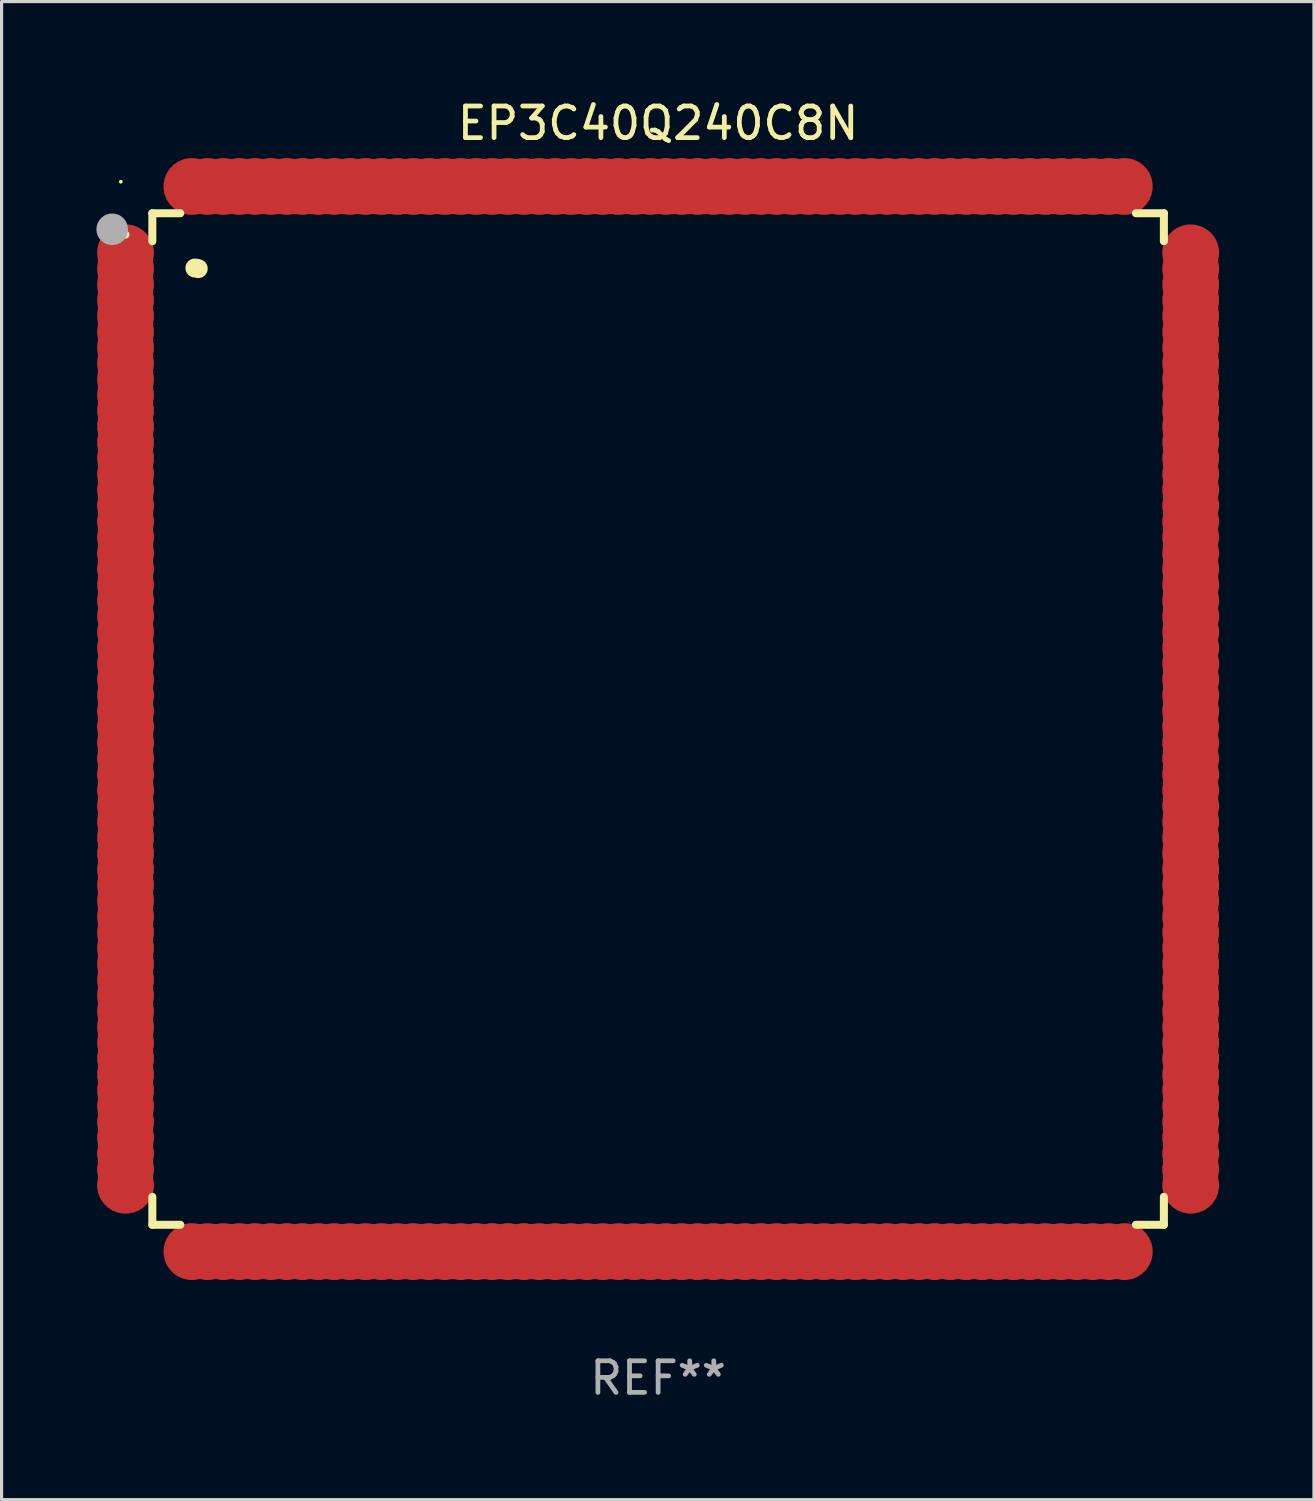
<source format=kicad_pcb>
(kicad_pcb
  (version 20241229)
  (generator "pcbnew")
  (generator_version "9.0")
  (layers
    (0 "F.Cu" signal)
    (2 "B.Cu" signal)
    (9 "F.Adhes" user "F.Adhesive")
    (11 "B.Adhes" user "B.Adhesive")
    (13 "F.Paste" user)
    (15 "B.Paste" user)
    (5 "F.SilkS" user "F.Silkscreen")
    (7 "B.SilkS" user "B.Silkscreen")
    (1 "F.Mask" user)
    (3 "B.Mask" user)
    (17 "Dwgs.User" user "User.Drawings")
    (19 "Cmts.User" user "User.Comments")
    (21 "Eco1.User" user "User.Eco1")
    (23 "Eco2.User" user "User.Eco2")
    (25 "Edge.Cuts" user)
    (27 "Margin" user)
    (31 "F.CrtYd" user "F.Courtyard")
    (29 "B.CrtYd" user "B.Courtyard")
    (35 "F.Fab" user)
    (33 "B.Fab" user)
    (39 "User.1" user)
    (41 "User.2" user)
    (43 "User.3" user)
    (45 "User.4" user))
  (footprint "EP3C40Q240C8N"
    (layer "F.Cu")
    (at 17.772 19.699)
    (property "Reference" "EP3C40Q240C8N" (at 0 -18.85 0) (layer "F.SilkS") (effects (font (size 1 1) (thickness 0.15))))
    (attr through_hole)
    (fp_line (start -16.002 -16.002) (end -15.118 -16.002) (stroke (width 0.254) (type solid)) (layer "F.SilkS"))
    (fp_line (start -16.002 -15.117) (end -16.002 -16.002) (stroke (width 0.254) (type solid)) (layer "F.SilkS"))
    (fp_line (start -16.002 16.002) (end -16.002 15.117) (stroke (width 0.254) (type solid)) (layer "F.SilkS"))
    (fp_line (start -15.118 16.002) (end -16.002 16.002) (stroke (width 0.254) (type solid)) (layer "F.SilkS"))
    (fp_line (start 15.117 -16.002) (end 16.002 -16.002) (stroke (width 0.254) (type solid)) (layer "F.SilkS"))
    (fp_line (start 16.002 -16.002) (end 16.002 -15.117) (stroke (width 0.254) (type solid)) (layer "F.SilkS"))
    (fp_line (start 16.002 15.118) (end 16.002 16.002) (stroke (width 0.254) (type solid)) (layer "F.SilkS"))
    (fp_line (start 16.002 16.002) (end 15.117 16.002) (stroke (width 0.254) (type solid)) (layer "F.SilkS"))
    (fp_arc (start -16.932207 -15.355321) (mid -16.888565 -15.347454) (end -16.850419 -15.324841) (stroke (width 0.249936) (type solid)) (layer "F.SilkS"))
    (fp_arc (start -14.655347 -14.268707) (mid -14.602053 -14.264012) (end -14.550445 -14.249911) (stroke (width 0.599949) (type solid)) (layer "F.SilkS"))
    (fp_circle (center -17 -17) (end -16.97 -17) (stroke (width 0.06) (type solid)) (fill no) (layer "F.SilkS"))
    (fp_circle (center -17.272 -15.494) (end -17.022 -15.494) (stroke (width 0.5) (type solid)) (fill no) (layer "F.Fab"))
    (fp_text user "REF**" (at 0 20.85 0) (layer "F.Fab") (effects (font (size 1 1) (thickness 0.15))))
    (pad "1" smd custom (at -16.85 -14.75 90) (size 1.8 0.3) (layers "F.Cu" "F.Mask" "F.Paste") (options (anchor circle)) (primitives (gr_poly (pts (xy 0.749 -0.15) (xy 0.795 -0.142) (xy 0.838 -0.122) (xy 0.871 -0.089) (xy 0.892 -0.046) (xy 0.899 0.000025) (xy 0.892 0.046) (xy 0.871 0.089) (xy 0.838 0.122) (xy 0.795 0.142) (xy 0.749 0.15) (xy -0.749 0.15) (xy -0.798 0.142) (xy -0.838 0.122) (xy -0.871 0.089) (xy -0.892 0.046) (xy -0.899 0.000025) (xy -0.892 -0.046) (xy -0.871 -0.089) (xy -0.838 -0.122) (xy -0.798 -0.142) (xy -0.749 -0.15)) (width 0) (fill yes))))
    (pad "2" smd custom (at -16.85 -14.249 90) (size 1.8 0.3) (layers "F.Cu" "F.Mask" "F.Paste") (options (anchor circle)) (primitives (gr_poly (pts (xy 0.749 -0.15) (xy 0.795 -0.142) (xy 0.838 -0.122) (xy 0.871 -0.089) (xy 0.892 -0.046) (xy 0.899 0.000025) (xy 0.892 0.046) (xy 0.871 0.089) (xy 0.838 0.122) (xy 0.795 0.142) (xy 0.749 0.15) (xy -0.749 0.15) (xy -0.798 0.142) (xy -0.838 0.122) (xy -0.871 0.089) (xy -0.892 0.046) (xy -0.899 0.000025) (xy -0.892 -0.046) (xy -0.871 -0.089) (xy -0.838 -0.122) (xy -0.798 -0.142) (xy -0.749 -0.15)) (width 0) (fill yes))))
    (pad "3" smd custom (at -16.85 -13.749 90) (size 1.8 0.3) (layers "F.Cu" "F.Mask" "F.Paste") (options (anchor circle)) (primitives (gr_poly (pts (xy 0.749 -0.15) (xy 0.795 -0.142) (xy 0.838 -0.122) (xy 0.871 -0.089) (xy 0.892 -0.046) (xy 0.899 0.000025) (xy 0.892 0.046) (xy 0.871 0.086) (xy 0.838 0.122) (xy 0.795 0.142) (xy 0.749 0.15) (xy -0.749 0.15) (xy -0.798 0.142) (xy -0.838 0.122) (xy -0.871 0.086) (xy -0.892 0.046) (xy -0.899 0.000025) (xy -0.892 -0.046) (xy -0.871 -0.089) (xy -0.838 -0.122) (xy -0.798 -0.142) (xy -0.749 -0.15)) (width 0) (fill yes))))
    (pad "4" smd custom (at -16.85 -13.249 90) (size 1.8 0.3) (layers "F.Cu" "F.Mask" "F.Paste") (options (anchor circle)) (primitives (gr_poly (pts (xy 0.749 -0.15) (xy 0.795 -0.145) (xy 0.838 -0.122) (xy 0.871 -0.089) (xy 0.892 -0.048) (xy 0.899 0.000025) (xy 0.892 0.046) (xy 0.871 0.086) (xy 0.838 0.119) (xy 0.795 0.142) (xy 0.749 0.15) (xy -0.749 0.15) (xy -0.798 0.142) (xy -0.838 0.119) (xy -0.871 0.086) (xy -0.892 0.046) (xy -0.899 0.000025) (xy -0.892 -0.048) (xy -0.871 -0.089) (xy -0.838 -0.122) (xy -0.798 -0.145) (xy -0.749 -0.15)) (width 0) (fill yes))))
    (pad "5" smd custom (at -16.85 -12.751 90) (size 1.8 0.3) (layers "F.Cu" "F.Mask" "F.Paste") (options (anchor circle)) (primitives (gr_poly (pts (xy 0.749 -0.15) (xy 0.795 -0.142) (xy 0.838 -0.119) (xy 0.871 -0.086) (xy 0.892 -0.046) (xy 0.899 0.000025) (xy 0.892 0.048) (xy 0.871 0.089) (xy 0.838 0.122) (xy 0.795 0.145) (xy 0.749 0.152) (xy -0.749 0.152) (xy -0.798 0.145) (xy -0.838 0.122) (xy -0.871 0.089) (xy -0.892 0.048) (xy -0.899 0.000025) (xy -0.892 -0.046) (xy -0.871 -0.086) (xy -0.838 -0.119) (xy -0.798 -0.142) (xy -0.749 -0.15)) (width 0) (fill yes))))
    (pad "6" smd custom (at -16.85 -12.25 90) (size 1.8 0.3) (layers "F.Cu" "F.Mask" "F.Paste") (options (anchor circle)) (primitives (gr_poly (pts (xy 0.749 -0.15) (xy 0.795 -0.142) (xy 0.838 -0.119) (xy 0.871 -0.086) (xy 0.892 -0.046) (xy 0.899 0.000025) (xy 0.892 0.048) (xy 0.871 0.089) (xy 0.838 0.122) (xy 0.795 0.142) (xy 0.749 0.15) (xy -0.749 0.15) (xy -0.798 0.142) (xy -0.838 0.122) (xy -0.871 0.089) (xy -0.892 0.048) (xy -0.899 0.000025) (xy -0.892 -0.046) (xy -0.871 -0.086) (xy -0.838 -0.119) (xy -0.798 -0.142) (xy -0.749 -0.15)) (width 0) (fill yes))))
    (pad "7" smd custom (at -16.85 -11.75 90) (size 1.8 0.3) (layers "F.Cu" "F.Mask" "F.Paste") (options (anchor circle)) (primitives (gr_poly (pts (xy 0.749 -0.15) (xy 0.795 -0.142) (xy 0.838 -0.122) (xy 0.871 -0.089) (xy 0.892 -0.046) (xy 0.899 0.000025) (xy 0.892 0.046) (xy 0.871 0.089) (xy 0.838 0.122) (xy 0.795 0.142) (xy 0.749 0.15) (xy -0.749 0.15) (xy -0.798 0.142) (xy -0.838 0.122) (xy -0.871 0.089) (xy -0.892 0.046) (xy -0.899 0.000025) (xy -0.892 -0.046) (xy -0.871 -0.089) (xy -0.838 -0.122) (xy -0.798 -0.142) (xy -0.749 -0.15)) (width 0) (fill yes))))
    (pad "8" smd custom (at -16.85 -11.25 90) (size 1.8 0.3) (layers "F.Cu" "F.Mask" "F.Paste") (options (anchor circle)) (primitives (gr_poly (pts (xy 0.749 -0.15) (xy 0.795 -0.142) (xy 0.838 -0.122) (xy 0.871 -0.089) (xy 0.892 -0.046) (xy 0.899 0.000025) (xy 0.892 0.046) (xy 0.871 0.089) (xy 0.838 0.122) (xy 0.795 0.142) (xy 0.749 0.15) (xy -0.749 0.15) (xy -0.798 0.142) (xy -0.838 0.122) (xy -0.871 0.089) (xy -0.892 0.046) (xy -0.899 0.000025) (xy -0.892 -0.046) (xy -0.871 -0.089) (xy -0.838 -0.122) (xy -0.798 -0.142) (xy -0.749 -0.15)) (width 0) (fill yes))))
    (pad "9" smd custom (at -16.85 -10.749 90) (size 1.8 0.3) (layers "F.Cu" "F.Mask" "F.Paste") (options (anchor circle)) (primitives (gr_poly (pts (xy 0.749 -0.15) (xy 0.795 -0.142) (xy 0.838 -0.122) (xy 0.871 -0.089) (xy 0.892 -0.046) (xy 0.899 0.000025) (xy 0.892 0.046) (xy 0.871 0.089) (xy 0.838 0.122) (xy 0.795 0.142) (xy 0.749 0.15) (xy -0.749 0.15) (xy -0.798 0.142) (xy -0.838 0.122) (xy -0.871 0.089) (xy -0.892 0.046) (xy -0.899 0.000025) (xy -0.892 -0.046) (xy -0.871 -0.089) (xy -0.838 -0.122) (xy -0.798 -0.142) (xy -0.749 -0.15)) (width 0) (fill yes))))
    (pad "10" smd custom (at -16.85 -10.249 90) (size 1.8 0.3) (layers "F.Cu" "F.Mask" "F.Paste") (options (anchor circle)) (primitives (gr_poly (pts (xy 0.749 -0.15) (xy 0.795 -0.142) (xy 0.838 -0.122) (xy 0.871 -0.089) (xy 0.892 -0.048) (xy 0.899 0.000025) (xy 0.892 0.046) (xy 0.871 0.086) (xy 0.838 0.119) (xy 0.795 0.142) (xy 0.749 0.15) (xy -0.749 0.15) (xy -0.798 0.142) (xy -0.838 0.119) (xy -0.871 0.086) (xy -0.892 0.046) (xy -0.899 0.000025) (xy -0.892 -0.048) (xy -0.871 -0.089) (xy -0.838 -0.122) (xy -0.798 -0.142) (xy -0.749 -0.15)) (width 0) (fill yes))))
    (pad "11" smd custom (at -16.85 -9.749 90) (size 1.8 0.3) (layers "F.Cu" "F.Mask" "F.Paste") (options (anchor circle)) (primitives (gr_poly (pts (xy 0.749 -0.152) (xy 0.795 -0.145) (xy 0.838 -0.122) (xy 0.871 -0.089) (xy 0.892 -0.048) (xy 0.899 0.000025) (xy 0.892 0.046) (xy 0.871 0.086) (xy 0.838 0.119) (xy 0.795 0.142) (xy 0.749 0.15) (xy -0.749 0.15) (xy -0.798 0.142) (xy -0.838 0.119) (xy -0.871 0.086) (xy -0.892 0.046) (xy -0.899 0.000025) (xy -0.892 -0.048) (xy -0.871 -0.089) (xy -0.838 -0.122) (xy -0.798 -0.145) (xy -0.749 -0.152)) (width 0) (fill yes))))
    (pad "12" smd custom (at -16.85 -9.251 90) (size 1.8 0.3) (layers "F.Cu" "F.Mask" "F.Paste") (options (anchor circle)) (primitives (gr_poly (pts (xy 0.749 -0.15) (xy 0.795 -0.142) (xy 0.838 -0.119) (xy 0.871 -0.086) (xy 0.892 -0.046) (xy 0.899 0.000025) (xy 0.892 0.048) (xy 0.871 0.089) (xy 0.838 0.122) (xy 0.795 0.145) (xy 0.749 0.15) (xy -0.749 0.15) (xy -0.798 0.145) (xy -0.838 0.122) (xy -0.871 0.089) (xy -0.892 0.048) (xy -0.899 0.000025) (xy -0.892 -0.046) (xy -0.871 -0.086) (xy -0.838 -0.119) (xy -0.798 -0.142) (xy -0.749 -0.15)) (width 0) (fill yes))))
    (pad "13" smd custom (at -16.85 -8.75 90) (size 1.8 0.3) (layers "F.Cu" "F.Mask" "F.Paste") (options (anchor circle)) (primitives (gr_poly (pts (xy 0.749 -0.15) (xy 0.795 -0.142) (xy 0.838 -0.122) (xy 0.871 -0.086) (xy 0.892 -0.046) (xy 0.899 0.000025) (xy 0.892 0.048) (xy 0.871 0.089) (xy 0.838 0.122) (xy 0.795 0.142) (xy 0.749 0.15) (xy -0.749 0.15) (xy -0.798 0.142) (xy -0.838 0.122) (xy -0.871 0.089) (xy -0.892 0.048) (xy -0.899 0.000025) (xy -0.892 -0.046) (xy -0.871 -0.086) (xy -0.838 -0.122) (xy -0.798 -0.142) (xy -0.749 -0.15)) (width 0) (fill yes))))
    (pad "14" smd custom (at -16.85 -8.25 90) (size 1.8 0.3) (layers "F.Cu" "F.Mask" "F.Paste") (options (anchor circle)) (primitives (gr_poly (pts (xy 0.749 -0.15) (xy 0.795 -0.142) (xy 0.838 -0.122) (xy 0.871 -0.089) (xy 0.892 -0.046) (xy 0.899 0.000025) (xy 0.892 0.046) (xy 0.871 0.089) (xy 0.838 0.122) (xy 0.795 0.142) (xy 0.749 0.15) (xy -0.749 0.15) (xy -0.798 0.142) (xy -0.838 0.122) (xy -0.871 0.089) (xy -0.892 0.046) (xy -0.899 0.000025) (xy -0.892 -0.046) (xy -0.871 -0.089) (xy -0.838 -0.122) (xy -0.798 -0.142) (xy -0.749 -0.15)) (width 0) (fill yes))))
    (pad "15" smd custom (at -16.85 -7.75 90) (size 1.8 0.3) (layers "F.Cu" "F.Mask" "F.Paste") (options (anchor circle)) (primitives (gr_poly (pts (xy 0.749 -0.15) (xy 0.795 -0.142) (xy 0.838 -0.122) (xy 0.871 -0.089) (xy 0.892 -0.046) (xy 0.899 0.000025) (xy 0.892 0.046) (xy 0.871 0.089) (xy 0.838 0.122) (xy 0.795 0.142) (xy 0.749 0.15) (xy -0.749 0.15) (xy -0.798 0.142) (xy -0.838 0.122) (xy -0.871 0.089) (xy -0.892 0.046) (xy -0.899 0.000025) (xy -0.892 -0.046) (xy -0.871 -0.089) (xy -0.838 -0.122) (xy -0.798 -0.142) (xy -0.749 -0.15)) (width 0) (fill yes))))
    (pad "16" smd custom (at -16.85 -7.249 90) (size 1.8 0.3) (layers "F.Cu" "F.Mask" "F.Paste") (options (anchor circle)) (primitives (gr_poly (pts (xy 0.749 -0.15) (xy 0.795 -0.142) (xy 0.838 -0.122) (xy 0.871 -0.089) (xy 0.892 -0.046) (xy 0.899 0.000025) (xy 0.892 0.046) (xy 0.871 0.089) (xy 0.838 0.122) (xy 0.795 0.142) (xy 0.749 0.15) (xy -0.749 0.15) (xy -0.798 0.142) (xy -0.838 0.122) (xy -0.871 0.089) (xy -0.892 0.046) (xy -0.899 0.000025) (xy -0.892 -0.046) (xy -0.871 -0.089) (xy -0.838 -0.122) (xy -0.798 -0.142) (xy -0.749 -0.15)) (width 0) (fill yes))))
    (pad "17" smd custom (at -16.85 -6.749 90) (size 1.8 0.3) (layers "F.Cu" "F.Mask" "F.Paste") (options (anchor circle)) (primitives (gr_poly (pts (xy 0.749 -0.15) (xy 0.795 -0.145) (xy 0.838 -0.122) (xy 0.871 -0.089) (xy 0.892 -0.048) (xy 0.899 0.000025) (xy 0.892 0.046) (xy 0.871 0.086) (xy 0.838 0.119) (xy 0.795 0.142) (xy 0.749 0.15) (xy -0.749 0.15) (xy -0.798 0.142) (xy -0.838 0.119) (xy -0.871 0.086) (xy -0.892 0.046) (xy -0.899 0.000025) (xy -0.892 -0.048) (xy -0.871 -0.089) (xy -0.838 -0.122) (xy -0.798 -0.145) (xy -0.749 -0.15)) (width 0) (fill yes))))
    (pad "18" smd custom (at -16.85 -6.248 90) (size 1.8 0.3) (layers "F.Cu" "F.Mask" "F.Paste") (options (anchor circle)) (primitives (gr_poly (pts (xy 0.749 -0.152) (xy 0.795 -0.145) (xy 0.838 -0.122) (xy 0.871 -0.089) (xy 0.892 -0.048) (xy 0.899 0.000025) (xy 0.892 0.046) (xy 0.871 0.086) (xy 0.838 0.119) (xy 0.795 0.142) (xy 0.749 0.15) (xy -0.749 0.15) (xy -0.798 0.142) (xy -0.838 0.119) (xy -0.871 0.086) (xy -0.892 0.046) (xy -0.899 0.000025) (xy -0.892 -0.048) (xy -0.871 -0.089) (xy -0.838 -0.122) (xy -0.798 -0.145) (xy -0.749 -0.152)) (width 0) (fill yes))))
    (pad "19" smd custom (at -16.85 -5.751 90) (size 1.8 0.3) (layers "F.Cu" "F.Mask" "F.Paste") (options (anchor circle)) (primitives (gr_poly (pts (xy 0.749 -0.15) (xy 0.795 -0.142) (xy 0.838 -0.119) (xy 0.871 -0.086) (xy 0.892 -0.046) (xy 0.899 0.000025) (xy 0.892 0.048) (xy 0.871 0.089) (xy 0.838 0.122) (xy 0.795 0.145) (xy 0.749 0.15) (xy -0.749 0.15) (xy -0.798 0.145) (xy -0.838 0.122) (xy -0.871 0.089) (xy -0.892 0.048) (xy -0.899 0.000025) (xy -0.892 -0.046) (xy -0.871 -0.086) (xy -0.838 -0.119) (xy -0.798 -0.142) (xy -0.749 -0.15)) (width 0) (fill yes))))
    (pad "20" smd custom (at -16.85 -5.25 90) (size 1.8 0.3) (layers "F.Cu" "F.Mask" "F.Paste") (options (anchor circle)) (primitives (gr_poly (pts (xy 0.749 -0.15) (xy 0.795 -0.142) (xy 0.838 -0.122) (xy 0.871 -0.089) (xy 0.892 -0.046) (xy 0.899 0.000025) (xy 0.892 0.046) (xy 0.871 0.089) (xy 0.838 0.122) (xy 0.795 0.142) (xy 0.749 0.15) (xy -0.749 0.15) (xy -0.798 0.142) (xy -0.838 0.122) (xy -0.871 0.089) (xy -0.892 0.046) (xy -0.899 0.000025) (xy -0.892 -0.046) (xy -0.871 -0.089) (xy -0.838 -0.122) (xy -0.798 -0.142) (xy -0.749 -0.15)) (width 0) (fill yes))))
    (pad "21" smd custom (at -16.85 -4.75 90) (size 1.8 0.3) (layers "F.Cu" "F.Mask" "F.Paste") (options (anchor circle)) (primitives (gr_poly (pts (xy 0.749 -0.15) (xy 0.795 -0.142) (xy 0.838 -0.122) (xy 0.871 -0.089) (xy 0.892 -0.046) (xy 0.899 0.000025) (xy 0.892 0.046) (xy 0.871 0.089) (xy 0.838 0.122) (xy 0.795 0.142) (xy 0.749 0.15) (xy -0.749 0.15) (xy -0.798 0.142) (xy -0.838 0.122) (xy -0.871 0.089) (xy -0.892 0.046) (xy -0.899 0.000025) (xy -0.892 -0.046) (xy -0.871 -0.089) (xy -0.838 -0.122) (xy -0.798 -0.142) (xy -0.749 -0.15)) (width 0) (fill yes))))
    (pad "22" smd custom (at -16.85 -4.249 90) (size 1.8 0.3) (layers "F.Cu" "F.Mask" "F.Paste") (options (anchor circle)) (primitives (gr_poly (pts (xy 0.749 -0.15) (xy 0.795 -0.142) (xy 0.838 -0.122) (xy 0.871 -0.089) (xy 0.892 -0.046) (xy 0.899 0.000025) (xy 0.892 0.046) (xy 0.871 0.089) (xy 0.838 0.122) (xy 0.795 0.142) (xy 0.749 0.15) (xy -0.749 0.15) (xy -0.798 0.142) (xy -0.838 0.122) (xy -0.871 0.089) (xy -0.892 0.046) (xy -0.899 0.000025) (xy -0.892 -0.046) (xy -0.871 -0.089) (xy -0.838 -0.122) (xy -0.798 -0.142) (xy -0.749 -0.15)) (width 0) (fill yes))))
    (pad "23" smd custom (at -16.85 -3.749 90) (size 1.8 0.3) (layers "F.Cu" "F.Mask" "F.Paste") (options (anchor circle)) (primitives (gr_poly (pts (xy 0.749 -0.15) (xy 0.795 -0.142) (xy 0.838 -0.122) (xy 0.871 -0.089) (xy 0.892 -0.046) (xy 0.899 0.000025) (xy 0.892 0.046) (xy 0.871 0.086) (xy 0.838 0.122) (xy 0.795 0.142) (xy 0.749 0.15) (xy -0.749 0.15) (xy -0.798 0.142) (xy -0.838 0.122) (xy -0.871 0.086) (xy -0.892 0.046) (xy -0.899 0.000025) (xy -0.892 -0.046) (xy -0.871 -0.089) (xy -0.838 -0.122) (xy -0.798 -0.142) (xy -0.749 -0.15)) (width 0) (fill yes))))
    (pad "24" smd custom (at -16.85 -3.249 90) (size 1.8 0.3) (layers "F.Cu" "F.Mask" "F.Paste") (options (anchor circle)) (primitives (gr_poly (pts (xy 0.749 -0.15) (xy 0.795 -0.145) (xy 0.838 -0.122) (xy 0.871 -0.089) (xy 0.892 -0.048) (xy 0.899 0.000025) (xy 0.892 0.046) (xy 0.871 0.086) (xy 0.838 0.119) (xy 0.795 0.142) (xy 0.749 0.15) (xy -0.749 0.15) (xy -0.798 0.142) (xy -0.838 0.119) (xy -0.871 0.086) (xy -0.892 0.046) (xy -0.899 0.000025) (xy -0.892 -0.048) (xy -0.871 -0.089) (xy -0.838 -0.122) (xy -0.798 -0.145) (xy -0.749 -0.15)) (width 0) (fill yes))))
    (pad "25" smd custom (at -16.85 -2.751 90) (size 1.8 0.3) (layers "F.Cu" "F.Mask" "F.Paste") (options (anchor circle)) (primitives (gr_poly (pts (xy 0.749 -0.15) (xy 0.795 -0.142) (xy 0.838 -0.119) (xy 0.871 -0.086) (xy 0.892 -0.046) (xy 0.899 0.000025) (xy 0.892 0.048) (xy 0.871 0.089) (xy 0.838 0.122) (xy 0.795 0.145) (xy 0.749 0.152) (xy -0.749 0.152) (xy -0.798 0.145) (xy -0.838 0.122) (xy -0.871 0.089) (xy -0.892 0.048) (xy -0.899 0.000025) (xy -0.892 -0.046) (xy -0.871 -0.086) (xy -0.838 -0.119) (xy -0.798 -0.142) (xy -0.749 -0.15)) (width 0) (fill yes))))
    (pad "26" smd custom (at -16.85 -2.25 90) (size 1.8 0.3) (layers "F.Cu" "F.Mask" "F.Paste") (options (anchor circle)) (primitives (gr_poly (pts (xy 0.749 -0.15) (xy 0.795 -0.142) (xy 0.838 -0.119) (xy 0.871 -0.086) (xy 0.892 -0.046) (xy 0.899 0.000025) (xy 0.892 0.048) (xy 0.871 0.089) (xy 0.838 0.122) (xy 0.795 0.142) (xy 0.749 0.15) (xy -0.749 0.15) (xy -0.798 0.142) (xy -0.838 0.122) (xy -0.871 0.089) (xy -0.892 0.048) (xy -0.899 0.000025) (xy -0.892 -0.046) (xy -0.871 -0.086) (xy -0.838 -0.119) (xy -0.798 -0.142) (xy -0.749 -0.15)) (width 0) (fill yes))))
    (pad "27" smd custom (at -16.85 -1.75 90) (size 1.8 0.3) (layers "F.Cu" "F.Mask" "F.Paste") (options (anchor circle)) (primitives (gr_poly (pts (xy 0.749 -0.15) (xy 0.795 -0.142) (xy 0.838 -0.122) (xy 0.871 -0.089) (xy 0.892 -0.046) (xy 0.899 0.000025) (xy 0.892 0.046) (xy 0.871 0.089) (xy 0.838 0.122) (xy 0.795 0.142) (xy 0.749 0.15) (xy -0.749 0.15) (xy -0.798 0.142) (xy -0.838 0.122) (xy -0.871 0.089) (xy -0.892 0.046) (xy -0.899 0.000025) (xy -0.892 -0.046) (xy -0.871 -0.089) (xy -0.838 -0.122) (xy -0.798 -0.142) (xy -0.749 -0.15)) (width 0) (fill yes))))
    (pad "28" smd custom (at -16.85 -1.25 90) (size 1.8 0.3) (layers "F.Cu" "F.Mask" "F.Paste") (options (anchor circle)) (primitives (gr_poly (pts (xy 0.749 -0.15) (xy 0.795 -0.142) (xy 0.838 -0.122) (xy 0.871 -0.089) (xy 0.892 -0.046) (xy 0.899 0.000025) (xy 0.892 0.046) (xy 0.871 0.089) (xy 0.838 0.122) (xy 0.795 0.142) (xy 0.749 0.15) (xy -0.749 0.15) (xy -0.798 0.142) (xy -0.838 0.122) (xy -0.871 0.089) (xy -0.892 0.046) (xy -0.899 0.000025) (xy -0.892 -0.046) (xy -0.871 -0.089) (xy -0.838 -0.122) (xy -0.798 -0.142) (xy -0.749 -0.15)) (width 0) (fill yes))))
    (pad "29" smd custom (at -16.85 -0.749 90) (size 1.8 0.3) (layers "F.Cu" "F.Mask" "F.Paste") (options (anchor circle)) (primitives (gr_poly (pts (xy 0.749 -0.15) (xy 0.795 -0.142) (xy 0.838 -0.122) (xy 0.871 -0.089) (xy 0.892 -0.046) (xy 0.899 0.000025) (xy 0.892 0.046) (xy 0.871 0.089) (xy 0.838 0.122) (xy 0.795 0.142) (xy 0.749 0.15) (xy -0.749 0.15) (xy -0.798 0.142) (xy -0.838 0.122) (xy -0.871 0.089) (xy -0.892 0.046) (xy -0.899 0.000025) (xy -0.892 -0.046) (xy -0.871 -0.089) (xy -0.838 -0.122) (xy -0.798 -0.142) (xy -0.749 -0.15)) (width 0) (fill yes))))
    (pad "30" smd custom (at -16.85 -0.249 90) (size 1.8 0.3) (layers "F.Cu" "F.Mask" "F.Paste") (options (anchor circle)) (primitives (gr_poly (pts (xy 0.749 -0.15) (xy 0.795 -0.142) (xy 0.838 -0.122) (xy 0.871 -0.089) (xy 0.892 -0.048) (xy 0.899 0.000025) (xy 0.892 0.046) (xy 0.871 0.086) (xy 0.838 0.119) (xy 0.795 0.142) (xy 0.749 0.15) (xy -0.749 0.15) (xy -0.798 0.142) (xy -0.838 0.119) (xy -0.871 0.086) (xy -0.892 0.046) (xy -0.899 0.000025) (xy -0.892 -0.048) (xy -0.871 -0.089) (xy -0.838 -0.122) (xy -0.798 -0.142) (xy -0.749 -0.15)) (width 0) (fill yes))))
    (pad "31" smd custom (at -16.85 0.251 90) (size 1.8 0.3) (layers "F.Cu" "F.Mask" "F.Paste") (options (anchor circle)) (primitives (gr_poly (pts (xy 0.749 -0.15) (xy 0.795 -0.145) (xy 0.838 -0.122) (xy 0.871 -0.089) (xy 0.892 -0.048) (xy 0.899 0.000025) (xy 0.892 0.046) (xy 0.871 0.086) (xy 0.838 0.119) (xy 0.795 0.142) (xy 0.749 0.15) (xy -0.749 0.15) (xy -0.798 0.142) (xy -0.838 0.119) (xy -0.871 0.086) (xy -0.892 0.046) (xy -0.899 0.000025) (xy -0.892 -0.048) (xy -0.871 -0.089) (xy -0.838 -0.122) (xy -0.798 -0.145) (xy -0.749 -0.15)) (width 0) (fill yes))))
    (pad "32" smd custom (at -16.85 0.749 90) (size 1.8 0.3) (layers "F.Cu" "F.Mask" "F.Paste") (options (anchor circle)) (primitives (gr_poly (pts (xy 0.749 -0.15) (xy 0.795 -0.142) (xy 0.838 -0.119) (xy 0.871 -0.086) (xy 0.892 -0.046) (xy 0.899 0.000025) (xy 0.892 0.048) (xy 0.871 0.089) (xy 0.838 0.122) (xy 0.795 0.145) (xy 0.749 0.15) (xy -0.749 0.15) (xy -0.798 0.145) (xy -0.838 0.122) (xy -0.871 0.089) (xy -0.892 0.048) (xy -0.899 0.000025) (xy -0.892 -0.046) (xy -0.871 -0.086) (xy -0.838 -0.119) (xy -0.798 -0.142) (xy -0.749 -0.15)) (width 0) (fill yes))))
    (pad "33" smd custom (at -16.85 1.25 90) (size 1.8 0.3) (layers "F.Cu" "F.Mask" "F.Paste") (options (anchor circle)) (primitives (gr_poly (pts (xy 0.749 -0.15) (xy 0.795 -0.142) (xy 0.838 -0.122) (xy 0.871 -0.086) (xy 0.892 -0.046) (xy 0.899 0.000025) (xy 0.892 0.048) (xy 0.871 0.089) (xy 0.838 0.122) (xy 0.795 0.142) (xy 0.749 0.15) (xy -0.749 0.15) (xy -0.798 0.142) (xy -0.838 0.122) (xy -0.871 0.089) (xy -0.892 0.048) (xy -0.899 0.000025) (xy -0.892 -0.046) (xy -0.871 -0.086) (xy -0.838 -0.122) (xy -0.798 -0.142) (xy -0.749 -0.15)) (width 0) (fill yes))))
    (pad "34" smd custom (at -16.85 1.75 90) (size 1.8 0.3) (layers "F.Cu" "F.Mask" "F.Paste") (options (anchor circle)) (primitives (gr_poly (pts (xy 0.749 -0.15) (xy 0.795 -0.142) (xy 0.838 -0.122) (xy 0.871 -0.089) (xy 0.892 -0.046) (xy 0.899 0.000025) (xy 0.892 0.046) (xy 0.871 0.089) (xy 0.838 0.122) (xy 0.795 0.142) (xy 0.749 0.15) (xy -0.749 0.15) (xy -0.798 0.142) (xy -0.838 0.122) (xy -0.871 0.089) (xy -0.892 0.046) (xy -0.899 0.000025) (xy -0.892 -0.046) (xy -0.871 -0.089) (xy -0.838 -0.122) (xy -0.798 -0.142) (xy -0.749 -0.15)) (width 0) (fill yes))))
    (pad "35" smd custom (at -16.85 2.25 90) (size 1.8 0.3) (layers "F.Cu" "F.Mask" "F.Paste") (options (anchor circle)) (primitives (gr_poly (pts (xy 0.749 -0.15) (xy 0.795 -0.142) (xy 0.838 -0.122) (xy 0.871 -0.089) (xy 0.892 -0.046) (xy 0.899 0.000025) (xy 0.892 0.046) (xy 0.871 0.089) (xy 0.838 0.122) (xy 0.795 0.142) (xy 0.749 0.15) (xy -0.749 0.15) (xy -0.798 0.142) (xy -0.838 0.122) (xy -0.871 0.089) (xy -0.892 0.046) (xy -0.899 0.000025) (xy -0.892 -0.046) (xy -0.871 -0.089) (xy -0.838 -0.122) (xy -0.798 -0.142) (xy -0.749 -0.15)) (width 0) (fill yes))))
    (pad "36" smd custom (at -16.85 2.751 90) (size 1.8 0.3) (layers "F.Cu" "F.Mask" "F.Paste") (options (anchor circle)) (primitives (gr_poly (pts (xy 0.749 -0.15) (xy 0.795 -0.142) (xy 0.838 -0.122) (xy 0.871 -0.089) (xy 0.892 -0.046) (xy 0.899 0.000025) (xy 0.892 0.046) (xy 0.871 0.089) (xy 0.838 0.122) (xy 0.795 0.142) (xy 0.749 0.15) (xy -0.749 0.15) (xy -0.798 0.142) (xy -0.838 0.122) (xy -0.871 0.089) (xy -0.892 0.046) (xy -0.899 0.000025) (xy -0.892 -0.046) (xy -0.871 -0.089) (xy -0.838 -0.122) (xy -0.798 -0.142) (xy -0.749 -0.15)) (width 0) (fill yes))))
    (pad "37" smd custom (at -16.85 3.251 90) (size 1.8 0.3) (layers "F.Cu" "F.Mask" "F.Paste") (options (anchor circle)) (primitives (gr_poly (pts (xy 0.749 -0.15) (xy 0.795 -0.145) (xy 0.838 -0.122) (xy 0.871 -0.089) (xy 0.892 -0.048) (xy 0.899 0.000025) (xy 0.892 0.046) (xy 0.871 0.086) (xy 0.838 0.119) (xy 0.795 0.142) (xy 0.749 0.15) (xy -0.749 0.15) (xy -0.798 0.142) (xy -0.838 0.119) (xy -0.871 0.086) (xy -0.892 0.046) (xy -0.899 0.000025) (xy -0.892 -0.048) (xy -0.871 -0.089) (xy -0.838 -0.122) (xy -0.798 -0.145) (xy -0.749 -0.15)) (width 0) (fill yes))))
    (pad "38" smd custom (at -16.85 3.752 90) (size 1.8 0.3) (layers "F.Cu" "F.Mask" "F.Paste") (options (anchor circle)) (primitives (gr_poly (pts (xy 0.749 -0.152) (xy 0.795 -0.145) (xy 0.838 -0.122) (xy 0.871 -0.089) (xy 0.892 -0.048) (xy 0.899 0.000025) (xy 0.892 0.046) (xy 0.871 0.086) (xy 0.838 0.119) (xy 0.795 0.142) (xy 0.749 0.15) (xy -0.749 0.15) (xy -0.798 0.142) (xy -0.838 0.119) (xy -0.871 0.086) (xy -0.892 0.046) (xy -0.899 0.000025) (xy -0.892 -0.048) (xy -0.871 -0.089) (xy -0.838 -0.122) (xy -0.798 -0.145) (xy -0.749 -0.152)) (width 0) (fill yes))))
    (pad "39" smd custom (at -16.85 4.249 90) (size 1.8 0.3) (layers "F.Cu" "F.Mask" "F.Paste") (options (anchor circle)) (primitives (gr_poly (pts (xy 0.749 -0.15) (xy 0.795 -0.142) (xy 0.838 -0.119) (xy 0.871 -0.086) (xy 0.892 -0.046) (xy 0.899 0.000025) (xy 0.892 0.048) (xy 0.871 0.089) (xy 0.838 0.122) (xy 0.795 0.145) (xy 0.749 0.15) (xy -0.749 0.15) (xy -0.798 0.145) (xy -0.838 0.122) (xy -0.871 0.089) (xy -0.892 0.048) (xy -0.899 0.000025) (xy -0.892 -0.046) (xy -0.871 -0.086) (xy -0.838 -0.119) (xy -0.798 -0.142) (xy -0.749 -0.15)) (width 0) (fill yes))))
    (pad "40" smd custom (at -16.85 4.75 90) (size 1.8 0.3) (layers "F.Cu" "F.Mask" "F.Paste") (options (anchor circle)) (primitives (gr_poly (pts (xy 0.749 -0.15) (xy 0.795 -0.142) (xy 0.838 -0.122) (xy 0.871 -0.086) (xy 0.892 -0.046) (xy 0.899 0.000025) (xy 0.892 0.046) (xy 0.871 0.089) (xy 0.838 0.122) (xy 0.795 0.142) (xy 0.749 0.15) (xy -0.749 0.15) (xy -0.798 0.142) (xy -0.838 0.122) (xy -0.871 0.089) (xy -0.892 0.046) (xy -0.899 0.000025) (xy -0.892 -0.046) (xy -0.871 -0.086) (xy -0.838 -0.122) (xy -0.798 -0.142) (xy -0.749 -0.15)) (width 0) (fill yes))))
    (pad "41" smd custom (at -16.85 5.25 90) (size 1.8 0.3) (layers "F.Cu" "F.Mask" "F.Paste") (options (anchor circle)) (primitives (gr_poly (pts (xy 0.749 -0.15) (xy 0.795 -0.142) (xy 0.838 -0.122) (xy 0.871 -0.089) (xy 0.892 -0.046) (xy 0.899 0.000025) (xy 0.892 0.046) (xy 0.871 0.089) (xy 0.838 0.122) (xy 0.795 0.142) (xy 0.749 0.15) (xy -0.749 0.15) (xy -0.798 0.142) (xy -0.838 0.122) (xy -0.871 0.089) (xy -0.892 0.046) (xy -0.899 0.000025) (xy -0.892 -0.046) (xy -0.871 -0.089) (xy -0.838 -0.122) (xy -0.798 -0.142) (xy -0.749 -0.15)) (width 0) (fill yes))))
    (pad "42" smd custom (at -16.85 5.751 90) (size 1.8 0.3) (layers "F.Cu" "F.Mask" "F.Paste") (options (anchor circle)) (primitives (gr_poly (pts (xy 0.749 -0.15) (xy 0.795 -0.142) (xy 0.838 -0.122) (xy 0.871 -0.089) (xy 0.892 -0.046) (xy 0.899 0.000025) (xy 0.892 0.046) (xy 0.871 0.089) (xy 0.838 0.122) (xy 0.795 0.142) (xy 0.749 0.15) (xy -0.749 0.15) (xy -0.798 0.142) (xy -0.838 0.122) (xy -0.871 0.089) (xy -0.892 0.046) (xy -0.899 0.000025) (xy -0.892 -0.046) (xy -0.871 -0.089) (xy -0.838 -0.122) (xy -0.798 -0.142) (xy -0.749 -0.15)) (width 0) (fill yes))))
    (pad "43" smd custom (at -16.85 6.251 90) (size 1.8 0.3) (layers "F.Cu" "F.Mask" "F.Paste") (options (anchor circle)) (primitives (gr_poly (pts (xy 0.749 -0.15) (xy 0.795 -0.142) (xy 0.838 -0.122) (xy 0.871 -0.089) (xy 0.892 -0.046) (xy 0.899 0.000025) (xy 0.892 0.046) (xy 0.871 0.086) (xy 0.838 0.122) (xy 0.795 0.142) (xy 0.749 0.15) (xy -0.749 0.15) (xy -0.798 0.142) (xy -0.838 0.122) (xy -0.871 0.086) (xy -0.892 0.046) (xy -0.899 0.000025) (xy -0.892 -0.046) (xy -0.871 -0.089) (xy -0.838 -0.122) (xy -0.798 -0.142) (xy -0.749 -0.15)) (width 0) (fill yes))))
    (pad "44" smd custom (at -16.85 6.751 90) (size 1.8 0.3) (layers "F.Cu" "F.Mask" "F.Paste") (options (anchor circle)) (primitives (gr_poly (pts (xy 0.749 -0.15) (xy 0.795 -0.145) (xy 0.838 -0.122) (xy 0.871 -0.089) (xy 0.892 -0.048) (xy 0.899 0.000025) (xy 0.892 0.046) (xy 0.871 0.086) (xy 0.838 0.119) (xy 0.795 0.142) (xy 0.749 0.15) (xy -0.749 0.15) (xy -0.798 0.142) (xy -0.838 0.119) (xy -0.871 0.086) (xy -0.892 0.046) (xy -0.899 0.000025) (xy -0.892 -0.048) (xy -0.871 -0.089) (xy -0.838 -0.122) (xy -0.798 -0.145) (xy -0.749 -0.15)) (width 0) (fill yes))))
    (pad "45" smd custom (at -16.85 7.249 90) (size 1.8 0.3) (layers "F.Cu" "F.Mask" "F.Paste") (options (anchor circle)) (primitives (gr_poly (pts (xy 0.749 -0.15) (xy 0.795 -0.142) (xy 0.838 -0.119) (xy 0.871 -0.086) (xy 0.892 -0.046) (xy 0.899 0.000025) (xy 0.892 0.048) (xy 0.871 0.089) (xy 0.838 0.122) (xy 0.795 0.145) (xy 0.749 0.152) (xy -0.749 0.152) (xy -0.798 0.145) (xy -0.838 0.122) (xy -0.871 0.089) (xy -0.892 0.048) (xy -0.899 0.000025) (xy -0.892 -0.046) (xy -0.871 -0.086) (xy -0.838 -0.119) (xy -0.798 -0.142) (xy -0.749 -0.15)) (width 0) (fill yes))))
    (pad "46" smd custom (at -16.85 7.75 90) (size 1.8 0.3) (layers "F.Cu" "F.Mask" "F.Paste") (options (anchor circle)) (primitives (gr_poly (pts (xy 0.749 -0.15) (xy 0.795 -0.142) (xy 0.838 -0.119) (xy 0.871 -0.086) (xy 0.892 -0.046) (xy 0.899 0.000025) (xy 0.892 0.048) (xy 0.871 0.089) (xy 0.838 0.122) (xy 0.795 0.142) (xy 0.749 0.15) (xy -0.749 0.15) (xy -0.798 0.142) (xy -0.838 0.122) (xy -0.871 0.089) (xy -0.892 0.048) (xy -0.899 0.000025) (xy -0.892 -0.046) (xy -0.871 -0.086) (xy -0.838 -0.119) (xy -0.798 -0.142) (xy -0.749 -0.15)) (width 0) (fill yes))))
    (pad "47" smd custom (at -16.85 8.25 90) (size 1.8 0.3) (layers "F.Cu" "F.Mask" "F.Paste") (options (anchor circle)) (primitives (gr_poly (pts (xy 0.749 -0.15) (xy 0.795 -0.142) (xy 0.838 -0.122) (xy 0.871 -0.089) (xy 0.892 -0.046) (xy 0.899 0.000025) (xy 0.892 0.046) (xy 0.871 0.089) (xy 0.838 0.122) (xy 0.795 0.142) (xy 0.749 0.15) (xy -0.749 0.15) (xy -0.798 0.142) (xy -0.838 0.122) (xy -0.871 0.089) (xy -0.892 0.046) (xy -0.899 0.000025) (xy -0.892 -0.046) (xy -0.871 -0.089) (xy -0.838 -0.122) (xy -0.798 -0.142) (xy -0.749 -0.15)) (width 0) (fill yes))))
    (pad "48" smd custom (at -16.85 8.75 90) (size 1.8 0.3) (layers "F.Cu" "F.Mask" "F.Paste") (options (anchor circle)) (primitives (gr_poly (pts (xy 0.749 -0.15) (xy 0.795 -0.142) (xy 0.838 -0.122) (xy 0.871 -0.089) (xy 0.892 -0.046) (xy 0.899 0.000025) (xy 0.892 0.046) (xy 0.871 0.089) (xy 0.838 0.122) (xy 0.795 0.142) (xy 0.749 0.15) (xy -0.749 0.15) (xy -0.798 0.142) (xy -0.838 0.122) (xy -0.871 0.089) (xy -0.892 0.046) (xy -0.899 0.000025) (xy -0.892 -0.046) (xy -0.871 -0.089) (xy -0.838 -0.122) (xy -0.798 -0.142) (xy -0.749 -0.15)) (width 0) (fill yes))))
    (pad "49" smd custom (at -16.85 9.251 90) (size 1.8 0.3) (layers "F.Cu" "F.Mask" "F.Paste") (options (anchor circle)) (primitives (gr_poly (pts (xy 0.749 -0.15) (xy 0.795 -0.142) (xy 0.838 -0.122) (xy 0.871 -0.089) (xy 0.892 -0.046) (xy 0.899 0.000025) (xy 0.892 0.046) (xy 0.871 0.089) (xy 0.838 0.122) (xy 0.795 0.142) (xy 0.749 0.15) (xy -0.749 0.15) (xy -0.798 0.142) (xy -0.838 0.122) (xy -0.871 0.089) (xy -0.892 0.046) (xy -0.899 0.000025) (xy -0.892 -0.046) (xy -0.871 -0.089) (xy -0.838 -0.122) (xy -0.798 -0.142) (xy -0.749 -0.15)) (width 0) (fill yes))))
    (pad "50" smd custom (at -16.85 9.751 90) (size 1.8 0.3) (layers "F.Cu" "F.Mask" "F.Paste") (options (anchor circle)) (primitives (gr_poly (pts (xy 0.749 -0.15) (xy 0.795 -0.142) (xy 0.838 -0.122) (xy 0.871 -0.089) (xy 0.892 -0.048) (xy 0.899 0.000025) (xy 0.892 0.046) (xy 0.871 0.086) (xy 0.838 0.119) (xy 0.795 0.142) (xy 0.749 0.15) (xy -0.749 0.15) (xy -0.798 0.142) (xy -0.838 0.119) (xy -0.871 0.086) (xy -0.892 0.046) (xy -0.899 0.000025) (xy -0.892 -0.048) (xy -0.871 -0.089) (xy -0.838 -0.122) (xy -0.798 -0.142) (xy -0.749 -0.15)) (width 0) (fill yes))))
    (pad "51" smd custom (at -16.85 10.251 90) (size 1.8 0.3) (layers "F.Cu" "F.Mask" "F.Paste") (options (anchor circle)) (primitives (gr_poly (pts (xy 0.749 -0.15) (xy 0.795 -0.145) (xy 0.838 -0.122) (xy 0.871 -0.089) (xy 0.892 -0.048) (xy 0.899 0.000025) (xy 0.892 0.046) (xy 0.871 0.086) (xy 0.838 0.119) (xy 0.795 0.142) (xy 0.749 0.15) (xy -0.749 0.15) (xy -0.798 0.142) (xy -0.838 0.119) (xy -0.871 0.086) (xy -0.892 0.046) (xy -0.899 0.000025) (xy -0.892 -0.048) (xy -0.871 -0.089) (xy -0.838 -0.122) (xy -0.798 -0.145) (xy -0.749 -0.15)) (width 0) (fill yes))))
    (pad "52" smd custom (at -16.85 10.749 90) (size 1.8 0.3) (layers "F.Cu" "F.Mask" "F.Paste") (options (anchor circle)) (primitives (gr_poly (pts (xy 0.749 -0.15) (xy 0.795 -0.142) (xy 0.838 -0.119) (xy 0.871 -0.086) (xy 0.892 -0.046) (xy 0.899 0.000025) (xy 0.892 0.048) (xy 0.871 0.089) (xy 0.838 0.122) (xy 0.795 0.145) (xy 0.749 0.15) (xy -0.749 0.15) (xy -0.798 0.145) (xy -0.838 0.122) (xy -0.871 0.089) (xy -0.892 0.048) (xy -0.899 0.000025) (xy -0.892 -0.046) (xy -0.871 -0.086) (xy -0.838 -0.119) (xy -0.798 -0.142) (xy -0.749 -0.15)) (width 0) (fill yes))))
    (pad "53" smd custom (at -16.85 11.25 90) (size 1.8 0.3) (layers "F.Cu" "F.Mask" "F.Paste") (options (anchor circle)) (primitives (gr_poly (pts (xy 0.749 -0.15) (xy 0.795 -0.142) (xy 0.838 -0.122) (xy 0.871 -0.086) (xy 0.892 -0.046) (xy 0.899 0.000025) (xy 0.892 0.048) (xy 0.871 0.089) (xy 0.838 0.122) (xy 0.795 0.142) (xy 0.749 0.15) (xy -0.749 0.15) (xy -0.798 0.142) (xy -0.838 0.122) (xy -0.871 0.089) (xy -0.892 0.048) (xy -0.899 0.000025) (xy -0.892 -0.046) (xy -0.871 -0.086) (xy -0.838 -0.122) (xy -0.798 -0.142) (xy -0.749 -0.15)) (width 0) (fill yes))))
    (pad "54" smd custom (at -16.85 11.75 90) (size 1.8 0.3) (layers "F.Cu" "F.Mask" "F.Paste") (options (anchor circle)) (primitives (gr_poly (pts (xy 0.749 -0.15) (xy 0.795 -0.142) (xy 0.838 -0.122) (xy 0.871 -0.089) (xy 0.892 -0.046) (xy 0.899 0.000025) (xy 0.892 0.046) (xy 0.871 0.089) (xy 0.838 0.122) (xy 0.795 0.142) (xy 0.749 0.15) (xy -0.749 0.15) (xy -0.798 0.142) (xy -0.838 0.122) (xy -0.871 0.089) (xy -0.892 0.046) (xy -0.899 0.000025) (xy -0.892 -0.046) (xy -0.871 -0.089) (xy -0.838 -0.122) (xy -0.798 -0.142) (xy -0.749 -0.15)) (width 0) (fill yes))))
    (pad "55" smd custom (at -16.85 12.25 90) (size 1.8 0.3) (layers "F.Cu" "F.Mask" "F.Paste") (options (anchor circle)) (primitives (gr_poly (pts (xy 0.749 -0.15) (xy 0.795 -0.142) (xy 0.838 -0.122) (xy 0.871 -0.089) (xy 0.892 -0.046) (xy 0.899 0.000025) (xy 0.892 0.046) (xy 0.871 0.089) (xy 0.838 0.122) (xy 0.795 0.142) (xy 0.749 0.15) (xy -0.749 0.15) (xy -0.798 0.142) (xy -0.838 0.122) (xy -0.871 0.089) (xy -0.892 0.046) (xy -0.899 0.000025) (xy -0.892 -0.046) (xy -0.871 -0.089) (xy -0.838 -0.122) (xy -0.798 -0.142) (xy -0.749 -0.15)) (width 0) (fill yes))))
    (pad "56" smd custom (at -16.85 12.751 90) (size 1.8 0.3) (layers "F.Cu" "F.Mask" "F.Paste") (options (anchor circle)) (primitives (gr_poly (pts (xy 0.749 -0.15) (xy 0.795 -0.142) (xy 0.838 -0.122) (xy 0.871 -0.089) (xy 0.892 -0.046) (xy 0.899 0.000025) (xy 0.892 0.046) (xy 0.871 0.089) (xy 0.838 0.122) (xy 0.795 0.142) (xy 0.749 0.15) (xy -0.749 0.15) (xy -0.798 0.142) (xy -0.838 0.122) (xy -0.871 0.089) (xy -0.892 0.046) (xy -0.899 0.000025) (xy -0.892 -0.046) (xy -0.871 -0.089) (xy -0.838 -0.122) (xy -0.798 -0.142) (xy -0.749 -0.15)) (width 0) (fill yes))))
    (pad "57" smd custom (at -16.85 13.251 90) (size 1.8 0.3) (layers "F.Cu" "F.Mask" "F.Paste") (options (anchor circle)) (primitives (gr_poly (pts (xy 0.749 -0.15) (xy 0.795 -0.142) (xy 0.838 -0.122) (xy 0.871 -0.089) (xy 0.892 -0.048) (xy 0.899 0.000025) (xy 0.892 0.046) (xy 0.871 0.086) (xy 0.838 0.119) (xy 0.795 0.142) (xy 0.749 0.15) (xy -0.749 0.15) (xy -0.798 0.142) (xy -0.838 0.119) (xy -0.871 0.086) (xy -0.892 0.046) (xy -0.899 0.000025) (xy -0.892 -0.048) (xy -0.871 -0.089) (xy -0.838 -0.122) (xy -0.798 -0.142) (xy -0.749 -0.15)) (width 0) (fill yes))))
    (pad "58" smd custom (at -16.85 13.752 90) (size 1.8 0.3) (layers "F.Cu" "F.Mask" "F.Paste") (options (anchor circle)) (primitives (gr_poly (pts (xy 0.749 -0.152) (xy 0.795 -0.145) (xy 0.838 -0.122) (xy 0.871 -0.089) (xy 0.892 -0.048) (xy 0.899 0.000025) (xy 0.892 0.046) (xy 0.871 0.086) (xy 0.838 0.119) (xy 0.795 0.142) (xy 0.749 0.15) (xy -0.749 0.15) (xy -0.798 0.142) (xy -0.838 0.119) (xy -0.871 0.086) (xy -0.892 0.046) (xy -0.899 0.000025) (xy -0.892 -0.048) (xy -0.871 -0.089) (xy -0.838 -0.122) (xy -0.798 -0.145) (xy -0.749 -0.152)) (width 0) (fill yes))))
    (pad "59" smd custom (at -16.85 14.249 90) (size 1.8 0.3) (layers "F.Cu" "F.Mask" "F.Paste") (options (anchor circle)) (primitives (gr_poly (pts (xy 0.749 -0.15) (xy 0.795 -0.142) (xy 0.838 -0.119) (xy 0.871 -0.086) (xy 0.892 -0.046) (xy 0.899 0.000025) (xy 0.892 0.048) (xy 0.871 0.089) (xy 0.838 0.122) (xy 0.795 0.145) (xy 0.749 0.15) (xy -0.749 0.15) (xy -0.798 0.145) (xy -0.838 0.122) (xy -0.871 0.089) (xy -0.892 0.048) (xy -0.899 0.000025) (xy -0.892 -0.046) (xy -0.871 -0.086) (xy -0.838 -0.119) (xy -0.798 -0.142) (xy -0.749 -0.15)) (width 0) (fill yes))))
    (pad "60" smd custom (at -16.85 14.75 90) (size 1.8 0.3) (layers "F.Cu" "F.Mask" "F.Paste") (options (anchor circle)) (primitives (gr_poly (pts (xy 0.749 -0.15) (xy 0.795 -0.142) (xy 0.838 -0.122) (xy 0.871 -0.086) (xy 0.892 -0.046) (xy 0.899 0.000025) (xy 0.892 0.046) (xy 0.871 0.089) (xy 0.838 0.122) (xy 0.795 0.142) (xy 0.749 0.15) (xy -0.749 0.15) (xy -0.798 0.142) (xy -0.838 0.122) (xy -0.871 0.089) (xy -0.892 0.046) (xy -0.899 0.000025) (xy -0.892 -0.046) (xy -0.871 -0.086) (xy -0.838 -0.122) (xy -0.798 -0.142) (xy -0.749 -0.15)) (width 0) (fill yes))))
    (pad "61" smd custom (at -14.75 16.85) (size 1.8 0.3) (layers "F.Cu" "F.Mask" "F.Paste") (options (anchor circle)) (primitives (gr_poly (pts (xy 0.15 0.749) (xy 0.142 0.798) (xy 0.119 0.838) (xy 0.086 0.871) (xy 0.046 0.892) (xy -0.000025 0.899) (xy -0.048 0.892) (xy -0.089 0.871) (xy -0.122 0.838) (xy -0.142 0.798) (xy -0.15 0.749) (xy -0.15 -0.749) (xy -0.142 -0.798) (xy -0.122 -0.838) (xy -0.089 -0.871) (xy -0.048 -0.892) (xy -0.000025 -0.899) (xy 0.046 -0.892) (xy 0.086 -0.871) (xy 0.119 -0.838) (xy 0.142 -0.798) (xy 0.15 -0.749)) (width 0) (fill yes))))
    (pad "62" smd custom (at -14.249 16.85) (size 1.8 0.3) (layers "F.Cu" "F.Mask" "F.Paste") (options (anchor circle)) (primitives (gr_poly (pts (xy 0.15 0.749) (xy 0.142 0.798) (xy 0.119 0.838) (xy 0.086 0.871) (xy 0.046 0.892) (xy -0.000025 0.899) (xy -0.048 0.892) (xy -0.089 0.871) (xy -0.122 0.838) (xy -0.145 0.798) (xy -0.15 0.749) (xy -0.15 -0.749) (xy -0.145 -0.798) (xy -0.122 -0.838) (xy -0.089 -0.871) (xy -0.048 -0.892) (xy -0.000025 -0.899) (xy 0.046 -0.892) (xy 0.086 -0.871) (xy 0.119 -0.838) (xy 0.142 -0.798) (xy 0.15 -0.749)) (width 0) (fill yes))))
    (pad "63" smd custom (at -13.752 16.85) (size 1.8 0.3) (layers "F.Cu" "F.Mask" "F.Paste") (options (anchor circle)) (primitives (gr_poly (pts (xy 0.15 0.749) (xy 0.145 0.798) (xy 0.122 0.838) (xy 0.089 0.871) (xy 0.048 0.892) (xy -0.000025 0.899) (xy -0.046 0.892) (xy -0.086 0.871) (xy -0.119 0.838) (xy -0.142 0.798) (xy -0.15 0.749) (xy -0.15 -0.749) (xy -0.142 -0.798) (xy -0.119 -0.838) (xy -0.086 -0.871) (xy -0.046 -0.892) (xy -0.000025 -0.899) (xy 0.048 -0.892) (xy 0.089 -0.871) (xy 0.122 -0.838) (xy 0.145 -0.798) (xy 0.15 -0.749)) (width 0) (fill yes))))
    (pad "64" smd custom (at -13.251 16.85) (size 1.8 0.3) (layers "F.Cu" "F.Mask" "F.Paste") (options (anchor circle)) (primitives (gr_poly (pts (xy 0.15 0.749) (xy 0.142 0.798) (xy 0.122 0.838) (xy 0.089 0.871) (xy 0.048 0.892) (xy -0.000025 0.899) (xy -0.046 0.892) (xy -0.086 0.871) (xy -0.122 0.838) (xy -0.142 0.798) (xy -0.15 0.749) (xy -0.15 -0.749) (xy -0.142 -0.798) (xy -0.122 -0.838) (xy -0.086 -0.871) (xy -0.046 -0.892) (xy -0.000025 -0.899) (xy 0.048 -0.892) (xy 0.089 -0.871) (xy 0.122 -0.838) (xy 0.142 -0.798) (xy 0.15 -0.749)) (width 0) (fill yes))))
    (pad "65" smd custom (at -12.751 16.85) (size 1.8 0.3) (layers "F.Cu" "F.Mask" "F.Paste") (options (anchor circle)) (primitives (gr_poly (pts (xy 0.15 0.749) (xy 0.142 0.798) (xy 0.122 0.838) (xy 0.089 0.871) (xy 0.046 0.892) (xy -0.000025 0.899) (xy -0.046 0.892) (xy -0.089 0.871) (xy -0.122 0.838) (xy -0.142 0.798) (xy -0.15 0.749) (xy -0.15 -0.749) (xy -0.142 -0.798) (xy -0.122 -0.838) (xy -0.089 -0.871) (xy -0.046 -0.892) (xy -0.000025 -0.899) (xy 0.046 -0.892) (xy 0.089 -0.871) (xy 0.122 -0.838) (xy 0.142 -0.798) (xy 0.15 -0.749)) (width 0) (fill yes))))
    (pad "66" smd custom (at -12.25 16.85) (size 1.8 0.3) (layers "F.Cu" "F.Mask" "F.Paste") (options (anchor circle)) (primitives (gr_poly (pts (xy 0.15 0.749) (xy 0.142 0.798) (xy 0.122 0.838) (xy 0.089 0.871) (xy 0.046 0.892) (xy -0.000025 0.899) (xy -0.046 0.892) (xy -0.089 0.871) (xy -0.122 0.838) (xy -0.142 0.798) (xy -0.15 0.749) (xy -0.15 -0.749) (xy -0.142 -0.798) (xy -0.122 -0.838) (xy -0.089 -0.871) (xy -0.046 -0.892) (xy -0.000025 -0.899) (xy 0.046 -0.892) (xy 0.089 -0.871) (xy 0.122 -0.838) (xy 0.142 -0.798) (xy 0.15 -0.749)) (width 0) (fill yes))))
    (pad "67" smd custom (at -11.75 16.85) (size 1.8 0.3) (layers "F.Cu" "F.Mask" "F.Paste") (options (anchor circle)) (primitives (gr_poly (pts (xy 0.15 0.749) (xy 0.142 0.798) (xy 0.122 0.838) (xy 0.089 0.871) (xy 0.046 0.892) (xy -0.000025 0.899) (xy -0.046 0.892) (xy -0.089 0.871) (xy -0.122 0.838) (xy -0.142 0.798) (xy -0.15 0.749) (xy -0.15 -0.749) (xy -0.142 -0.798) (xy -0.122 -0.838) (xy -0.089 -0.871) (xy -0.046 -0.892) (xy -0.000025 -0.899) (xy 0.046 -0.892) (xy 0.089 -0.871) (xy 0.122 -0.838) (xy 0.142 -0.798) (xy 0.15 -0.749)) (width 0) (fill yes))))
    (pad "68" smd custom (at -11.25 16.85) (size 1.8 0.3) (layers "F.Cu" "F.Mask" "F.Paste") (options (anchor circle)) (primitives (gr_poly (pts (xy 0.15 0.749) (xy 0.142 0.798) (xy 0.119 0.838) (xy 0.086 0.871) (xy 0.046 0.892) (xy -0.000025 0.899) (xy -0.048 0.892) (xy -0.089 0.871) (xy -0.122 0.838) (xy -0.142 0.798) (xy -0.15 0.749) (xy -0.15 -0.749) (xy -0.142 -0.798) (xy -0.122 -0.838) (xy -0.089 -0.871) (xy -0.048 -0.892) (xy -0.000025 -0.899) (xy 0.046 -0.892) (xy 0.086 -0.871) (xy 0.119 -0.838) (xy 0.142 -0.798) (xy 0.15 -0.749)) (width 0) (fill yes))))
    (pad "69" smd custom (at -10.749 16.85) (size 1.8 0.3) (layers "F.Cu" "F.Mask" "F.Paste") (options (anchor circle)) (primitives (gr_poly (pts (xy 0.15 0.749) (xy 0.142 0.798) (xy 0.119 0.838) (xy 0.086 0.871) (xy 0.046 0.892) (xy -0.000025 0.899) (xy -0.048 0.892) (xy -0.089 0.871) (xy -0.122 0.838) (xy -0.145 0.798) (xy -0.152 0.749) (xy -0.152 -0.749) (xy -0.145 -0.798) (xy -0.122 -0.838) (xy -0.089 -0.871) (xy -0.048 -0.892) (xy -0.000025 -0.899) (xy 0.046 -0.892) (xy 0.086 -0.871) (xy 0.119 -0.838) (xy 0.142 -0.798) (xy 0.15 -0.749)) (width 0) (fill yes))))
    (pad "70" smd custom (at -10.251 16.85) (size 1.8 0.3) (layers "F.Cu" "F.Mask" "F.Paste") (options (anchor circle)) (primitives (gr_poly (pts (xy 0.15 0.749) (xy 0.145 0.798) (xy 0.122 0.838) (xy 0.089 0.871) (xy 0.048 0.892) (xy -0.000025 0.899) (xy -0.046 0.892) (xy -0.086 0.871) (xy -0.119 0.838) (xy -0.142 0.798) (xy -0.15 0.749) (xy -0.15 -0.749) (xy -0.142 -0.798) (xy -0.119 -0.838) (xy -0.086 -0.871) (xy -0.046 -0.892) (xy -0.000025 -0.899) (xy 0.048 -0.892) (xy 0.089 -0.871) (xy 0.122 -0.838) (xy 0.145 -0.798) (xy 0.15 -0.749)) (width 0) (fill yes))))
    (pad "71" smd custom (at -9.751 16.85) (size 1.8 0.3) (layers "F.Cu" "F.Mask" "F.Paste") (options (anchor circle)) (primitives (gr_poly (pts (xy 0.15 0.749) (xy 0.142 0.798) (xy 0.122 0.838) (xy 0.089 0.871) (xy 0.046 0.892) (xy -0.000025 0.899) (xy -0.046 0.892) (xy -0.086 0.871) (xy -0.122 0.838) (xy -0.142 0.798) (xy -0.15 0.749) (xy -0.15 -0.749) (xy -0.142 -0.798) (xy -0.122 -0.838) (xy -0.086 -0.871) (xy -0.046 -0.892) (xy -0.000025 -0.899) (xy 0.046 -0.892) (xy 0.089 -0.871) (xy 0.122 -0.838) (xy 0.142 -0.798) (xy 0.15 -0.749)) (width 0) (fill yes))))
    (pad "72" smd custom (at -9.251 16.85) (size 1.8 0.3) (layers "F.Cu" "F.Mask" "F.Paste") (options (anchor circle)) (primitives (gr_poly (pts (xy 0.15 0.749) (xy 0.142 0.798) (xy 0.122 0.838) (xy 0.089 0.871) (xy 0.046 0.892) (xy -0.000025 0.899) (xy -0.046 0.892) (xy -0.089 0.871) (xy -0.122 0.838) (xy -0.142 0.798) (xy -0.15 0.749) (xy -0.15 -0.749) (xy -0.142 -0.798) (xy -0.122 -0.838) (xy -0.089 -0.871) (xy -0.046 -0.892) (xy -0.000025 -0.899) (xy 0.046 -0.892) (xy 0.089 -0.871) (xy 0.122 -0.838) (xy 0.142 -0.798) (xy 0.15 -0.749)) (width 0) (fill yes))))
    (pad "73" smd custom (at -8.75 16.85) (size 1.8 0.3) (layers "F.Cu" "F.Mask" "F.Paste") (options (anchor circle)) (primitives (gr_poly (pts (xy 0.15 0.749) (xy 0.142 0.798) (xy 0.122 0.838) (xy 0.089 0.871) (xy 0.046 0.892) (xy -0.000025 0.899) (xy -0.046 0.892) (xy -0.089 0.871) (xy -0.122 0.838) (xy -0.142 0.798) (xy -0.15 0.749) (xy -0.15 -0.749) (xy -0.142 -0.798) (xy -0.122 -0.838) (xy -0.089 -0.871) (xy -0.046 -0.892) (xy -0.000025 -0.899) (xy 0.046 -0.892) (xy 0.089 -0.871) (xy 0.122 -0.838) (xy 0.142 -0.798) (xy 0.15 -0.749)) (width 0) (fill yes))))
    (pad "74" smd custom (at -8.25 16.85) (size 1.8 0.3) (layers "F.Cu" "F.Mask" "F.Paste") (options (anchor circle)) (primitives (gr_poly (pts (xy 0.15 0.749) (xy 0.142 0.798) (xy 0.122 0.838) (xy 0.086 0.871) (xy 0.046 0.892) (xy -0.000025 0.899) (xy -0.046 0.892) (xy -0.089 0.871) (xy -0.122 0.838) (xy -0.142 0.798) (xy -0.15 0.749) (xy -0.15 -0.749) (xy -0.142 -0.798) (xy -0.122 -0.838) (xy -0.089 -0.871) (xy -0.046 -0.892) (xy -0.000025 -0.899) (xy 0.046 -0.892) (xy 0.086 -0.871) (xy 0.122 -0.838) (xy 0.142 -0.798) (xy 0.15 -0.749)) (width 0) (fill yes))))
    (pad "75" smd custom (at -7.75 16.85) (size 1.8 0.3) (layers "F.Cu" "F.Mask" "F.Paste") (options (anchor circle)) (primitives (gr_poly (pts (xy 0.15 0.749) (xy 0.142 0.798) (xy 0.119 0.838) (xy 0.086 0.871) (xy 0.046 0.892) (xy -0.000025 0.899) (xy -0.048 0.892) (xy -0.089 0.871) (xy -0.122 0.838) (xy -0.145 0.798) (xy -0.15 0.749) (xy -0.15 -0.749) (xy -0.145 -0.798) (xy -0.122 -0.838) (xy -0.089 -0.871) (xy -0.048 -0.892) (xy -0.000025 -0.899) (xy 0.046 -0.892) (xy 0.086 -0.871) (xy 0.119 -0.838) (xy 0.142 -0.798) (xy 0.15 -0.749)) (width 0) (fill yes))))
    (pad "76" smd custom (at -7.252 16.85) (size 1.8 0.3) (layers "F.Cu" "F.Mask" "F.Paste") (options (anchor circle)) (primitives (gr_poly (pts (xy 0.152 0.749) (xy 0.145 0.798) (xy 0.122 0.838) (xy 0.089 0.871) (xy 0.048 0.892) (xy -0.000025 0.899) (xy -0.046 0.892) (xy -0.086 0.871) (xy -0.119 0.838) (xy -0.142 0.798) (xy -0.15 0.749) (xy -0.15 -0.749) (xy -0.142 -0.798) (xy -0.119 -0.838) (xy -0.086 -0.871) (xy -0.046 -0.892) (xy -0.000025 -0.899) (xy 0.048 -0.892) (xy 0.089 -0.871) (xy 0.122 -0.838) (xy 0.145 -0.798) (xy 0.152 -0.749)) (width 0) (fill yes))))
    (pad "77" smd custom (at -6.751 16.85) (size 1.8 0.3) (layers "F.Cu" "F.Mask" "F.Paste") (options (anchor circle)) (primitives (gr_poly (pts (xy 0.15 0.749) (xy 0.142 0.798) (xy 0.122 0.838) (xy 0.089 0.871) (xy 0.048 0.892) (xy -0.000025 0.899) (xy -0.046 0.892) (xy -0.086 0.871) (xy -0.119 0.838) (xy -0.142 0.798) (xy -0.15 0.749) (xy -0.15 -0.749) (xy -0.142 -0.798) (xy -0.119 -0.838) (xy -0.086 -0.871) (xy -0.046 -0.892) (xy -0.000025 -0.899) (xy 0.048 -0.892) (xy 0.089 -0.871) (xy 0.122 -0.838) (xy 0.142 -0.798) (xy 0.15 -0.749)) (width 0) (fill yes))))
    (pad "78" smd custom (at -6.251 16.85) (size 1.8 0.3) (layers "F.Cu" "F.Mask" "F.Paste") (options (anchor circle)) (primitives (gr_poly (pts (xy 0.15 0.749) (xy 0.142 0.798) (xy 0.122 0.838) (xy 0.089 0.871) (xy 0.046 0.892) (xy -0.000025 0.899) (xy -0.046 0.892) (xy -0.089 0.871) (xy -0.122 0.838) (xy -0.142 0.798) (xy -0.15 0.749) (xy -0.15 -0.749) (xy -0.142 -0.798) (xy -0.122 -0.838) (xy -0.089 -0.871) (xy -0.046 -0.892) (xy -0.000025 -0.899) (xy 0.046 -0.892) (xy 0.089 -0.871) (xy 0.122 -0.838) (xy 0.142 -0.798) (xy 0.15 -0.749)) (width 0) (fill yes))))
    (pad "79" smd custom (at -5.751 16.85) (size 1.8 0.3) (layers "F.Cu" "F.Mask" "F.Paste") (options (anchor circle)) (primitives (gr_poly (pts (xy 0.15 0.749) (xy 0.142 0.798) (xy 0.122 0.838) (xy 0.089 0.871) (xy 0.046 0.892) (xy -0.000025 0.899) (xy -0.046 0.892) (xy -0.089 0.871) (xy -0.122 0.838) (xy -0.142 0.798) (xy -0.15 0.749) (xy -0.15 -0.749) (xy -0.142 -0.798) (xy -0.122 -0.838) (xy -0.089 -0.871) (xy -0.046 -0.892) (xy -0.000025 -0.899) (xy 0.046 -0.892) (xy 0.089 -0.871) (xy 0.122 -0.838) (xy 0.142 -0.798) (xy 0.15 -0.749)) (width 0) (fill yes))))
    (pad "80" smd custom (at -5.25 16.85) (size 1.8 0.3) (layers "F.Cu" "F.Mask" "F.Paste") (options (anchor circle)) (primitives (gr_poly (pts (xy 0.15 0.749) (xy 0.142 0.798) (xy 0.122 0.838) (xy 0.089 0.871) (xy 0.046 0.892) (xy -0.000025 0.899) (xy -0.046 0.892) (xy -0.089 0.871) (xy -0.122 0.838) (xy -0.142 0.798) (xy -0.15 0.749) (xy -0.15 -0.749) (xy -0.142 -0.798) (xy -0.122 -0.838) (xy -0.089 -0.871) (xy -0.046 -0.892) (xy -0.000025 -0.899) (xy 0.046 -0.892) (xy 0.089 -0.871) (xy 0.122 -0.838) (xy 0.142 -0.798) (xy 0.15 -0.749)) (width 0) (fill yes))))
    (pad "81" smd custom (at -4.75 16.85) (size 1.8 0.3) (layers "F.Cu" "F.Mask" "F.Paste") (options (anchor circle)) (primitives (gr_poly (pts (xy 0.15 0.749) (xy 0.142 0.798) (xy 0.122 0.838) (xy 0.086 0.871) (xy 0.046 0.892) (xy -0.000025 0.899) (xy -0.048 0.892) (xy -0.089 0.871) (xy -0.122 0.838) (xy -0.142 0.798) (xy -0.15 0.749) (xy -0.15 -0.749) (xy -0.142 -0.798) (xy -0.122 -0.838) (xy -0.089 -0.871) (xy -0.048 -0.892) (xy -0.000025 -0.899) (xy 0.046 -0.892) (xy 0.086 -0.871) (xy 0.122 -0.838) (xy 0.142 -0.798) (xy 0.15 -0.749)) (width 0) (fill yes))))
    (pad "82" smd custom (at -4.249 16.85) (size 1.8 0.3) (layers "F.Cu" "F.Mask" "F.Paste") (options (anchor circle)) (primitives (gr_poly (pts (xy 0.15 0.749) (xy 0.142 0.798) (xy 0.119 0.838) (xy 0.086 0.871) (xy 0.046 0.892) (xy -0.000025 0.899) (xy -0.048 0.892) (xy -0.089 0.871) (xy -0.122 0.838) (xy -0.145 0.798) (xy -0.15 0.749) (xy -0.15 -0.749) (xy -0.145 -0.798) (xy -0.122 -0.838) (xy -0.089 -0.871) (xy -0.048 -0.892) (xy -0.000025 -0.899) (xy 0.046 -0.892) (xy 0.086 -0.871) (xy 0.119 -0.838) (xy 0.142 -0.798) (xy 0.15 -0.749)) (width 0) (fill yes))))
    (pad "83" smd custom (at -3.752 16.85) (size 1.8 0.3) (layers "F.Cu" "F.Mask" "F.Paste") (options (anchor circle)) (primitives (gr_poly (pts (xy 0.15 0.749) (xy 0.145 0.798) (xy 0.122 0.838) (xy 0.089 0.871) (xy 0.048 0.892) (xy -0.000025 0.899) (xy -0.046 0.892) (xy -0.086 0.871) (xy -0.119 0.838) (xy -0.142 0.798) (xy -0.15 0.749) (xy -0.15 -0.749) (xy -0.142 -0.798) (xy -0.119 -0.838) (xy -0.086 -0.871) (xy -0.046 -0.892) (xy -0.000025 -0.899) (xy 0.048 -0.892) (xy 0.089 -0.871) (xy 0.122 -0.838) (xy 0.145 -0.798) (xy 0.15 -0.749)) (width 0) (fill yes))))
    (pad "84" smd custom (at -3.251 16.85) (size 1.8 0.3) (layers "F.Cu" "F.Mask" "F.Paste") (options (anchor circle)) (primitives (gr_poly (pts (xy 0.15 0.749) (xy 0.142 0.798) (xy 0.122 0.838) (xy 0.089 0.871) (xy 0.048 0.892) (xy -0.000025 0.899) (xy -0.046 0.892) (xy -0.086 0.871) (xy -0.119 0.838) (xy -0.142 0.798) (xy -0.15 0.749) (xy -0.15 -0.749) (xy -0.142 -0.798) (xy -0.119 -0.838) (xy -0.086 -0.871) (xy -0.046 -0.892) (xy -0.000025 -0.899) (xy 0.048 -0.892) (xy 0.089 -0.871) (xy 0.122 -0.838) (xy 0.142 -0.798) (xy 0.15 -0.749)) (width 0) (fill yes))))
    (pad "85" smd custom (at -2.751 16.85) (size 1.8 0.3) (layers "F.Cu" "F.Mask" "F.Paste") (options (anchor circle)) (primitives (gr_poly (pts (xy 0.15 0.749) (xy 0.142 0.798) (xy 0.122 0.838) (xy 0.089 0.871) (xy 0.046 0.892) (xy -0.000025 0.899) (xy -0.046 0.892) (xy -0.089 0.871) (xy -0.122 0.838) (xy -0.142 0.798) (xy -0.15 0.749) (xy -0.15 -0.749) (xy -0.142 -0.798) (xy -0.122 -0.838) (xy -0.089 -0.871) (xy -0.046 -0.892) (xy -0.000025 -0.899) (xy 0.046 -0.892) (xy 0.089 -0.871) (xy 0.122 -0.838) (xy 0.142 -0.798) (xy 0.15 -0.749)) (width 0) (fill yes))))
    (pad "86" smd custom (at -2.25 16.85) (size 1.8 0.3) (layers "F.Cu" "F.Mask" "F.Paste") (options (anchor circle)) (primitives (gr_poly (pts (xy 0.15 0.749) (xy 0.142 0.798) (xy 0.122 0.838) (xy 0.089 0.871) (xy 0.046 0.892) (xy -0.000025 0.899) (xy -0.046 0.892) (xy -0.089 0.871) (xy -0.122 0.838) (xy -0.142 0.798) (xy -0.15 0.749) (xy -0.15 -0.749) (xy -0.142 -0.798) (xy -0.122 -0.838) (xy -0.089 -0.871) (xy -0.046 -0.892) (xy -0.000025 -0.899) (xy 0.046 -0.892) (xy 0.089 -0.871) (xy 0.122 -0.838) (xy 0.142 -0.798) (xy 0.15 -0.749)) (width 0) (fill yes))))
    (pad "87" smd custom (at -1.75 16.85) (size 1.8 0.3) (layers "F.Cu" "F.Mask" "F.Paste") (options (anchor circle)) (primitives (gr_poly (pts (xy 0.15 0.749) (xy 0.142 0.798) (xy 0.122 0.838) (xy 0.089 0.871) (xy 0.046 0.892) (xy -0.000025 0.899) (xy -0.046 0.892) (xy -0.089 0.871) (xy -0.122 0.838) (xy -0.142 0.798) (xy -0.15 0.749) (xy -0.15 -0.749) (xy -0.142 -0.798) (xy -0.122 -0.838) (xy -0.089 -0.871) (xy -0.046 -0.892) (xy -0.000025 -0.899) (xy 0.046 -0.892) (xy 0.089 -0.871) (xy 0.122 -0.838) (xy 0.142 -0.798) (xy 0.15 -0.749)) (width 0) (fill yes))))
    (pad "88" smd custom (at -1.25 16.85) (size 1.8 0.3) (layers "F.Cu" "F.Mask" "F.Paste") (options (anchor circle)) (primitives (gr_poly (pts (xy 0.15 0.749) (xy 0.142 0.798) (xy 0.119 0.838) (xy 0.086 0.871) (xy 0.046 0.892) (xy -0.000025 0.899) (xy -0.048 0.892) (xy -0.089 0.871) (xy -0.122 0.838) (xy -0.142 0.798) (xy -0.15 0.749) (xy -0.15 -0.749) (xy -0.142 -0.798) (xy -0.122 -0.838) (xy -0.089 -0.871) (xy -0.048 -0.892) (xy -0.000025 -0.899) (xy 0.046 -0.892) (xy 0.086 -0.871) (xy 0.119 -0.838) (xy 0.142 -0.798) (xy 0.15 -0.749)) (width 0) (fill yes))))
    (pad "89" smd custom (at -0.749 16.85) (size 1.8 0.3) (layers "F.Cu" "F.Mask" "F.Paste") (options (anchor circle)) (primitives (gr_poly (pts (xy 0.15 0.749) (xy 0.142 0.798) (xy 0.119 0.838) (xy 0.086 0.871) (xy 0.046 0.892) (xy -0.000025 0.899) (xy -0.048 0.892) (xy -0.089 0.871) (xy -0.122 0.838) (xy -0.145 0.798) (xy -0.152 0.749) (xy -0.152 -0.749) (xy -0.145 -0.798) (xy -0.122 -0.838) (xy -0.089 -0.871) (xy -0.048 -0.892) (xy -0.000025 -0.899) (xy 0.046 -0.892) (xy 0.086 -0.871) (xy 0.119 -0.838) (xy 0.142 -0.798) (xy 0.15 -0.749)) (width 0) (fill yes))))
    (pad "90" smd custom (at -0.251 16.85) (size 1.8 0.3) (layers "F.Cu" "F.Mask" "F.Paste") (options (anchor circle)) (primitives (gr_poly (pts (xy 0.15 0.749) (xy 0.145 0.798) (xy 0.122 0.838) (xy 0.089 0.871) (xy 0.048 0.892) (xy -0.000025 0.899) (xy -0.046 0.892) (xy -0.086 0.871) (xy -0.119 0.838) (xy -0.142 0.798) (xy -0.15 0.749) (xy -0.15 -0.749) (xy -0.142 -0.798) (xy -0.119 -0.838) (xy -0.086 -0.871) (xy -0.046 -0.892) (xy -0.000025 -0.899) (xy 0.048 -0.892) (xy 0.089 -0.871) (xy 0.122 -0.838) (xy 0.145 -0.798) (xy 0.15 -0.749)) (width 0) (fill yes))))
    (pad "91" smd custom (at 0.249 16.85) (size 1.8 0.3) (layers "F.Cu" "F.Mask" "F.Paste") (options (anchor circle)) (primitives (gr_poly (pts (xy 0.15 0.749) (xy 0.142 0.798) (xy 0.122 0.838) (xy 0.089 0.871) (xy 0.046 0.892) (xy -0.000025 0.899) (xy -0.046 0.892) (xy -0.086 0.871) (xy -0.122 0.838) (xy -0.142 0.798) (xy -0.15 0.749) (xy -0.15 -0.749) (xy -0.142 -0.798) (xy -0.122 -0.838) (xy -0.086 -0.871) (xy -0.046 -0.892) (xy -0.000025 -0.899) (xy 0.046 -0.892) (xy 0.089 -0.871) (xy 0.122 -0.838) (xy 0.142 -0.798) (xy 0.15 -0.749)) (width 0) (fill yes))))
    (pad "92" smd custom (at 0.749 16.85) (size 1.8 0.3) (layers "F.Cu" "F.Mask" "F.Paste") (options (anchor circle)) (primitives (gr_poly (pts (xy 0.15 0.749) (xy 0.142 0.798) (xy 0.122 0.838) (xy 0.089 0.871) (xy 0.046 0.892) (xy -0.000025 0.899) (xy -0.046 0.892) (xy -0.089 0.871) (xy -0.122 0.838) (xy -0.142 0.798) (xy -0.15 0.749) (xy -0.15 -0.749) (xy -0.142 -0.798) (xy -0.122 -0.838) (xy -0.089 -0.871) (xy -0.046 -0.892) (xy -0.000025 -0.899) (xy 0.046 -0.892) (xy 0.089 -0.871) (xy 0.122 -0.838) (xy 0.142 -0.798) (xy 0.15 -0.749)) (width 0) (fill yes))))
    (pad "93" smd custom (at 1.25 16.85) (size 1.8 0.3) (layers "F.Cu" "F.Mask" "F.Paste") (options (anchor circle)) (primitives (gr_poly (pts (xy 0.15 0.749) (xy 0.142 0.798) (xy 0.122 0.838) (xy 0.089 0.871) (xy 0.046 0.892) (xy -0.000025 0.899) (xy -0.046 0.892) (xy -0.089 0.871) (xy -0.122 0.838) (xy -0.142 0.798) (xy -0.15 0.749) (xy -0.15 -0.749) (xy -0.142 -0.798) (xy -0.122 -0.838) (xy -0.089 -0.871) (xy -0.046 -0.892) (xy -0.000025 -0.899) (xy 0.046 -0.892) (xy 0.089 -0.871) (xy 0.122 -0.838) (xy 0.142 -0.798) (xy 0.15 -0.749)) (width 0) (fill yes))))
    (pad "94" smd custom (at 1.75 16.85) (size 1.8 0.3) (layers "F.Cu" "F.Mask" "F.Paste") (options (anchor circle)) (primitives (gr_poly (pts (xy 0.15 0.749) (xy 0.142 0.798) (xy 0.122 0.838) (xy 0.086 0.871) (xy 0.046 0.892) (xy -0.000025 0.899) (xy -0.046 0.892) (xy -0.089 0.871) (xy -0.122 0.838) (xy -0.142 0.798) (xy -0.15 0.749) (xy -0.15 -0.749) (xy -0.142 -0.798) (xy -0.122 -0.838) (xy -0.089 -0.871) (xy -0.046 -0.892) (xy -0.000025 -0.899) (xy 0.046 -0.892) (xy 0.086 -0.871) (xy 0.122 -0.838) (xy 0.142 -0.798) (xy 0.15 -0.749)) (width 0) (fill yes))))
    (pad "95" smd custom (at 2.25 16.85) (size 1.8 0.3) (layers "F.Cu" "F.Mask" "F.Paste") (options (anchor circle)) (primitives (gr_poly (pts (xy 0.15 0.749) (xy 0.142 0.798) (xy 0.119 0.838) (xy 0.086 0.871) (xy 0.046 0.892) (xy -0.000025 0.899) (xy -0.048 0.892) (xy -0.089 0.871) (xy -0.122 0.838) (xy -0.145 0.798) (xy -0.15 0.749) (xy -0.15 -0.749) (xy -0.145 -0.798) (xy -0.122 -0.838) (xy -0.089 -0.871) (xy -0.048 -0.892) (xy -0.000025 -0.899) (xy 0.046 -0.892) (xy 0.086 -0.871) (xy 0.119 -0.838) (xy 0.142 -0.798) (xy 0.15 -0.749)) (width 0) (fill yes))))
    (pad "96" smd custom (at 2.748 16.85) (size 1.8 0.3) (layers "F.Cu" "F.Mask" "F.Paste") (options (anchor circle)) (primitives (gr_poly (pts (xy 0.152 0.749) (xy 0.145 0.798) (xy 0.122 0.838) (xy 0.089 0.871) (xy 0.048 0.892) (xy -0.000025 0.899) (xy -0.046 0.892) (xy -0.086 0.871) (xy -0.119 0.838) (xy -0.142 0.798) (xy -0.15 0.749) (xy -0.15 -0.749) (xy -0.142 -0.798) (xy -0.119 -0.838) (xy -0.086 -0.871) (xy -0.046 -0.892) (xy -0.000025 -0.899) (xy 0.048 -0.892) (xy 0.089 -0.871) (xy 0.122 -0.838) (xy 0.145 -0.798) (xy 0.152 -0.749)) (width 0) (fill yes))))
    (pad "97" smd custom (at 3.249 16.85) (size 1.8 0.3) (layers "F.Cu" "F.Mask" "F.Paste") (options (anchor circle)) (primitives (gr_poly (pts (xy 0.15 0.749) (xy 0.145 0.798) (xy 0.122 0.838) (xy 0.089 0.871) (xy 0.048 0.892) (xy -0.000025 0.899) (xy -0.046 0.892) (xy -0.086 0.871) (xy -0.119 0.838) (xy -0.142 0.798) (xy -0.15 0.749) (xy -0.15 -0.749) (xy -0.142 -0.798) (xy -0.119 -0.838) (xy -0.086 -0.871) (xy -0.046 -0.892) (xy -0.000025 -0.899) (xy 0.048 -0.892) (xy 0.089 -0.871) (xy 0.122 -0.838) (xy 0.145 -0.798) (xy 0.15 -0.749)) (width 0) (fill yes))))
    (pad "98" smd custom (at 3.749 16.85) (size 1.8 0.3) (layers "F.Cu" "F.Mask" "F.Paste") (options (anchor circle)) (primitives (gr_poly (pts (xy 0.15 0.749) (xy 0.142 0.798) (xy 0.122 0.838) (xy 0.089 0.871) (xy 0.046 0.892) (xy -0.000025 0.899) (xy -0.046 0.892) (xy -0.089 0.871) (xy -0.122 0.838) (xy -0.142 0.798) (xy -0.15 0.749) (xy -0.15 -0.749) (xy -0.142 -0.798) (xy -0.122 -0.838) (xy -0.089 -0.871) (xy -0.046 -0.892) (xy -0.000025 -0.899) (xy 0.046 -0.892) (xy 0.089 -0.871) (xy 0.122 -0.838) (xy 0.142 -0.798) (xy 0.15 -0.749)) (width 0) (fill yes))))
    (pad "99" smd custom (at 4.249 16.85) (size 1.8 0.3) (layers "F.Cu" "F.Mask" "F.Paste") (options (anchor circle)) (primitives (gr_poly (pts (xy 0.15 0.749) (xy 0.142 0.798) (xy 0.122 0.838) (xy 0.089 0.871) (xy 0.046 0.892) (xy -0.000025 0.899) (xy -0.046 0.892) (xy -0.089 0.871) (xy -0.122 0.838) (xy -0.142 0.798) (xy -0.15 0.749) (xy -0.15 -0.749) (xy -0.142 -0.798) (xy -0.122 -0.838) (xy -0.089 -0.871) (xy -0.046 -0.892) (xy -0.000025 -0.899) (xy 0.046 -0.892) (xy 0.089 -0.871) (xy 0.122 -0.838) (xy 0.142 -0.798) (xy 0.15 -0.749)) (width 0) (fill yes))))
    (pad "100" smd custom (at 4.75 16.85) (size 1.8 0.3) (layers "F.Cu" "F.Mask" "F.Paste") (options (anchor circle)) (primitives (gr_poly (pts (xy 0.15 0.749) (xy 0.142 0.798) (xy 0.122 0.838) (xy 0.089 0.871) (xy 0.046 0.892) (xy -0.000025 0.899) (xy -0.046 0.892) (xy -0.089 0.871) (xy -0.122 0.838) (xy -0.142 0.798) (xy -0.15 0.749) (xy -0.15 -0.749) (xy -0.142 -0.798) (xy -0.122 -0.838) (xy -0.089 -0.871) (xy -0.046 -0.892) (xy -0.000025 -0.899) (xy 0.046 -0.892) (xy 0.089 -0.871) (xy 0.122 -0.838) (xy 0.142 -0.798) (xy 0.15 -0.749)) (width 0) (fill yes))))
    (pad "101" smd custom (at 5.25 16.85) (size 1.8 0.3) (layers "F.Cu" "F.Mask" "F.Paste") (options (anchor circle)) (primitives (gr_poly (pts (xy 0.15 0.749) (xy 0.142 0.798) (xy 0.122 0.838) (xy 0.086 0.871) (xy 0.046 0.892) (xy -0.000025 0.899) (xy -0.048 0.892) (xy -0.089 0.871) (xy -0.122 0.838) (xy -0.142 0.798) (xy -0.15 0.749) (xy -0.15 -0.749) (xy -0.142 -0.798) (xy -0.122 -0.838) (xy -0.089 -0.871) (xy -0.048 -0.892) (xy -0.000025 -0.899) (xy 0.046 -0.892) (xy 0.086 -0.871) (xy 0.122 -0.838) (xy 0.142 -0.798) (xy 0.15 -0.749)) (width 0) (fill yes))))
    (pad "102" smd custom (at 5.751 16.85) (size 1.8 0.3) (layers "F.Cu" "F.Mask" "F.Paste") (options (anchor circle)) (primitives (gr_poly (pts (xy 0.15 0.749) (xy 0.142 0.798) (xy 0.119 0.838) (xy 0.086 0.871) (xy 0.046 0.892) (xy -0.000025 0.899) (xy -0.048 0.892) (xy -0.089 0.871) (xy -0.122 0.838) (xy -0.145 0.798) (xy -0.15 0.749) (xy -0.15 -0.749) (xy -0.145 -0.798) (xy -0.122 -0.838) (xy -0.089 -0.871) (xy -0.048 -0.892) (xy -0.000025 -0.899) (xy 0.046 -0.892) (xy 0.086 -0.871) (xy 0.119 -0.838) (xy 0.142 -0.798) (xy 0.15 -0.749)) (width 0) (fill yes))))
    (pad "103" smd custom (at 6.248 16.85) (size 1.8 0.3) (layers "F.Cu" "F.Mask" "F.Paste") (options (anchor circle)) (primitives (gr_poly (pts (xy 0.15 0.749) (xy 0.145 0.798) (xy 0.122 0.838) (xy 0.089 0.871) (xy 0.048 0.892) (xy -0.000025 0.899) (xy -0.046 0.892) (xy -0.086 0.871) (xy -0.119 0.838) (xy -0.142 0.798) (xy -0.15 0.749) (xy -0.15 -0.749) (xy -0.142 -0.798) (xy -0.119 -0.838) (xy -0.086 -0.871) (xy -0.046 -0.892) (xy -0.000025 -0.899) (xy 0.048 -0.892) (xy 0.089 -0.871) (xy 0.122 -0.838) (xy 0.145 -0.798) (xy 0.15 -0.749)) (width 0) (fill yes))))
    (pad "104" smd custom (at 6.749 16.85) (size 1.8 0.3) (layers "F.Cu" "F.Mask" "F.Paste") (options (anchor circle)) (primitives (gr_poly (pts (xy 0.15 0.749) (xy 0.142 0.798) (xy 0.122 0.838) (xy 0.089 0.871) (xy 0.048 0.892) (xy -0.000025 0.899) (xy -0.046 0.892) (xy -0.086 0.871) (xy -0.119 0.838) (xy -0.142 0.798) (xy -0.15 0.749) (xy -0.15 -0.749) (xy -0.142 -0.798) (xy -0.119 -0.838) (xy -0.086 -0.871) (xy -0.046 -0.892) (xy -0.000025 -0.899) (xy 0.048 -0.892) (xy 0.089 -0.871) (xy 0.122 -0.838) (xy 0.142 -0.798) (xy 0.15 -0.749)) (width 0) (fill yes))))
    (pad "105" smd custom (at 7.249 16.85) (size 1.8 0.3) (layers "F.Cu" "F.Mask" "F.Paste") (options (anchor circle)) (primitives (gr_poly (pts (xy 0.15 0.749) (xy 0.142 0.798) (xy 0.122 0.838) (xy 0.089 0.871) (xy 0.046 0.892) (xy -0.000025 0.899) (xy -0.046 0.892) (xy -0.089 0.871) (xy -0.122 0.838) (xy -0.142 0.798) (xy -0.15 0.749) (xy -0.15 -0.749) (xy -0.142 -0.798) (xy -0.122 -0.838) (xy -0.089 -0.871) (xy -0.046 -0.892) (xy -0.000025 -0.899) (xy 0.046 -0.892) (xy 0.089 -0.871) (xy 0.122 -0.838) (xy 0.142 -0.798) (xy 0.15 -0.749)) (width 0) (fill yes))))
    (pad "106" smd custom (at 7.75 16.85) (size 1.8 0.3) (layers "F.Cu" "F.Mask" "F.Paste") (options (anchor circle)) (primitives (gr_poly (pts (xy 0.15 0.749) (xy 0.142 0.798) (xy 0.122 0.838) (xy 0.089 0.871) (xy 0.046 0.892) (xy -0.000025 0.899) (xy -0.046 0.892) (xy -0.089 0.871) (xy -0.122 0.838) (xy -0.142 0.798) (xy -0.15 0.749) (xy -0.15 -0.749) (xy -0.142 -0.798) (xy -0.122 -0.838) (xy -0.089 -0.871) (xy -0.046 -0.892) (xy -0.000025 -0.899) (xy 0.046 -0.892) (xy 0.089 -0.871) (xy 0.122 -0.838) (xy 0.142 -0.798) (xy 0.15 -0.749)) (width 0) (fill yes))))
    (pad "107" smd custom (at 8.25 16.85) (size 1.8 0.3) (layers "F.Cu" "F.Mask" "F.Paste") (options (anchor circle)) (primitives (gr_poly (pts (xy 0.15 0.749) (xy 0.142 0.798) (xy 0.122 0.838) (xy 0.089 0.871) (xy 0.046 0.892) (xy -0.000025 0.899) (xy -0.046 0.892) (xy -0.089 0.871) (xy -0.122 0.838) (xy -0.142 0.798) (xy -0.15 0.749) (xy -0.15 -0.749) (xy -0.142 -0.798) (xy -0.122 -0.838) (xy -0.089 -0.871) (xy -0.046 -0.892) (xy -0.000025 -0.899) (xy 0.046 -0.892) (xy 0.089 -0.871) (xy 0.122 -0.838) (xy 0.142 -0.798) (xy 0.15 -0.749)) (width 0) (fill yes))))
    (pad "108" smd custom (at 8.75 16.85) (size 1.8 0.3) (layers "F.Cu" "F.Mask" "F.Paste") (options (anchor circle)) (primitives (gr_poly (pts (xy 0.15 0.749) (xy 0.142 0.798) (xy 0.119 0.838) (xy 0.086 0.871) (xy 0.046 0.892) (xy -0.000025 0.899) (xy -0.048 0.892) (xy -0.089 0.871) (xy -0.122 0.838) (xy -0.142 0.798) (xy -0.15 0.749) (xy -0.15 -0.749) (xy -0.142 -0.798) (xy -0.122 -0.838) (xy -0.089 -0.871) (xy -0.048 -0.892) (xy -0.000025 -0.899) (xy 0.046 -0.892) (xy 0.086 -0.871) (xy 0.119 -0.838) (xy 0.142 -0.798) (xy 0.15 -0.749)) (width 0) (fill yes))))
    (pad "109" smd custom (at 9.251 16.85) (size 1.8 0.3) (layers "F.Cu" "F.Mask" "F.Paste") (options (anchor circle)) (primitives (gr_poly (pts (xy 0.15 0.749) (xy 0.142 0.798) (xy 0.119 0.838) (xy 0.086 0.871) (xy 0.046 0.892) (xy -0.000025 0.899) (xy -0.048 0.892) (xy -0.089 0.871) (xy -0.122 0.838) (xy -0.145 0.798) (xy -0.152 0.749) (xy -0.152 -0.749) (xy -0.145 -0.798) (xy -0.122 -0.838) (xy -0.089 -0.871) (xy -0.048 -0.892) (xy -0.000025 -0.899) (xy 0.046 -0.892) (xy 0.086 -0.871) (xy 0.119 -0.838) (xy 0.142 -0.798) (xy 0.15 -0.749)) (width 0) (fill yes))))
    (pad "110" smd custom (at 9.749 16.85) (size 1.8 0.3) (layers "F.Cu" "F.Mask" "F.Paste") (options (anchor circle)) (primitives (gr_poly (pts (xy 0.15 0.749) (xy 0.145 0.798) (xy 0.122 0.838) (xy 0.089 0.871) (xy 0.048 0.892) (xy -0.000025 0.899) (xy -0.046 0.892) (xy -0.086 0.871) (xy -0.119 0.838) (xy -0.142 0.798) (xy -0.15 0.749) (xy -0.15 -0.749) (xy -0.142 -0.798) (xy -0.119 -0.838) (xy -0.086 -0.871) (xy -0.046 -0.892) (xy -0.000025 -0.899) (xy 0.048 -0.892) (xy 0.089 -0.871) (xy 0.122 -0.838) (xy 0.145 -0.798) (xy 0.15 -0.749)) (width 0) (fill yes))))
    (pad "111" smd custom (at 10.249 16.85) (size 1.8 0.3) (layers "F.Cu" "F.Mask" "F.Paste") (options (anchor circle)) (primitives (gr_poly (pts (xy 0.15 0.749) (xy 0.142 0.798) (xy 0.122 0.838) (xy 0.089 0.871) (xy 0.046 0.892) (xy -0.000025 0.899) (xy -0.046 0.892) (xy -0.086 0.871) (xy -0.122 0.838) (xy -0.142 0.798) (xy -0.15 0.749) (xy -0.15 -0.749) (xy -0.142 -0.798) (xy -0.122 -0.838) (xy -0.086 -0.871) (xy -0.046 -0.892) (xy -0.000025 -0.899) (xy 0.046 -0.892) (xy 0.089 -0.871) (xy 0.122 -0.838) (xy 0.142 -0.798) (xy 0.15 -0.749)) (width 0) (fill yes))))
    (pad "112" smd custom (at 10.749 16.85) (size 1.8 0.3) (layers "F.Cu" "F.Mask" "F.Paste") (options (anchor circle)) (primitives (gr_poly (pts (xy 0.15 0.749) (xy 0.142 0.798) (xy 0.122 0.838) (xy 0.089 0.871) (xy 0.046 0.892) (xy -0.000025 0.899) (xy -0.046 0.892) (xy -0.089 0.871) (xy -0.122 0.838) (xy -0.142 0.798) (xy -0.15 0.749) (xy -0.15 -0.749) (xy -0.142 -0.798) (xy -0.122 -0.838) (xy -0.089 -0.871) (xy -0.046 -0.892) (xy -0.000025 -0.899) (xy 0.046 -0.892) (xy 0.089 -0.871) (xy 0.122 -0.838) (xy 0.142 -0.798) (xy 0.15 -0.749)) (width 0) (fill yes))))
    (pad "113" smd custom (at 11.25 16.85) (size 1.8 0.3) (layers "F.Cu" "F.Mask" "F.Paste") (options (anchor circle)) (primitives (gr_poly (pts (xy 0.15 0.749) (xy 0.142 0.798) (xy 0.122 0.838) (xy 0.089 0.871) (xy 0.046 0.892) (xy -0.000025 0.899) (xy -0.046 0.892) (xy -0.089 0.871) (xy -0.122 0.838) (xy -0.142 0.798) (xy -0.15 0.749) (xy -0.15 -0.749) (xy -0.142 -0.798) (xy -0.122 -0.838) (xy -0.089 -0.871) (xy -0.046 -0.892) (xy -0.000025 -0.899) (xy 0.046 -0.892) (xy 0.089 -0.871) (xy 0.122 -0.838) (xy 0.142 -0.798) (xy 0.15 -0.749)) (width 0) (fill yes))))
    (pad "114" smd custom (at 11.75 16.85) (size 1.8 0.3) (layers "F.Cu" "F.Mask" "F.Paste") (options (anchor circle)) (primitives (gr_poly (pts (xy 0.15 0.749) (xy 0.142 0.798) (xy 0.122 0.838) (xy 0.089 0.871) (xy 0.046 0.892) (xy -0.000025 0.899) (xy -0.046 0.892) (xy -0.089 0.871) (xy -0.122 0.838) (xy -0.142 0.798) (xy -0.15 0.749) (xy -0.15 -0.749) (xy -0.142 -0.798) (xy -0.122 -0.838) (xy -0.089 -0.871) (xy -0.046 -0.892) (xy -0.000025 -0.899) (xy 0.046 -0.892) (xy 0.089 -0.871) (xy 0.122 -0.838) (xy 0.142 -0.798) (xy 0.15 -0.749)) (width 0) (fill yes))))
    (pad "115" smd custom (at 12.25 16.85) (size 1.8 0.3) (layers "F.Cu" "F.Mask" "F.Paste") (options (anchor circle)) (primitives (gr_poly (pts (xy 0.15 0.749) (xy 0.142 0.798) (xy 0.119 0.838) (xy 0.086 0.871) (xy 0.046 0.892) (xy -0.000025 0.899) (xy -0.048 0.892) (xy -0.089 0.871) (xy -0.122 0.838) (xy -0.145 0.798) (xy -0.15 0.749) (xy -0.15 -0.749) (xy -0.145 -0.798) (xy -0.122 -0.838) (xy -0.089 -0.871) (xy -0.048 -0.892) (xy -0.000025 -0.899) (xy 0.046 -0.892) (xy 0.086 -0.871) (xy 0.119 -0.838) (xy 0.142 -0.798) (xy 0.15 -0.749)) (width 0) (fill yes))))
    (pad "116" smd custom (at 12.748 16.85) (size 1.8 0.3) (layers "F.Cu" "F.Mask" "F.Paste") (options (anchor circle)) (primitives (gr_poly (pts (xy 0.152 0.749) (xy 0.145 0.798) (xy 0.122 0.838) (xy 0.089 0.871) (xy 0.048 0.892) (xy -0.000025 0.899) (xy -0.046 0.892) (xy -0.086 0.871) (xy -0.119 0.838) (xy -0.142 0.798) (xy -0.15 0.749) (xy -0.15 -0.749) (xy -0.142 -0.798) (xy -0.119 -0.838) (xy -0.086 -0.871) (xy -0.046 -0.892) (xy -0.000025 -0.899) (xy 0.048 -0.892) (xy 0.089 -0.871) (xy 0.122 -0.838) (xy 0.145 -0.798) (xy 0.152 -0.749)) (width 0) (fill yes))))
    (pad "117" smd custom (at 13.249 16.85) (size 1.8 0.3) (layers "F.Cu" "F.Mask" "F.Paste") (options (anchor circle)) (primitives (gr_poly (pts (xy 0.15 0.749) (xy 0.145 0.798) (xy 0.122 0.838) (xy 0.089 0.871) (xy 0.048 0.892) (xy -0.000025 0.899) (xy -0.046 0.892) (xy -0.086 0.871) (xy -0.119 0.838) (xy -0.142 0.798) (xy -0.15 0.749) (xy -0.15 -0.749) (xy -0.142 -0.798) (xy -0.119 -0.838) (xy -0.086 -0.871) (xy -0.046 -0.892) (xy -0.000025 -0.899) (xy 0.048 -0.892) (xy 0.089 -0.871) (xy 0.122 -0.838) (xy 0.145 -0.798) (xy 0.15 -0.749)) (width 0) (fill yes))))
    (pad "118" smd custom (at 13.749 16.85) (size 1.8 0.3) (layers "F.Cu" "F.Mask" "F.Paste") (options (anchor circle)) (primitives (gr_poly (pts (xy 0.15 0.749) (xy 0.142 0.798) (xy 0.122 0.838) (xy 0.089 0.871) (xy 0.046 0.892) (xy -0.000025 0.899) (xy -0.046 0.892) (xy -0.089 0.871) (xy -0.122 0.838) (xy -0.142 0.798) (xy -0.15 0.749) (xy -0.15 -0.749) (xy -0.142 -0.798) (xy -0.122 -0.838) (xy -0.089 -0.871) (xy -0.046 -0.892) (xy -0.000025 -0.899) (xy 0.046 -0.892) (xy 0.089 -0.871) (xy 0.122 -0.838) (xy 0.142 -0.798) (xy 0.15 -0.749)) (width 0) (fill yes))))
    (pad "119" smd custom (at 14.249 16.85) (size 1.8 0.3) (layers "F.Cu" "F.Mask" "F.Paste") (options (anchor circle)) (primitives (gr_poly (pts (xy 0.15 0.749) (xy 0.142 0.798) (xy 0.122 0.838) (xy 0.089 0.871) (xy 0.046 0.892) (xy -0.000025 0.899) (xy -0.046 0.892) (xy -0.089 0.871) (xy -0.122 0.838) (xy -0.142 0.798) (xy -0.15 0.749) (xy -0.15 -0.749) (xy -0.142 -0.798) (xy -0.122 -0.838) (xy -0.089 -0.871) (xy -0.046 -0.892) (xy -0.000025 -0.899) (xy 0.046 -0.892) (xy 0.089 -0.871) (xy 0.122 -0.838) (xy 0.142 -0.798) (xy 0.15 -0.749)) (width 0) (fill yes))))
    (pad "120" smd custom (at 14.75 16.85) (size 1.8 0.3) (layers "F.Cu" "F.Mask" "F.Paste") (options (anchor circle)) (primitives (gr_poly (pts (xy 0.15 0.749) (xy 0.142 0.798) (xy 0.122 0.838) (xy 0.089 0.871) (xy 0.046 0.892) (xy -0.000025 0.899) (xy -0.046 0.892) (xy -0.089 0.871) (xy -0.122 0.838) (xy -0.142 0.798) (xy -0.15 0.749) (xy -0.15 -0.749) (xy -0.142 -0.798) (xy -0.122 -0.838) (xy -0.089 -0.871) (xy -0.046 -0.892) (xy -0.000025 -0.899) (xy 0.046 -0.892) (xy 0.089 -0.871) (xy 0.122 -0.838) (xy 0.142 -0.798) (xy 0.15 -0.749)) (width 0) (fill yes))))
    (pad "121" smd custom (at 16.85 14.75 90) (size 1.8 0.3) (layers "F.Cu" "F.Mask" "F.Paste") (options (anchor circle)) (primitives (gr_poly (pts (xy 0.749 -0.15) (xy 0.795 -0.142) (xy 0.838 -0.122) (xy 0.871 -0.086) (xy 0.892 -0.046) (xy 0.899 0.000025) (xy 0.892 0.046) (xy 0.871 0.089) (xy 0.838 0.122) (xy 0.795 0.142) (xy 0.749 0.15) (xy -0.752 0.15) (xy -0.798 0.142) (xy -0.838 0.122) (xy -0.871 0.089) (xy -0.894 0.046) (xy -0.902 0.000025) (xy -0.894 -0.046) (xy -0.871 -0.086) (xy -0.838 -0.122) (xy -0.798 -0.142) (xy -0.752 -0.15)) (width 0) (fill yes))))
    (pad "122" smd custom (at 16.85 14.249 90) (size 1.8 0.3) (layers "F.Cu" "F.Mask" "F.Paste") (options (anchor circle)) (primitives (gr_poly (pts (xy 0.749 -0.15) (xy 0.795 -0.142) (xy 0.838 -0.119) (xy 0.871 -0.086) (xy 0.892 -0.046) (xy 0.899 0.000025) (xy 0.892 0.048) (xy 0.871 0.089) (xy 0.838 0.122) (xy 0.795 0.145) (xy 0.749 0.15) (xy -0.752 0.15) (xy -0.798 0.145) (xy -0.838 0.122) (xy -0.871 0.089) (xy -0.894 0.048) (xy -0.902 0.000025) (xy -0.894 -0.046) (xy -0.871 -0.086) (xy -0.838 -0.119) (xy -0.798 -0.142) (xy -0.752 -0.15)) (width 0) (fill yes))))
    (pad "123" smd custom (at 16.85 13.752 90) (size 1.8 0.3) (layers "F.Cu" "F.Mask" "F.Paste") (options (anchor circle)) (primitives (gr_poly (pts (xy 0.749 -0.152) (xy 0.795 -0.145) (xy 0.838 -0.122) (xy 0.871 -0.089) (xy 0.892 -0.048) (xy 0.899 0.000025) (xy 0.892 0.046) (xy 0.871 0.086) (xy 0.838 0.119) (xy 0.795 0.142) (xy 0.749 0.15) (xy -0.752 0.15) (xy -0.798 0.142) (xy -0.838 0.119) (xy -0.871 0.086) (xy -0.894 0.046) (xy -0.902 0.000025) (xy -0.894 -0.048) (xy -0.871 -0.089) (xy -0.838 -0.122) (xy -0.798 -0.145) (xy -0.752 -0.152)) (width 0) (fill yes))))
    (pad "124" smd custom (at 16.85 13.251 90) (size 1.8 0.3) (layers "F.Cu" "F.Mask" "F.Paste") (options (anchor circle)) (primitives (gr_poly (pts (xy 0.749 -0.15) (xy 0.795 -0.142) (xy 0.838 -0.122) (xy 0.871 -0.089) (xy 0.892 -0.048) (xy 0.899 0.000025) (xy 0.892 0.046) (xy 0.871 0.086) (xy 0.838 0.119) (xy 0.795 0.142) (xy 0.749 0.15) (xy -0.752 0.15) (xy -0.798 0.142) (xy -0.838 0.119) (xy -0.871 0.086) (xy -0.894 0.046) (xy -0.902 0.000025) (xy -0.894 -0.048) (xy -0.871 -0.089) (xy -0.838 -0.122) (xy -0.798 -0.142) (xy -0.752 -0.15)) (width 0) (fill yes))))
    (pad "125" smd custom (at 16.85 12.751 90) (size 1.8 0.3) (layers "F.Cu" "F.Mask" "F.Paste") (options (anchor circle)) (primitives (gr_poly (pts (xy 0.749 -0.15) (xy 0.795 -0.142) (xy 0.838 -0.122) (xy 0.871 -0.089) (xy 0.892 -0.046) (xy 0.899 0.000025) (xy 0.892 0.046) (xy 0.871 0.089) (xy 0.838 0.122) (xy 0.795 0.142) (xy 0.749 0.15) (xy -0.752 0.15) (xy -0.798 0.142) (xy -0.838 0.122) (xy -0.871 0.089) (xy -0.894 0.046) (xy -0.902 0.000025) (xy -0.894 -0.046) (xy -0.871 -0.089) (xy -0.838 -0.122) (xy -0.798 -0.142) (xy -0.752 -0.15)) (width 0) (fill yes))))
    (pad "126" smd custom (at 16.85 12.25 90) (size 1.8 0.3) (layers "F.Cu" "F.Mask" "F.Paste") (options (anchor circle)) (primitives (gr_poly (pts (xy 0.749 -0.15) (xy 0.795 -0.142) (xy 0.838 -0.122) (xy 0.871 -0.089) (xy 0.892 -0.046) (xy 0.899 0.000025) (xy 0.892 0.046) (xy 0.871 0.089) (xy 0.838 0.122) (xy 0.795 0.142) (xy 0.749 0.15) (xy -0.752 0.15) (xy -0.798 0.142) (xy -0.838 0.122) (xy -0.871 0.089) (xy -0.894 0.046) (xy -0.902 0.000025) (xy -0.894 -0.046) (xy -0.871 -0.089) (xy -0.838 -0.122) (xy -0.798 -0.142) (xy -0.752 -0.15)) (width 0) (fill yes))))
    (pad "127" smd custom (at 16.85 11.75 90) (size 1.8 0.3) (layers "F.Cu" "F.Mask" "F.Paste") (options (anchor circle)) (primitives (gr_poly (pts (xy 0.749 -0.15) (xy 0.795 -0.142) (xy 0.838 -0.122) (xy 0.871 -0.089) (xy 0.892 -0.046) (xy 0.899 0.000025) (xy 0.892 0.046) (xy 0.871 0.089) (xy 0.838 0.122) (xy 0.795 0.142) (xy 0.749 0.15) (xy -0.752 0.15) (xy -0.798 0.142) (xy -0.838 0.122) (xy -0.871 0.089) (xy -0.894 0.046) (xy -0.902 0.000025) (xy -0.894 -0.046) (xy -0.871 -0.089) (xy -0.838 -0.122) (xy -0.798 -0.142) (xy -0.752 -0.15)) (width 0) (fill yes))))
    (pad "128" smd custom (at 16.85 11.25 90) (size 1.8 0.3) (layers "F.Cu" "F.Mask" "F.Paste") (options (anchor circle)) (primitives (gr_poly (pts (xy 0.749 -0.15) (xy 0.795 -0.142) (xy 0.838 -0.122) (xy 0.871 -0.086) (xy 0.892 -0.046) (xy 0.899 0.000025) (xy 0.892 0.048) (xy 0.871 0.089) (xy 0.838 0.122) (xy 0.795 0.142) (xy 0.749 0.15) (xy -0.752 0.15) (xy -0.798 0.142) (xy -0.838 0.122) (xy -0.871 0.089) (xy -0.894 0.048) (xy -0.902 0.000025) (xy -0.894 -0.046) (xy -0.871 -0.086) (xy -0.838 -0.122) (xy -0.798 -0.142) (xy -0.752 -0.15)) (width 0) (fill yes))))
    (pad "129" smd custom (at 16.85 10.749 90) (size 1.8 0.3) (layers "F.Cu" "F.Mask" "F.Paste") (options (anchor circle)) (primitives (gr_poly (pts (xy 0.749 -0.15) (xy 0.795 -0.142) (xy 0.838 -0.119) (xy 0.871 -0.086) (xy 0.892 -0.046) (xy 0.899 0.000025) (xy 0.892 0.048) (xy 0.871 0.089) (xy 0.838 0.122) (xy 0.795 0.145) (xy 0.749 0.15) (xy -0.752 0.15) (xy -0.798 0.145) (xy -0.838 0.122) (xy -0.871 0.089) (xy -0.894 0.048) (xy -0.902 0.000025) (xy -0.894 -0.046) (xy -0.871 -0.086) (xy -0.838 -0.119) (xy -0.798 -0.142) (xy -0.752 -0.15)) (width 0) (fill yes))))
    (pad "130" smd custom (at 16.85 10.251 90) (size 1.8 0.3) (layers "F.Cu" "F.Mask" "F.Paste") (options (anchor circle)) (primitives (gr_poly (pts (xy 0.749 -0.15) (xy 0.795 -0.145) (xy 0.838 -0.122) (xy 0.871 -0.089) (xy 0.892 -0.048) (xy 0.899 0.000025) (xy 0.892 0.046) (xy 0.871 0.086) (xy 0.838 0.119) (xy 0.795 0.142) (xy 0.749 0.15) (xy -0.752 0.15) (xy -0.798 0.142) (xy -0.838 0.119) (xy -0.871 0.086) (xy -0.894 0.046) (xy -0.902 0.000025) (xy -0.894 -0.048) (xy -0.871 -0.089) (xy -0.838 -0.122) (xy -0.798 -0.145) (xy -0.752 -0.15)) (width 0) (fill yes))))
    (pad "131" smd custom (at 16.85 9.751 90) (size 1.8 0.3) (layers "F.Cu" "F.Mask" "F.Paste") (options (anchor circle)) (primitives (gr_poly (pts (xy 0.749 -0.15) (xy 0.795 -0.142) (xy 0.838 -0.122) (xy 0.871 -0.089) (xy 0.892 -0.048) (xy 0.899 0.000025) (xy 0.892 0.046) (xy 0.871 0.086) (xy 0.838 0.119) (xy 0.795 0.142) (xy 0.749 0.15) (xy -0.752 0.15) (xy -0.798 0.142) (xy -0.838 0.119) (xy -0.871 0.086) (xy -0.894 0.046) (xy -0.902 0.000025) (xy -0.894 -0.048) (xy -0.871 -0.089) (xy -0.838 -0.122) (xy -0.798 -0.142) (xy -0.752 -0.15)) (width 0) (fill yes))))
    (pad "132" smd custom (at 16.85 9.251 90) (size 1.8 0.3) (layers "F.Cu" "F.Mask" "F.Paste") (options (anchor circle)) (primitives (gr_poly (pts (xy 0.749 -0.15) (xy 0.795 -0.142) (xy 0.838 -0.122) (xy 0.871 -0.089) (xy 0.892 -0.046) (xy 0.899 0.000025) (xy 0.892 0.046) (xy 0.871 0.089) (xy 0.838 0.122) (xy 0.795 0.142) (xy 0.749 0.15) (xy -0.752 0.15) (xy -0.798 0.142) (xy -0.838 0.122) (xy -0.871 0.089) (xy -0.894 0.046) (xy -0.902 0.000025) (xy -0.894 -0.046) (xy -0.871 -0.089) (xy -0.838 -0.122) (xy -0.798 -0.142) (xy -0.752 -0.15)) (width 0) (fill yes))))
    (pad "133" smd custom (at 16.85 8.75 90) (size 1.8 0.3) (layers "F.Cu" "F.Mask" "F.Paste") (options (anchor circle)) (primitives (gr_poly (pts (xy 0.749 -0.15) (xy 0.795 -0.142) (xy 0.838 -0.122) (xy 0.871 -0.089) (xy 0.892 -0.046) (xy 0.899 0.000025) (xy 0.892 0.046) (xy 0.871 0.089) (xy 0.838 0.122) (xy 0.795 0.142) (xy 0.749 0.15) (xy -0.752 0.15) (xy -0.798 0.142) (xy -0.838 0.122) (xy -0.871 0.089) (xy -0.894 0.046) (xy -0.902 0.000025) (xy -0.894 -0.046) (xy -0.871 -0.089) (xy -0.838 -0.122) (xy -0.798 -0.142) (xy -0.752 -0.15)) (width 0) (fill yes))))
    (pad "134" smd custom (at 16.85 8.25 90) (size 1.8 0.3) (layers "F.Cu" "F.Mask" "F.Paste") (options (anchor circle)) (primitives (gr_poly (pts (xy 0.749 -0.15) (xy 0.795 -0.142) (xy 0.838 -0.122) (xy 0.871 -0.089) (xy 0.892 -0.046) (xy 0.899 0.000025) (xy 0.892 0.046) (xy 0.871 0.089) (xy 0.838 0.122) (xy 0.795 0.142) (xy 0.749 0.15) (xy -0.752 0.15) (xy -0.798 0.142) (xy -0.838 0.122) (xy -0.871 0.089) (xy -0.894 0.046) (xy -0.902 0.000025) (xy -0.894 -0.046) (xy -0.871 -0.089) (xy -0.838 -0.122) (xy -0.798 -0.142) (xy -0.752 -0.15)) (width 0) (fill yes))))
    (pad "135" smd custom (at 16.85 7.75 90) (size 1.8 0.3) (layers "F.Cu" "F.Mask" "F.Paste") (options (anchor circle)) (primitives (gr_poly (pts (xy 0.749 -0.15) (xy 0.795 -0.142) (xy 0.838 -0.119) (xy 0.871 -0.086) (xy 0.892 -0.046) (xy 0.899 0.000025) (xy 0.892 0.048) (xy 0.871 0.089) (xy 0.838 0.122) (xy 0.795 0.142) (xy 0.749 0.15) (xy -0.752 0.15) (xy -0.798 0.142) (xy -0.838 0.122) (xy -0.871 0.089) (xy -0.894 0.048) (xy -0.902 0.000025) (xy -0.894 -0.046) (xy -0.871 -0.086) (xy -0.838 -0.119) (xy -0.798 -0.142) (xy -0.752 -0.15)) (width 0) (fill yes))))
    (pad "136" smd custom (at 16.85 7.249 90) (size 1.8 0.3) (layers "F.Cu" "F.Mask" "F.Paste") (options (anchor circle)) (primitives (gr_poly (pts (xy 0.749 -0.15) (xy 0.795 -0.142) (xy 0.838 -0.119) (xy 0.871 -0.086) (xy 0.892 -0.046) (xy 0.899 0.000025) (xy 0.892 0.048) (xy 0.871 0.089) (xy 0.838 0.122) (xy 0.795 0.145) (xy 0.749 0.152) (xy -0.752 0.152) (xy -0.798 0.145) (xy -0.838 0.122) (xy -0.871 0.089) (xy -0.894 0.048) (xy -0.902 0.000025) (xy -0.894 -0.046) (xy -0.871 -0.086) (xy -0.838 -0.119) (xy -0.798 -0.142) (xy -0.752 -0.15)) (width 0) (fill yes))))
    (pad "137" smd custom (at 16.85 6.751 90) (size 1.8 0.3) (layers "F.Cu" "F.Mask" "F.Paste") (options (anchor circle)) (primitives (gr_poly (pts (xy 0.749 -0.15) (xy 0.795 -0.145) (xy 0.838 -0.122) (xy 0.871 -0.089) (xy 0.892 -0.048) (xy 0.899 0.000025) (xy 0.892 0.046) (xy 0.871 0.086) (xy 0.838 0.119) (xy 0.795 0.142) (xy 0.749 0.15) (xy -0.752 0.15) (xy -0.798 0.142) (xy -0.838 0.119) (xy -0.871 0.086) (xy -0.894 0.046) (xy -0.902 0.000025) (xy -0.894 -0.048) (xy -0.871 -0.089) (xy -0.838 -0.122) (xy -0.798 -0.145) (xy -0.752 -0.15)) (width 0) (fill yes))))
    (pad "138" smd custom (at 16.85 6.251 90) (size 1.8 0.3) (layers "F.Cu" "F.Mask" "F.Paste") (options (anchor circle)) (primitives (gr_poly (pts (xy 0.749 -0.15) (xy 0.795 -0.142) (xy 0.838 -0.122) (xy 0.871 -0.089) (xy 0.892 -0.046) (xy 0.899 0.000025) (xy 0.892 0.046) (xy 0.871 0.086) (xy 0.838 0.122) (xy 0.795 0.142) (xy 0.749 0.15) (xy -0.752 0.15) (xy -0.798 0.142) (xy -0.838 0.122) (xy -0.871 0.086) (xy -0.894 0.046) (xy -0.902 0.000025) (xy -0.894 -0.046) (xy -0.871 -0.089) (xy -0.838 -0.122) (xy -0.798 -0.142) (xy -0.752 -0.15)) (width 0) (fill yes))))
    (pad "139" smd custom (at 16.85 5.751 90) (size 1.8 0.3) (layers "F.Cu" "F.Mask" "F.Paste") (options (anchor circle)) (primitives (gr_poly (pts (xy 0.749 -0.15) (xy 0.795 -0.142) (xy 0.838 -0.122) (xy 0.871 -0.089) (xy 0.892 -0.046) (xy 0.899 0.000025) (xy 0.892 0.046) (xy 0.871 0.089) (xy 0.838 0.122) (xy 0.795 0.142) (xy 0.749 0.15) (xy -0.752 0.15) (xy -0.798 0.142) (xy -0.838 0.122) (xy -0.871 0.089) (xy -0.894 0.046) (xy -0.902 0.000025) (xy -0.894 -0.046) (xy -0.871 -0.089) (xy -0.838 -0.122) (xy -0.798 -0.142) (xy -0.752 -0.15)) (width 0) (fill yes))))
    (pad "140" smd custom (at 16.85 5.25 90) (size 1.8 0.3) (layers "F.Cu" "F.Mask" "F.Paste") (options (anchor circle)) (primitives (gr_poly (pts (xy 0.749 -0.15) (xy 0.795 -0.142) (xy 0.838 -0.122) (xy 0.871 -0.089) (xy 0.892 -0.046) (xy 0.899 0.000025) (xy 0.892 0.046) (xy 0.871 0.089) (xy 0.838 0.122) (xy 0.795 0.142) (xy 0.749 0.15) (xy -0.752 0.15) (xy -0.798 0.142) (xy -0.838 0.122) (xy -0.871 0.089) (xy -0.894 0.046) (xy -0.902 0.000025) (xy -0.894 -0.046) (xy -0.871 -0.089) (xy -0.838 -0.122) (xy -0.798 -0.142) (xy -0.752 -0.15)) (width 0) (fill yes))))
    (pad "141" smd custom (at 16.85 4.75 90) (size 1.8 0.3) (layers "F.Cu" "F.Mask" "F.Paste") (options (anchor circle)) (primitives (gr_poly (pts (xy 0.749 -0.15) (xy 0.795 -0.142) (xy 0.838 -0.122) (xy 0.871 -0.086) (xy 0.892 -0.046) (xy 0.899 0.000025) (xy 0.892 0.046) (xy 0.871 0.089) (xy 0.838 0.122) (xy 0.795 0.142) (xy 0.749 0.15) (xy -0.752 0.15) (xy -0.798 0.142) (xy -0.838 0.122) (xy -0.871 0.089) (xy -0.894 0.046) (xy -0.902 0.000025) (xy -0.894 -0.046) (xy -0.871 -0.086) (xy -0.838 -0.122) (xy -0.798 -0.142) (xy -0.752 -0.15)) (width 0) (fill yes))))
    (pad "142" smd custom (at 16.85 4.249 90) (size 1.8 0.3) (layers "F.Cu" "F.Mask" "F.Paste") (options (anchor circle)) (primitives (gr_poly (pts (xy 0.749 -0.15) (xy 0.795 -0.142) (xy 0.838 -0.119) (xy 0.871 -0.086) (xy 0.892 -0.046) (xy 0.899 0.000025) (xy 0.892 0.048) (xy 0.871 0.089) (xy 0.838 0.122) (xy 0.795 0.145) (xy 0.749 0.15) (xy -0.752 0.15) (xy -0.798 0.145) (xy -0.838 0.122) (xy -0.871 0.089) (xy -0.894 0.048) (xy -0.902 0.000025) (xy -0.894 -0.046) (xy -0.871 -0.086) (xy -0.838 -0.119) (xy -0.798 -0.142) (xy -0.752 -0.15)) (width 0) (fill yes))))
    (pad "143" smd custom (at 16.85 3.752 90) (size 1.8 0.3) (layers "F.Cu" "F.Mask" "F.Paste") (options (anchor circle)) (primitives (gr_poly (pts (xy 0.749 -0.152) (xy 0.795 -0.145) (xy 0.838 -0.122) (xy 0.871 -0.089) (xy 0.892 -0.048) (xy 0.899 0.000025) (xy 0.892 0.046) (xy 0.871 0.086) (xy 0.838 0.119) (xy 0.795 0.142) (xy 0.749 0.15) (xy -0.752 0.15) (xy -0.798 0.142) (xy -0.838 0.119) (xy -0.871 0.086) (xy -0.894 0.046) (xy -0.902 0.000025) (xy -0.894 -0.048) (xy -0.871 -0.089) (xy -0.838 -0.122) (xy -0.798 -0.145) (xy -0.752 -0.152)) (width 0) (fill yes))))
    (pad "144" smd custom (at 16.85 3.251 90) (size 1.8 0.3) (layers "F.Cu" "F.Mask" "F.Paste") (options (anchor circle)) (primitives (gr_poly (pts (xy 0.749 -0.15) (xy 0.795 -0.145) (xy 0.838 -0.122) (xy 0.871 -0.089) (xy 0.892 -0.048) (xy 0.899 0.000025) (xy 0.892 0.046) (xy 0.871 0.086) (xy 0.838 0.119) (xy 0.795 0.142) (xy 0.749 0.15) (xy -0.752 0.15) (xy -0.798 0.142) (xy -0.838 0.119) (xy -0.871 0.086) (xy -0.894 0.046) (xy -0.902 0.000025) (xy -0.894 -0.048) (xy -0.871 -0.089) (xy -0.838 -0.122) (xy -0.798 -0.145) (xy -0.752 -0.15)) (width 0) (fill yes))))
    (pad "145" smd custom (at 16.85 2.751 90) (size 1.8 0.3) (layers "F.Cu" "F.Mask" "F.Paste") (options (anchor circle)) (primitives (gr_poly (pts (xy 0.749 -0.15) (xy 0.795 -0.142) (xy 0.838 -0.122) (xy 0.871 -0.089) (xy 0.892 -0.046) (xy 0.899 0.000025) (xy 0.892 0.046) (xy 0.871 0.089) (xy 0.838 0.122) (xy 0.795 0.142) (xy 0.749 0.15) (xy -0.752 0.15) (xy -0.798 0.142) (xy -0.838 0.122) (xy -0.871 0.089) (xy -0.894 0.046) (xy -0.902 0.000025) (xy -0.894 -0.046) (xy -0.871 -0.089) (xy -0.838 -0.122) (xy -0.798 -0.142) (xy -0.752 -0.15)) (width 0) (fill yes))))
    (pad "146" smd custom (at 16.85 2.25 90) (size 1.8 0.3) (layers "F.Cu" "F.Mask" "F.Paste") (options (anchor circle)) (primitives (gr_poly (pts (xy 0.749 -0.15) (xy 0.795 -0.142) (xy 0.838 -0.122) (xy 0.871 -0.089) (xy 0.892 -0.046) (xy 0.899 0.000025) (xy 0.892 0.046) (xy 0.871 0.089) (xy 0.838 0.122) (xy 0.795 0.142) (xy 0.749 0.15) (xy -0.752 0.15) (xy -0.798 0.142) (xy -0.838 0.122) (xy -0.871 0.089) (xy -0.894 0.046) (xy -0.902 0.000025) (xy -0.894 -0.046) (xy -0.871 -0.089) (xy -0.838 -0.122) (xy -0.798 -0.142) (xy -0.752 -0.15)) (width 0) (fill yes))))
    (pad "147" smd custom (at 16.85 1.75 90) (size 1.8 0.3) (layers "F.Cu" "F.Mask" "F.Paste") (options (anchor circle)) (primitives (gr_poly (pts (xy 0.749 -0.15) (xy 0.795 -0.142) (xy 0.838 -0.122) (xy 0.871 -0.089) (xy 0.892 -0.046) (xy 0.899 0.000025) (xy 0.892 0.046) (xy 0.871 0.089) (xy 0.838 0.122) (xy 0.795 0.142) (xy 0.749 0.15) (xy -0.752 0.15) (xy -0.798 0.142) (xy -0.838 0.122) (xy -0.871 0.089) (xy -0.894 0.046) (xy -0.902 0.000025) (xy -0.894 -0.046) (xy -0.871 -0.089) (xy -0.838 -0.122) (xy -0.798 -0.142) (xy -0.752 -0.15)) (width 0) (fill yes))))
    (pad "148" smd custom (at 16.85 1.25 90) (size 1.8 0.3) (layers "F.Cu" "F.Mask" "F.Paste") (options (anchor circle)) (primitives (gr_poly (pts (xy 0.749 -0.15) (xy 0.795 -0.142) (xy 0.838 -0.122) (xy 0.871 -0.086) (xy 0.892 -0.046) (xy 0.899 0.000025) (xy 0.892 0.048) (xy 0.871 0.089) (xy 0.838 0.122) (xy 0.795 0.142) (xy 0.749 0.15) (xy -0.752 0.15) (xy -0.798 0.142) (xy -0.838 0.122) (xy -0.871 0.089) (xy -0.894 0.048) (xy -0.902 0.000025) (xy -0.894 -0.046) (xy -0.871 -0.086) (xy -0.838 -0.122) (xy -0.798 -0.142) (xy -0.752 -0.15)) (width 0) (fill yes))))
    (pad "149" smd custom (at 16.85 0.749 90) (size 1.8 0.3) (layers "F.Cu" "F.Mask" "F.Paste") (options (anchor circle)) (primitives (gr_poly (pts (xy 0.749 -0.15) (xy 0.795 -0.142) (xy 0.838 -0.119) (xy 0.871 -0.086) (xy 0.892 -0.046) (xy 0.899 0.000025) (xy 0.892 0.048) (xy 0.871 0.089) (xy 0.838 0.122) (xy 0.795 0.145) (xy 0.749 0.15) (xy -0.752 0.15) (xy -0.798 0.145) (xy -0.838 0.122) (xy -0.871 0.089) (xy -0.894 0.048) (xy -0.902 0.000025) (xy -0.894 -0.046) (xy -0.871 -0.086) (xy -0.838 -0.119) (xy -0.798 -0.142) (xy -0.752 -0.15)) (width 0) (fill yes))))
    (pad "150" smd custom (at 16.85 0.251 90) (size 1.8 0.3) (layers "F.Cu" "F.Mask" "F.Paste") (options (anchor circle)) (primitives (gr_poly (pts (xy 0.749 -0.15) (xy 0.795 -0.145) (xy 0.838 -0.122) (xy 0.871 -0.089) (xy 0.892 -0.048) (xy 0.899 0.000025) (xy 0.892 0.046) (xy 0.871 0.086) (xy 0.838 0.119) (xy 0.795 0.142) (xy 0.749 0.15) (xy -0.752 0.15) (xy -0.798 0.142) (xy -0.838 0.119) (xy -0.871 0.086) (xy -0.894 0.046) (xy -0.902 0.000025) (xy -0.894 -0.048) (xy -0.871 -0.089) (xy -0.838 -0.122) (xy -0.798 -0.145) (xy -0.752 -0.15)) (width 0) (fill yes))))
    (pad "151" smd custom (at 16.85 -0.249 90) (size 1.8 0.3) (layers "F.Cu" "F.Mask" "F.Paste") (options (anchor circle)) (primitives (gr_poly (pts (xy 0.749 -0.15) (xy 0.795 -0.142) (xy 0.838 -0.122) (xy 0.871 -0.089) (xy 0.892 -0.048) (xy 0.899 0.000025) (xy 0.892 0.046) (xy 0.871 0.086) (xy 0.838 0.119) (xy 0.795 0.142) (xy 0.749 0.15) (xy -0.752 0.15) (xy -0.798 0.142) (xy -0.838 0.119) (xy -0.871 0.086) (xy -0.894 0.046) (xy -0.902 0.000025) (xy -0.894 -0.048) (xy -0.871 -0.089) (xy -0.838 -0.122) (xy -0.798 -0.142) (xy -0.752 -0.15)) (width 0) (fill yes))))
    (pad "152" smd custom (at 16.85 -0.749 90) (size 1.8 0.3) (layers "F.Cu" "F.Mask" "F.Paste") (options (anchor circle)) (primitives (gr_poly (pts (xy 0.749 -0.15) (xy 0.795 -0.142) (xy 0.838 -0.122) (xy 0.871 -0.089) (xy 0.892 -0.046) (xy 0.899 0.000025) (xy 0.892 0.046) (xy 0.871 0.089) (xy 0.838 0.122) (xy 0.795 0.142) (xy 0.749 0.15) (xy -0.752 0.15) (xy -0.798 0.142) (xy -0.838 0.122) (xy -0.871 0.089) (xy -0.894 0.046) (xy -0.902 0.000025) (xy -0.894 -0.046) (xy -0.871 -0.089) (xy -0.838 -0.122) (xy -0.798 -0.142) (xy -0.752 -0.15)) (width 0) (fill yes))))
    (pad "153" smd custom (at 16.85 -1.25 90) (size 1.8 0.3) (layers "F.Cu" "F.Mask" "F.Paste") (options (anchor circle)) (primitives (gr_poly (pts (xy 0.749 -0.15) (xy 0.795 -0.142) (xy 0.838 -0.122) (xy 0.871 -0.089) (xy 0.892 -0.046) (xy 0.899 0.000025) (xy 0.892 0.046) (xy 0.871 0.089) (xy 0.838 0.122) (xy 0.795 0.142) (xy 0.749 0.15) (xy -0.752 0.15) (xy -0.798 0.142) (xy -0.838 0.122) (xy -0.871 0.089) (xy -0.894 0.046) (xy -0.902 0.000025) (xy -0.894 -0.046) (xy -0.871 -0.089) (xy -0.838 -0.122) (xy -0.798 -0.142) (xy -0.752 -0.15)) (width 0) (fill yes))))
    (pad "154" smd custom (at 16.85 -1.75 90) (size 1.8 0.3) (layers "F.Cu" "F.Mask" "F.Paste") (options (anchor circle)) (primitives (gr_poly (pts (xy 0.749 -0.15) (xy 0.795 -0.142) (xy 0.838 -0.122) (xy 0.871 -0.089) (xy 0.892 -0.046) (xy 0.899 0.000025) (xy 0.892 0.046) (xy 0.871 0.089) (xy 0.838 0.122) (xy 0.795 0.142) (xy 0.749 0.15) (xy -0.752 0.15) (xy -0.798 0.142) (xy -0.838 0.122) (xy -0.871 0.089) (xy -0.894 0.046) (xy -0.902 0.000025) (xy -0.894 -0.046) (xy -0.871 -0.089) (xy -0.838 -0.122) (xy -0.798 -0.142) (xy -0.752 -0.15)) (width 0) (fill yes))))
    (pad "155" smd custom (at 16.85 -2.25 90) (size 1.8 0.3) (layers "F.Cu" "F.Mask" "F.Paste") (options (anchor circle)) (primitives (gr_poly (pts (xy 0.749 -0.15) (xy 0.795 -0.142) (xy 0.838 -0.119) (xy 0.871 -0.086) (xy 0.892 -0.046) (xy 0.899 0.000025) (xy 0.892 0.048) (xy 0.871 0.089) (xy 0.838 0.122) (xy 0.795 0.142) (xy 0.749 0.15) (xy -0.752 0.15) (xy -0.798 0.142) (xy -0.838 0.122) (xy -0.871 0.089) (xy -0.894 0.048) (xy -0.902 0.000025) (xy -0.894 -0.046) (xy -0.871 -0.086) (xy -0.838 -0.119) (xy -0.798 -0.142) (xy -0.752 -0.15)) (width 0) (fill yes))))
    (pad "156" smd custom (at 16.85 -2.751 90) (size 1.8 0.3) (layers "F.Cu" "F.Mask" "F.Paste") (options (anchor circle)) (primitives (gr_poly (pts (xy 0.749 -0.15) (xy 0.795 -0.142) (xy 0.838 -0.119) (xy 0.871 -0.086) (xy 0.892 -0.046) (xy 0.899 0.000025) (xy 0.892 0.048) (xy 0.871 0.089) (xy 0.838 0.122) (xy 0.795 0.145) (xy 0.749 0.152) (xy -0.752 0.152) (xy -0.798 0.145) (xy -0.838 0.122) (xy -0.871 0.089) (xy -0.894 0.048) (xy -0.902 0.000025) (xy -0.894 -0.046) (xy -0.871 -0.086) (xy -0.838 -0.119) (xy -0.798 -0.142) (xy -0.752 -0.15)) (width 0) (fill yes))))
    (pad "157" smd custom (at 16.85 -3.249 90) (size 1.8 0.3) (layers "F.Cu" "F.Mask" "F.Paste") (options (anchor circle)) (primitives (gr_poly (pts (xy 0.749 -0.15) (xy 0.795 -0.145) (xy 0.838 -0.122) (xy 0.871 -0.089) (xy 0.892 -0.048) (xy 0.899 0.000025) (xy 0.892 0.046) (xy 0.871 0.086) (xy 0.838 0.119) (xy 0.795 0.142) (xy 0.749 0.15) (xy -0.752 0.15) (xy -0.798 0.142) (xy -0.838 0.119) (xy -0.871 0.086) (xy -0.894 0.046) (xy -0.902 0.000025) (xy -0.894 -0.048) (xy -0.871 -0.089) (xy -0.838 -0.122) (xy -0.798 -0.145) (xy -0.752 -0.15)) (width 0) (fill yes))))
    (pad "158" smd custom (at 16.85 -3.749 90) (size 1.8 0.3) (layers "F.Cu" "F.Mask" "F.Paste") (options (anchor circle)) (primitives (gr_poly (pts (xy 0.749 -0.15) (xy 0.795 -0.142) (xy 0.838 -0.122) (xy 0.871 -0.089) (xy 0.892 -0.046) (xy 0.899 0.000025) (xy 0.892 0.046) (xy 0.871 0.086) (xy 0.838 0.122) (xy 0.795 0.142) (xy 0.749 0.15) (xy -0.752 0.15) (xy -0.798 0.142) (xy -0.838 0.122) (xy -0.871 0.086) (xy -0.894 0.046) (xy -0.902 0.000025) (xy -0.894 -0.046) (xy -0.871 -0.089) (xy -0.838 -0.122) (xy -0.798 -0.142) (xy -0.752 -0.15)) (width 0) (fill yes))))
    (pad "159" smd custom (at 16.85 -4.249 90) (size 1.8 0.3) (layers "F.Cu" "F.Mask" "F.Paste") (options (anchor circle)) (primitives (gr_poly (pts (xy 0.749 -0.15) (xy 0.795 -0.142) (xy 0.838 -0.122) (xy 0.871 -0.089) (xy 0.892 -0.046) (xy 0.899 0.000025) (xy 0.892 0.046) (xy 0.871 0.089) (xy 0.838 0.122) (xy 0.795 0.142) (xy 0.749 0.15) (xy -0.752 0.15) (xy -0.798 0.142) (xy -0.838 0.122) (xy -0.871 0.089) (xy -0.894 0.046) (xy -0.902 0.000025) (xy -0.894 -0.046) (xy -0.871 -0.089) (xy -0.838 -0.122) (xy -0.798 -0.142) (xy -0.752 -0.15)) (width 0) (fill yes))))
    (pad "160" smd custom (at 16.85 -4.75 90) (size 1.8 0.3) (layers "F.Cu" "F.Mask" "F.Paste") (options (anchor circle)) (primitives (gr_poly (pts (xy 0.749 -0.15) (xy 0.795 -0.142) (xy 0.838 -0.122) (xy 0.871 -0.089) (xy 0.892 -0.046) (xy 0.899 0.000025) (xy 0.892 0.046) (xy 0.871 0.089) (xy 0.838 0.122) (xy 0.795 0.142) (xy 0.749 0.15) (xy -0.752 0.15) (xy -0.798 0.142) (xy -0.838 0.122) (xy -0.871 0.089) (xy -0.894 0.046) (xy -0.902 0.000025) (xy -0.894 -0.046) (xy -0.871 -0.089) (xy -0.838 -0.122) (xy -0.798 -0.142) (xy -0.752 -0.15)) (width 0) (fill yes))))
    (pad "161" smd custom (at 16.85 -5.25 90) (size 1.8 0.3) (layers "F.Cu" "F.Mask" "F.Paste") (options (anchor circle)) (primitives (gr_poly (pts (xy 0.749 -0.15) (xy 0.795 -0.142) (xy 0.838 -0.122) (xy 0.871 -0.089) (xy 0.892 -0.046) (xy 0.899 0.000025) (xy 0.892 0.046) (xy 0.871 0.089) (xy 0.838 0.122) (xy 0.795 0.142) (xy 0.749 0.15) (xy -0.752 0.15) (xy -0.798 0.142) (xy -0.838 0.122) (xy -0.871 0.089) (xy -0.894 0.046) (xy -0.902 0.000025) (xy -0.894 -0.046) (xy -0.871 -0.089) (xy -0.838 -0.122) (xy -0.798 -0.142) (xy -0.752 -0.15)) (width 0) (fill yes))))
    (pad "162" smd custom (at 16.85 -5.751 90) (size 1.8 0.3) (layers "F.Cu" "F.Mask" "F.Paste") (options (anchor circle)) (primitives (gr_poly (pts (xy 0.749 -0.15) (xy 0.795 -0.142) (xy 0.838 -0.119) (xy 0.871 -0.086) (xy 0.892 -0.046) (xy 0.899 0.000025) (xy 0.892 0.048) (xy 0.871 0.089) (xy 0.838 0.122) (xy 0.795 0.145) (xy 0.749 0.15) (xy -0.752 0.15) (xy -0.798 0.145) (xy -0.838 0.122) (xy -0.871 0.089) (xy -0.894 0.048) (xy -0.902 0.000025) (xy -0.894 -0.046) (xy -0.871 -0.086) (xy -0.838 -0.119) (xy -0.798 -0.142) (xy -0.752 -0.15)) (width 0) (fill yes))))
    (pad "163" smd custom (at 16.85 -6.248 90) (size 1.8 0.3) (layers "F.Cu" "F.Mask" "F.Paste") (options (anchor circle)) (primitives (gr_poly (pts (xy 0.749 -0.152) (xy 0.795 -0.145) (xy 0.838 -0.122) (xy 0.871 -0.089) (xy 0.892 -0.048) (xy 0.899 0.000025) (xy 0.892 0.046) (xy 0.871 0.086) (xy 0.838 0.119) (xy 0.795 0.142) (xy 0.749 0.15) (xy -0.752 0.15) (xy -0.798 0.142) (xy -0.838 0.119) (xy -0.871 0.086) (xy -0.894 0.046) (xy -0.902 0.000025) (xy -0.894 -0.048) (xy -0.871 -0.089) (xy -0.838 -0.122) (xy -0.798 -0.145) (xy -0.752 -0.152)) (width 0) (fill yes))))
    (pad "164" smd custom (at 16.85 -6.749 90) (size 1.8 0.3) (layers "F.Cu" "F.Mask" "F.Paste") (options (anchor circle)) (primitives (gr_poly (pts (xy 0.749 -0.15) (xy 0.795 -0.145) (xy 0.838 -0.122) (xy 0.871 -0.089) (xy 0.892 -0.048) (xy 0.899 0.000025) (xy 0.892 0.046) (xy 0.871 0.086) (xy 0.838 0.119) (xy 0.795 0.142) (xy 0.749 0.15) (xy -0.752 0.15) (xy -0.798 0.142) (xy -0.838 0.119) (xy -0.871 0.086) (xy -0.894 0.046) (xy -0.902 0.000025) (xy -0.894 -0.048) (xy -0.871 -0.089) (xy -0.838 -0.122) (xy -0.798 -0.145) (xy -0.752 -0.15)) (width 0) (fill yes))))
    (pad "165" smd custom (at 16.85 -7.249 90) (size 1.8 0.3) (layers "F.Cu" "F.Mask" "F.Paste") (options (anchor circle)) (primitives (gr_poly (pts (xy 0.749 -0.15) (xy 0.795 -0.142) (xy 0.838 -0.122) (xy 0.871 -0.089) (xy 0.892 -0.046) (xy 0.899 0.000025) (xy 0.892 0.046) (xy 0.871 0.089) (xy 0.838 0.122) (xy 0.795 0.142) (xy 0.749 0.15) (xy -0.752 0.15) (xy -0.798 0.142) (xy -0.838 0.122) (xy -0.871 0.089) (xy -0.894 0.046) (xy -0.902 0.000025) (xy -0.894 -0.046) (xy -0.871 -0.089) (xy -0.838 -0.122) (xy -0.798 -0.142) (xy -0.752 -0.15)) (width 0) (fill yes))))
    (pad "166" smd custom (at 16.85 -7.75 90) (size 1.8 0.3) (layers "F.Cu" "F.Mask" "F.Paste") (options (anchor circle)) (primitives (gr_poly (pts (xy 0.749 -0.15) (xy 0.795 -0.142) (xy 0.838 -0.122) (xy 0.871 -0.089) (xy 0.892 -0.046) (xy 0.899 0.000025) (xy 0.892 0.046) (xy 0.871 0.089) (xy 0.838 0.122) (xy 0.795 0.142) (xy 0.749 0.15) (xy -0.752 0.15) (xy -0.798 0.142) (xy -0.838 0.122) (xy -0.871 0.089) (xy -0.894 0.046) (xy -0.902 0.000025) (xy -0.894 -0.046) (xy -0.871 -0.089) (xy -0.838 -0.122) (xy -0.798 -0.142) (xy -0.752 -0.15)) (width 0) (fill yes))))
    (pad "167" smd custom (at 16.85 -8.25 90) (size 1.8 0.3) (layers "F.Cu" "F.Mask" "F.Paste") (options (anchor circle)) (primitives (gr_poly (pts (xy 0.749 -0.15) (xy 0.795 -0.142) (xy 0.838 -0.122) (xy 0.871 -0.089) (xy 0.892 -0.046) (xy 0.899 0.000025) (xy 0.892 0.046) (xy 0.871 0.089) (xy 0.838 0.122) (xy 0.795 0.142) (xy 0.749 0.15) (xy -0.752 0.15) (xy -0.798 0.142) (xy -0.838 0.122) (xy -0.871 0.089) (xy -0.894 0.046) (xy -0.902 0.000025) (xy -0.894 -0.046) (xy -0.871 -0.089) (xy -0.838 -0.122) (xy -0.798 -0.142) (xy -0.752 -0.15)) (width 0) (fill yes))))
    (pad "168" smd custom (at 16.85 -8.75 90) (size 1.8 0.3) (layers "F.Cu" "F.Mask" "F.Paste") (options (anchor circle)) (primitives (gr_poly (pts (xy 0.749 -0.15) (xy 0.795 -0.142) (xy 0.838 -0.122) (xy 0.871 -0.086) (xy 0.892 -0.046) (xy 0.899 0.000025) (xy 0.892 0.048) (xy 0.871 0.089) (xy 0.838 0.122) (xy 0.795 0.142) (xy 0.749 0.15) (xy -0.752 0.15) (xy -0.798 0.142) (xy -0.838 0.122) (xy -0.871 0.089) (xy -0.894 0.048) (xy -0.902 0.000025) (xy -0.894 -0.046) (xy -0.871 -0.086) (xy -0.838 -0.122) (xy -0.798 -0.142) (xy -0.752 -0.15)) (width 0) (fill yes))))
    (pad "169" smd custom (at 16.85 -9.251 90) (size 1.8 0.3) (layers "F.Cu" "F.Mask" "F.Paste") (options (anchor circle)) (primitives (gr_poly (pts (xy 0.749 -0.15) (xy 0.795 -0.142) (xy 0.838 -0.119) (xy 0.871 -0.086) (xy 0.892 -0.046) (xy 0.899 0.000025) (xy 0.892 0.048) (xy 0.871 0.089) (xy 0.838 0.122) (xy 0.795 0.145) (xy 0.749 0.15) (xy -0.752 0.15) (xy -0.798 0.145) (xy -0.838 0.122) (xy -0.871 0.089) (xy -0.894 0.048) (xy -0.902 0.000025) (xy -0.894 -0.046) (xy -0.871 -0.086) (xy -0.838 -0.119) (xy -0.798 -0.142) (xy -0.752 -0.15)) (width 0) (fill yes))))
    (pad "170" smd custom (at 16.85 -9.749 90) (size 1.8 0.3) (layers "F.Cu" "F.Mask" "F.Paste") (options (anchor circle)) (primitives (gr_poly (pts (xy 0.749 -0.152) (xy 0.795 -0.145) (xy 0.838 -0.122) (xy 0.871 -0.089) (xy 0.892 -0.048) (xy 0.899 0.000025) (xy 0.892 0.046) (xy 0.871 0.086) (xy 0.838 0.119) (xy 0.795 0.142) (xy 0.749 0.15) (xy -0.752 0.15) (xy -0.798 0.142) (xy -0.838 0.119) (xy -0.871 0.086) (xy -0.894 0.046) (xy -0.902 0.000025) (xy -0.894 -0.048) (xy -0.871 -0.089) (xy -0.838 -0.122) (xy -0.798 -0.145) (xy -0.752 -0.152)) (width 0) (fill yes))))
    (pad "171" smd custom (at 16.85 -10.249 90) (size 1.8 0.3) (layers "F.Cu" "F.Mask" "F.Paste") (options (anchor circle)) (primitives (gr_poly (pts (xy 0.749 -0.15) (xy 0.795 -0.142) (xy 0.838 -0.122) (xy 0.871 -0.089) (xy 0.892 -0.048) (xy 0.899 0.000025) (xy 0.892 0.046) (xy 0.871 0.086) (xy 0.838 0.119) (xy 0.795 0.142) (xy 0.749 0.15) (xy -0.752 0.15) (xy -0.798 0.142) (xy -0.838 0.119) (xy -0.871 0.086) (xy -0.894 0.046) (xy -0.902 0.000025) (xy -0.894 -0.048) (xy -0.871 -0.089) (xy -0.838 -0.122) (xy -0.798 -0.142) (xy -0.752 -0.15)) (width 0) (fill yes))))
    (pad "172" smd custom (at 16.85 -10.749 90) (size 1.8 0.3) (layers "F.Cu" "F.Mask" "F.Paste") (options (anchor circle)) (primitives (gr_poly (pts (xy 0.749 -0.15) (xy 0.795 -0.142) (xy 0.838 -0.122) (xy 0.871 -0.089) (xy 0.892 -0.046) (xy 0.899 0.000025) (xy 0.892 0.046) (xy 0.871 0.089) (xy 0.838 0.122) (xy 0.795 0.142) (xy 0.749 0.15) (xy -0.752 0.15) (xy -0.798 0.142) (xy -0.838 0.122) (xy -0.871 0.089) (xy -0.894 0.046) (xy -0.902 0.000025) (xy -0.894 -0.046) (xy -0.871 -0.089) (xy -0.838 -0.122) (xy -0.798 -0.142) (xy -0.752 -0.15)) (width 0) (fill yes))))
    (pad "173" smd custom (at 16.85 -11.25 90) (size 1.8 0.3) (layers "F.Cu" "F.Mask" "F.Paste") (options (anchor circle)) (primitives (gr_poly (pts (xy 0.749 -0.15) (xy 0.795 -0.142) (xy 0.838 -0.122) (xy 0.871 -0.089) (xy 0.892 -0.046) (xy 0.899 0.000025) (xy 0.892 0.046) (xy 0.871 0.089) (xy 0.838 0.122) (xy 0.795 0.142) (xy 0.749 0.15) (xy -0.752 0.15) (xy -0.798 0.142) (xy -0.838 0.122) (xy -0.871 0.089) (xy -0.894 0.046) (xy -0.902 0.000025) (xy -0.894 -0.046) (xy -0.871 -0.089) (xy -0.838 -0.122) (xy -0.798 -0.142) (xy -0.752 -0.15)) (width 0) (fill yes))))
    (pad "174" smd custom (at 16.85 -11.75 90) (size 1.8 0.3) (layers "F.Cu" "F.Mask" "F.Paste") (options (anchor circle)) (primitives (gr_poly (pts (xy 0.749 -0.15) (xy 0.795 -0.142) (xy 0.838 -0.122) (xy 0.871 -0.089) (xy 0.892 -0.046) (xy 0.899 0.000025) (xy 0.892 0.046) (xy 0.871 0.089) (xy 0.838 0.122) (xy 0.795 0.142) (xy 0.749 0.15) (xy -0.752 0.15) (xy -0.798 0.142) (xy -0.838 0.122) (xy -0.871 0.089) (xy -0.894 0.046) (xy -0.902 0.000025) (xy -0.894 -0.046) (xy -0.871 -0.089) (xy -0.838 -0.122) (xy -0.798 -0.142) (xy -0.752 -0.15)) (width 0) (fill yes))))
    (pad "175" smd custom (at 16.85 -12.25 90) (size 1.8 0.3) (layers "F.Cu" "F.Mask" "F.Paste") (options (anchor circle)) (primitives (gr_poly (pts (xy 0.749 -0.15) (xy 0.795 -0.142) (xy 0.838 -0.119) (xy 0.871 -0.086) (xy 0.892 -0.046) (xy 0.899 0.000025) (xy 0.892 0.048) (xy 0.871 0.089) (xy 0.838 0.122) (xy 0.795 0.142) (xy 0.749 0.15) (xy -0.752 0.15) (xy -0.798 0.142) (xy -0.838 0.122) (xy -0.871 0.089) (xy -0.894 0.048) (xy -0.902 0.000025) (xy -0.894 -0.046) (xy -0.871 -0.086) (xy -0.838 -0.119) (xy -0.798 -0.142) (xy -0.752 -0.15)) (width 0) (fill yes))))
    (pad "176" smd custom (at 16.85 -12.751 90) (size 1.8 0.3) (layers "F.Cu" "F.Mask" "F.Paste") (options (anchor circle)) (primitives (gr_poly (pts (xy 0.749 -0.15) (xy 0.795 -0.142) (xy 0.838 -0.119) (xy 0.871 -0.086) (xy 0.892 -0.046) (xy 0.899 0.000025) (xy 0.892 0.048) (xy 0.871 0.089) (xy 0.838 0.122) (xy 0.795 0.145) (xy 0.749 0.152) (xy -0.752 0.152) (xy -0.798 0.145) (xy -0.838 0.122) (xy -0.871 0.089) (xy -0.894 0.048) (xy -0.902 0.000025) (xy -0.894 -0.046) (xy -0.871 -0.086) (xy -0.838 -0.119) (xy -0.798 -0.142) (xy -0.752 -0.15)) (width 0) (fill yes))))
    (pad "177" smd custom (at 16.85 -13.249 90) (size 1.8 0.3) (layers "F.Cu" "F.Mask" "F.Paste") (options (anchor circle)) (primitives (gr_poly (pts (xy 0.749 -0.15) (xy 0.795 -0.145) (xy 0.838 -0.122) (xy 0.871 -0.089) (xy 0.892 -0.048) (xy 0.899 0.000025) (xy 0.892 0.046) (xy 0.871 0.086) (xy 0.838 0.119) (xy 0.795 0.142) (xy 0.749 0.15) (xy -0.752 0.15) (xy -0.798 0.142) (xy -0.838 0.119) (xy -0.871 0.086) (xy -0.894 0.046) (xy -0.902 0.000025) (xy -0.894 -0.048) (xy -0.871 -0.089) (xy -0.838 -0.122) (xy -0.798 -0.145) (xy -0.752 -0.15)) (width 0) (fill yes))))
    (pad "178" smd custom (at 16.85 -13.749 90) (size 1.8 0.3) (layers "F.Cu" "F.Mask" "F.Paste") (options (anchor circle)) (primitives (gr_poly (pts (xy 0.749 -0.15) (xy 0.795 -0.142) (xy 0.838 -0.122) (xy 0.871 -0.089) (xy 0.892 -0.046) (xy 0.899 0.000025) (xy 0.892 0.046) (xy 0.871 0.086) (xy 0.838 0.122) (xy 0.795 0.142) (xy 0.749 0.15) (xy -0.752 0.15) (xy -0.798 0.142) (xy -0.838 0.122) (xy -0.871 0.086) (xy -0.894 0.046) (xy -0.902 0.000025) (xy -0.894 -0.046) (xy -0.871 -0.089) (xy -0.838 -0.122) (xy -0.798 -0.142) (xy -0.752 -0.15)) (width 0) (fill yes))))
    (pad "179" smd custom (at 16.85 -14.249 90) (size 1.8 0.3) (layers "F.Cu" "F.Mask" "F.Paste") (options (anchor circle)) (primitives (gr_poly (pts (xy 0.749 -0.15) (xy 0.795 -0.142) (xy 0.838 -0.122) (xy 0.871 -0.089) (xy 0.892 -0.046) (xy 0.899 0.000025) (xy 0.892 0.046) (xy 0.871 0.089) (xy 0.838 0.122) (xy 0.795 0.142) (xy 0.749 0.15) (xy -0.752 0.15) (xy -0.798 0.142) (xy -0.838 0.122) (xy -0.871 0.089) (xy -0.894 0.046) (xy -0.902 0.000025) (xy -0.894 -0.046) (xy -0.871 -0.089) (xy -0.838 -0.122) (xy -0.798 -0.142) (xy -0.752 -0.15)) (width 0) (fill yes))))
    (pad "180" smd custom (at 16.85 -14.75 90) (size 1.8 0.3) (layers "F.Cu" "F.Mask" "F.Paste") (options (anchor circle)) (primitives (gr_poly (pts (xy 0.749 -0.15) (xy 0.795 -0.142) (xy 0.838 -0.122) (xy 0.871 -0.089) (xy 0.892 -0.046) (xy 0.899 0.000025) (xy 0.892 0.046) (xy 0.871 0.089) (xy 0.838 0.122) (xy 0.795 0.142) (xy 0.749 0.15) (xy -0.752 0.15) (xy -0.798 0.142) (xy -0.838 0.122) (xy -0.871 0.089) (xy -0.894 0.046) (xy -0.902 0.000025) (xy -0.894 -0.046) (xy -0.871 -0.089) (xy -0.838 -0.122) (xy -0.798 -0.142) (xy -0.752 -0.15)) (width 0) (fill yes))))
    (pad "181" smd custom (at 14.75 -16.85) (size 1.8 0.3) (layers "F.Cu" "F.Mask" "F.Paste") (options (anchor circle)) (primitives (gr_poly (pts (xy 0.15 0.752) (xy 0.142 0.798) (xy 0.122 0.838) (xy 0.089 0.871) (xy 0.046 0.894) (xy -0.000025 0.902) (xy -0.046 0.894) (xy -0.089 0.871) (xy -0.122 0.838) (xy -0.142 0.798) (xy -0.15 0.752) (xy -0.15 -0.749) (xy -0.142 -0.795) (xy -0.122 -0.838) (xy -0.089 -0.871) (xy -0.046 -0.892) (xy -0.000025 -0.899) (xy 0.046 -0.892) (xy 0.089 -0.871) (xy 0.122 -0.838) (xy 0.142 -0.795) (xy 0.15 -0.749)) (width 0) (fill yes))))
    (pad "182" smd custom (at 14.249 -16.85) (size 1.8 0.3) (layers "F.Cu" "F.Mask" "F.Paste") (options (anchor circle)) (primitives (gr_poly (pts (xy 0.15 0.752) (xy 0.142 0.798) (xy 0.122 0.838) (xy 0.089 0.871) (xy 0.046 0.894) (xy -0.000025 0.902) (xy -0.046 0.894) (xy -0.089 0.871) (xy -0.122 0.838) (xy -0.142 0.798) (xy -0.15 0.752) (xy -0.15 -0.749) (xy -0.142 -0.795) (xy -0.122 -0.838) (xy -0.089 -0.871) (xy -0.046 -0.892) (xy -0.000025 -0.899) (xy 0.046 -0.892) (xy 0.089 -0.871) (xy 0.122 -0.838) (xy 0.142 -0.795) (xy 0.15 -0.749)) (width 0) (fill yes))))
    (pad "183" smd custom (at 13.749 -16.85) (size 1.8 0.3) (layers "F.Cu" "F.Mask" "F.Paste") (options (anchor circle)) (primitives (gr_poly (pts (xy 0.15 0.752) (xy 0.142 0.798) (xy 0.122 0.838) (xy 0.089 0.871) (xy 0.046 0.894) (xy -0.000025 0.902) (xy -0.046 0.894) (xy -0.089 0.871) (xy -0.122 0.838) (xy -0.142 0.798) (xy -0.15 0.752) (xy -0.15 -0.749) (xy -0.142 -0.795) (xy -0.122 -0.838) (xy -0.089 -0.871) (xy -0.046 -0.892) (xy -0.000025 -0.899) (xy 0.046 -0.892) (xy 0.089 -0.871) (xy 0.122 -0.838) (xy 0.142 -0.795) (xy 0.15 -0.749)) (width 0) (fill yes))))
    (pad "184" smd custom (at 13.249 -16.85) (size 1.8 0.3) (layers "F.Cu" "F.Mask" "F.Paste") (options (anchor circle)) (primitives (gr_poly (pts (xy 0.15 0.752) (xy 0.145 0.798) (xy 0.122 0.838) (xy 0.089 0.871) (xy 0.048 0.894) (xy -0.000025 0.902) (xy -0.046 0.894) (xy -0.086 0.871) (xy -0.119 0.838) (xy -0.142 0.798) (xy -0.15 0.752) (xy -0.15 -0.749) (xy -0.142 -0.795) (xy -0.119 -0.838) (xy -0.086 -0.871) (xy -0.046 -0.892) (xy -0.000025 -0.899) (xy 0.048 -0.892) (xy 0.089 -0.871) (xy 0.122 -0.838) (xy 0.145 -0.795) (xy 0.15 -0.749)) (width 0) (fill yes))))
    (pad "185" smd custom (at 12.748 -16.85) (size 1.8 0.3) (layers "F.Cu" "F.Mask" "F.Paste") (options (anchor circle)) (primitives (gr_poly (pts (xy 0.152 0.752) (xy 0.145 0.798) (xy 0.122 0.838) (xy 0.089 0.871) (xy 0.048 0.894) (xy -0.000025 0.902) (xy -0.046 0.894) (xy -0.086 0.871) (xy -0.119 0.838) (xy -0.142 0.798) (xy -0.15 0.752) (xy -0.15 -0.749) (xy -0.142 -0.795) (xy -0.119 -0.838) (xy -0.086 -0.871) (xy -0.046 -0.892) (xy -0.000025 -0.899) (xy 0.048 -0.892) (xy 0.089 -0.871) (xy 0.122 -0.838) (xy 0.145 -0.795) (xy 0.152 -0.749)) (width 0) (fill yes))))
    (pad "186" smd custom (at 12.25 -16.85) (size 1.8 0.3) (layers "F.Cu" "F.Mask" "F.Paste") (options (anchor circle)) (primitives (gr_poly (pts (xy 0.15 0.752) (xy 0.142 0.798) (xy 0.119 0.838) (xy 0.086 0.871) (xy 0.046 0.894) (xy -0.000025 0.902) (xy -0.048 0.894) (xy -0.089 0.871) (xy -0.122 0.838) (xy -0.145 0.798) (xy -0.15 0.752) (xy -0.15 -0.749) (xy -0.145 -0.795) (xy -0.122 -0.838) (xy -0.089 -0.871) (xy -0.048 -0.892) (xy -0.000025 -0.899) (xy 0.046 -0.892) (xy 0.086 -0.871) (xy 0.119 -0.838) (xy 0.142 -0.795) (xy 0.15 -0.749)) (width 0) (fill yes))))
    (pad "187" smd custom (at 11.75 -16.85) (size 1.8 0.3) (layers "F.Cu" "F.Mask" "F.Paste") (options (anchor circle)) (primitives (gr_poly (pts (xy 0.15 0.752) (xy 0.142 0.798) (xy 0.122 0.838) (xy 0.089 0.871) (xy 0.046 0.894) (xy -0.000025 0.902) (xy -0.046 0.894) (xy -0.089 0.871) (xy -0.122 0.838) (xy -0.142 0.798) (xy -0.15 0.752) (xy -0.15 -0.749) (xy -0.142 -0.795) (xy -0.122 -0.838) (xy -0.089 -0.871) (xy -0.046 -0.892) (xy -0.000025 -0.899) (xy 0.046 -0.892) (xy 0.089 -0.871) (xy 0.122 -0.838) (xy 0.142 -0.795) (xy 0.15 -0.749)) (width 0) (fill yes))))
    (pad "188" smd custom (at 11.25 -16.85) (size 1.8 0.3) (layers "F.Cu" "F.Mask" "F.Paste") (options (anchor circle)) (primitives (gr_poly (pts (xy 0.15 0.752) (xy 0.142 0.798) (xy 0.122 0.838) (xy 0.089 0.871) (xy 0.046 0.894) (xy -0.000025 0.902) (xy -0.046 0.894) (xy -0.089 0.871) (xy -0.122 0.838) (xy -0.142 0.798) (xy -0.15 0.752) (xy -0.15 -0.749) (xy -0.142 -0.795) (xy -0.122 -0.838) (xy -0.089 -0.871) (xy -0.046 -0.892) (xy -0.000025 -0.899) (xy 0.046 -0.892) (xy 0.089 -0.871) (xy 0.122 -0.838) (xy 0.142 -0.795) (xy 0.15 -0.749)) (width 0) (fill yes))))
    (pad "189" smd custom (at 10.749 -16.85) (size 1.8 0.3) (layers "F.Cu" "F.Mask" "F.Paste") (options (anchor circle)) (primitives (gr_poly (pts (xy 0.15 0.752) (xy 0.142 0.798) (xy 0.122 0.838) (xy 0.089 0.871) (xy 0.046 0.894) (xy -0.000025 0.902) (xy -0.046 0.894) (xy -0.089 0.871) (xy -0.122 0.838) (xy -0.142 0.798) (xy -0.15 0.752) (xy -0.15 -0.749) (xy -0.142 -0.795) (xy -0.122 -0.838) (xy -0.089 -0.871) (xy -0.046 -0.892) (xy -0.000025 -0.899) (xy 0.046 -0.892) (xy 0.089 -0.871) (xy 0.122 -0.838) (xy 0.142 -0.795) (xy 0.15 -0.749)) (width 0) (fill yes))))
    (pad "190" smd custom (at 10.249 -16.85) (size 1.8 0.3) (layers "F.Cu" "F.Mask" "F.Paste") (options (anchor circle)) (primitives (gr_poly (pts (xy 0.15 0.752) (xy 0.142 0.798) (xy 0.122 0.838) (xy 0.089 0.871) (xy 0.046 0.894) (xy -0.000025 0.902) (xy -0.046 0.894) (xy -0.086 0.871) (xy -0.122 0.838) (xy -0.142 0.798) (xy -0.15 0.752) (xy -0.15 -0.749) (xy -0.142 -0.795) (xy -0.122 -0.838) (xy -0.086 -0.871) (xy -0.046 -0.892) (xy -0.000025 -0.899) (xy 0.046 -0.892) (xy 0.089 -0.871) (xy 0.122 -0.838) (xy 0.142 -0.795) (xy 0.15 -0.749)) (width 0) (fill yes))))
    (pad "191" smd custom (at 9.749 -16.85) (size 1.8 0.3) (layers "F.Cu" "F.Mask" "F.Paste") (options (anchor circle)) (primitives (gr_poly (pts (xy 0.15 0.752) (xy 0.145 0.798) (xy 0.122 0.838) (xy 0.089 0.871) (xy 0.048 0.894) (xy -0.000025 0.902) (xy -0.046 0.894) (xy -0.086 0.871) (xy -0.119 0.838) (xy -0.142 0.798) (xy -0.15 0.752) (xy -0.15 -0.749) (xy -0.142 -0.795) (xy -0.119 -0.838) (xy -0.086 -0.871) (xy -0.046 -0.892) (xy -0.000025 -0.899) (xy 0.048 -0.892) (xy 0.089 -0.871) (xy 0.122 -0.838) (xy 0.145 -0.795) (xy 0.15 -0.749)) (width 0) (fill yes))))
    (pad "192" smd custom (at 9.251 -16.85) (size 1.8 0.3) (layers "F.Cu" "F.Mask" "F.Paste") (options (anchor circle)) (primitives (gr_poly (pts (xy 0.15 0.752) (xy 0.142 0.798) (xy 0.119 0.838) (xy 0.086 0.871) (xy 0.046 0.894) (xy -0.000025 0.902) (xy -0.048 0.894) (xy -0.089 0.871) (xy -0.122 0.838) (xy -0.145 0.798) (xy -0.152 0.752) (xy -0.152 -0.749) (xy -0.145 -0.795) (xy -0.122 -0.838) (xy -0.089 -0.871) (xy -0.048 -0.892) (xy -0.000025 -0.899) (xy 0.046 -0.892) (xy 0.086 -0.871) (xy 0.119 -0.838) (xy 0.142 -0.795) (xy 0.15 -0.749)) (width 0) (fill yes))))
    (pad "193" smd custom (at 8.75 -16.85) (size 1.8 0.3) (layers "F.Cu" "F.Mask" "F.Paste") (options (anchor circle)) (primitives (gr_poly (pts (xy 0.15 0.752) (xy 0.142 0.798) (xy 0.119 0.838) (xy 0.086 0.871) (xy 0.046 0.894) (xy -0.000025 0.902) (xy -0.048 0.894) (xy -0.089 0.871) (xy -0.122 0.838) (xy -0.142 0.798) (xy -0.15 0.752) (xy -0.15 -0.749) (xy -0.142 -0.795) (xy -0.122 -0.838) (xy -0.089 -0.871) (xy -0.048 -0.892) (xy -0.000025 -0.899) (xy 0.046 -0.892) (xy 0.086 -0.871) (xy 0.119 -0.838) (xy 0.142 -0.795) (xy 0.15 -0.749)) (width 0) (fill yes))))
    (pad "194" smd custom (at 8.25 -16.85) (size 1.8 0.3) (layers "F.Cu" "F.Mask" "F.Paste") (options (anchor circle)) (primitives (gr_poly (pts (xy 0.15 0.752) (xy 0.142 0.798) (xy 0.122 0.838) (xy 0.089 0.871) (xy 0.046 0.894) (xy -0.000025 0.902) (xy -0.046 0.894) (xy -0.089 0.871) (xy -0.122 0.838) (xy -0.142 0.798) (xy -0.15 0.752) (xy -0.15 -0.749) (xy -0.142 -0.795) (xy -0.122 -0.838) (xy -0.089 -0.871) (xy -0.046 -0.892) (xy -0.000025 -0.899) (xy 0.046 -0.892) (xy 0.089 -0.871) (xy 0.122 -0.838) (xy 0.142 -0.795) (xy 0.15 -0.749)) (width 0) (fill yes))))
    (pad "195" smd custom (at 7.75 -16.85) (size 1.8 0.3) (layers "F.Cu" "F.Mask" "F.Paste") (options (anchor circle)) (primitives (gr_poly (pts (xy 0.15 0.752) (xy 0.142 0.798) (xy 0.122 0.838) (xy 0.089 0.871) (xy 0.046 0.894) (xy -0.000025 0.902) (xy -0.046 0.894) (xy -0.089 0.871) (xy -0.122 0.838) (xy -0.142 0.798) (xy -0.15 0.752) (xy -0.15 -0.749) (xy -0.142 -0.795) (xy -0.122 -0.838) (xy -0.089 -0.871) (xy -0.046 -0.892) (xy -0.000025 -0.899) (xy 0.046 -0.892) (xy 0.089 -0.871) (xy 0.122 -0.838) (xy 0.142 -0.795) (xy 0.15 -0.749)) (width 0) (fill yes))))
    (pad "196" smd custom (at 7.249 -16.85) (size 1.8 0.3) (layers "F.Cu" "F.Mask" "F.Paste") (options (anchor circle)) (primitives (gr_poly (pts (xy 0.15 0.752) (xy 0.142 0.798) (xy 0.122 0.838) (xy 0.089 0.871) (xy 0.046 0.894) (xy -0.000025 0.902) (xy -0.046 0.894) (xy -0.089 0.871) (xy -0.122 0.838) (xy -0.142 0.798) (xy -0.15 0.752) (xy -0.15 -0.749) (xy -0.142 -0.795) (xy -0.122 -0.838) (xy -0.089 -0.871) (xy -0.046 -0.892) (xy -0.000025 -0.899) (xy 0.046 -0.892) (xy 0.089 -0.871) (xy 0.122 -0.838) (xy 0.142 -0.795) (xy 0.15 -0.749)) (width 0) (fill yes))))
    (pad "197" smd custom (at 6.749 -16.85) (size 1.8 0.3) (layers "F.Cu" "F.Mask" "F.Paste") (options (anchor circle)) (primitives (gr_poly (pts (xy 0.15 0.752) (xy 0.142 0.798) (xy 0.122 0.838) (xy 0.089 0.871) (xy 0.048 0.894) (xy -0.000025 0.902) (xy -0.046 0.894) (xy -0.086 0.871) (xy -0.119 0.838) (xy -0.142 0.798) (xy -0.15 0.752) (xy -0.15 -0.749) (xy -0.142 -0.795) (xy -0.119 -0.838) (xy -0.086 -0.871) (xy -0.046 -0.892) (xy -0.000025 -0.899) (xy 0.048 -0.892) (xy 0.089 -0.871) (xy 0.122 -0.838) (xy 0.142 -0.795) (xy 0.15 -0.749)) (width 0) (fill yes))))
    (pad "198" smd custom (at 6.248 -16.85) (size 1.8 0.3) (layers "F.Cu" "F.Mask" "F.Paste") (options (anchor circle)) (primitives (gr_poly (pts (xy 0.15 0.752) (xy 0.145 0.798) (xy 0.122 0.838) (xy 0.089 0.871) (xy 0.048 0.894) (xy -0.000025 0.902) (xy -0.046 0.894) (xy -0.086 0.871) (xy -0.119 0.838) (xy -0.142 0.798) (xy -0.15 0.752) (xy -0.15 -0.749) (xy -0.142 -0.795) (xy -0.119 -0.838) (xy -0.086 -0.871) (xy -0.046 -0.892) (xy -0.000025 -0.899) (xy 0.048 -0.892) (xy 0.089 -0.871) (xy 0.122 -0.838) (xy 0.145 -0.795) (xy 0.15 -0.749)) (width 0) (fill yes))))
    (pad "199" smd custom (at 5.751 -16.85) (size 1.8 0.3) (layers "F.Cu" "F.Mask" "F.Paste") (options (anchor circle)) (primitives (gr_poly (pts (xy 0.15 0.752) (xy 0.142 0.798) (xy 0.119 0.838) (xy 0.086 0.871) (xy 0.046 0.894) (xy -0.000025 0.902) (xy -0.048 0.894) (xy -0.089 0.871) (xy -0.122 0.838) (xy -0.145 0.798) (xy -0.15 0.752) (xy -0.15 -0.749) (xy -0.145 -0.795) (xy -0.122 -0.838) (xy -0.089 -0.871) (xy -0.048 -0.892) (xy -0.000025 -0.899) (xy 0.046 -0.892) (xy 0.086 -0.871) (xy 0.119 -0.838) (xy 0.142 -0.795) (xy 0.15 -0.749)) (width 0) (fill yes))))
    (pad "200" smd custom (at 5.25 -16.85) (size 1.8 0.3) (layers "F.Cu" "F.Mask" "F.Paste") (options (anchor circle)) (primitives (gr_poly (pts (xy 0.15 0.752) (xy 0.142 0.798) (xy 0.122 0.838) (xy 0.086 0.871) (xy 0.046 0.894) (xy -0.000025 0.902) (xy -0.048 0.894) (xy -0.089 0.871) (xy -0.122 0.838) (xy -0.142 0.798) (xy -0.15 0.752) (xy -0.15 -0.749) (xy -0.142 -0.795) (xy -0.122 -0.838) (xy -0.089 -0.871) (xy -0.048 -0.892) (xy -0.000025 -0.899) (xy 0.046 -0.892) (xy 0.086 -0.871) (xy 0.122 -0.838) (xy 0.142 -0.795) (xy 0.15 -0.749)) (width 0) (fill yes))))
    (pad "201" smd custom (at 4.75 -16.85) (size 1.8 0.3) (layers "F.Cu" "F.Mask" "F.Paste") (options (anchor circle)) (primitives (gr_poly (pts (xy 0.15 0.752) (xy 0.142 0.798) (xy 0.122 0.838) (xy 0.089 0.871) (xy 0.046 0.894) (xy -0.000025 0.902) (xy -0.046 0.894) (xy -0.089 0.871) (xy -0.122 0.838) (xy -0.142 0.798) (xy -0.15 0.752) (xy -0.15 -0.749) (xy -0.142 -0.795) (xy -0.122 -0.838) (xy -0.089 -0.871) (xy -0.046 -0.892) (xy -0.000025 -0.899) (xy 0.046 -0.892) (xy 0.089 -0.871) (xy 0.122 -0.838) (xy 0.142 -0.795) (xy 0.15 -0.749)) (width 0) (fill yes))))
    (pad "202" smd custom (at 4.249 -16.85) (size 1.8 0.3) (layers "F.Cu" "F.Mask" "F.Paste") (options (anchor circle)) (primitives (gr_poly (pts (xy 0.15 0.752) (xy 0.142 0.798) (xy 0.122 0.838) (xy 0.089 0.871) (xy 0.046 0.894) (xy -0.000025 0.902) (xy -0.046 0.894) (xy -0.089 0.871) (xy -0.122 0.838) (xy -0.142 0.798) (xy -0.15 0.752) (xy -0.15 -0.749) (xy -0.142 -0.795) (xy -0.122 -0.838) (xy -0.089 -0.871) (xy -0.046 -0.892) (xy -0.000025 -0.899) (xy 0.046 -0.892) (xy 0.089 -0.871) (xy 0.122 -0.838) (xy 0.142 -0.795) (xy 0.15 -0.749)) (width 0) (fill yes))))
    (pad "203" smd custom (at 3.749 -16.85) (size 1.8 0.3) (layers "F.Cu" "F.Mask" "F.Paste") (options (anchor circle)) (primitives (gr_poly (pts (xy 0.15 0.752) (xy 0.142 0.798) (xy 0.122 0.838) (xy 0.089 0.871) (xy 0.046 0.894) (xy -0.000025 0.902) (xy -0.046 0.894) (xy -0.089 0.871) (xy -0.122 0.838) (xy -0.142 0.798) (xy -0.15 0.752) (xy -0.15 -0.749) (xy -0.142 -0.795) (xy -0.122 -0.838) (xy -0.089 -0.871) (xy -0.046 -0.892) (xy -0.000025 -0.899) (xy 0.046 -0.892) (xy 0.089 -0.871) (xy 0.122 -0.838) (xy 0.142 -0.795) (xy 0.15 -0.749)) (width 0) (fill yes))))
    (pad "204" smd custom (at 3.249 -16.85) (size 1.8 0.3) (layers "F.Cu" "F.Mask" "F.Paste") (options (anchor circle)) (primitives (gr_poly (pts (xy 0.15 0.752) (xy 0.145 0.798) (xy 0.122 0.838) (xy 0.089 0.871) (xy 0.048 0.894) (xy -0.000025 0.902) (xy -0.046 0.894) (xy -0.086 0.871) (xy -0.119 0.838) (xy -0.142 0.798) (xy -0.15 0.752) (xy -0.15 -0.749) (xy -0.142 -0.795) (xy -0.119 -0.838) (xy -0.086 -0.871) (xy -0.046 -0.892) (xy -0.000025 -0.899) (xy 0.048 -0.892) (xy 0.089 -0.871) (xy 0.122 -0.838) (xy 0.145 -0.795) (xy 0.15 -0.749)) (width 0) (fill yes))))
    (pad "205" smd custom (at 2.748 -16.85) (size 1.8 0.3) (layers "F.Cu" "F.Mask" "F.Paste") (options (anchor circle)) (primitives (gr_poly (pts (xy 0.152 0.752) (xy 0.145 0.798) (xy 0.122 0.838) (xy 0.089 0.871) (xy 0.048 0.894) (xy -0.000025 0.902) (xy -0.046 0.894) (xy -0.086 0.871) (xy -0.119 0.838) (xy -0.142 0.798) (xy -0.15 0.752) (xy -0.15 -0.749) (xy -0.142 -0.795) (xy -0.119 -0.838) (xy -0.086 -0.871) (xy -0.046 -0.892) (xy -0.000025 -0.899) (xy 0.048 -0.892) (xy 0.089 -0.871) (xy 0.122 -0.838) (xy 0.145 -0.795) (xy 0.152 -0.749)) (width 0) (fill yes))))
    (pad "206" smd custom (at 2.25 -16.85) (size 1.8 0.3) (layers "F.Cu" "F.Mask" "F.Paste") (options (anchor circle)) (primitives (gr_poly (pts (xy 0.15 0.752) (xy 0.142 0.798) (xy 0.119 0.838) (xy 0.086 0.871) (xy 0.046 0.894) (xy -0.000025 0.902) (xy -0.048 0.894) (xy -0.089 0.871) (xy -0.122 0.838) (xy -0.145 0.798) (xy -0.15 0.752) (xy -0.15 -0.749) (xy -0.145 -0.795) (xy -0.122 -0.838) (xy -0.089 -0.871) (xy -0.048 -0.892) (xy -0.000025 -0.899) (xy 0.046 -0.892) (xy 0.086 -0.871) (xy 0.119 -0.838) (xy 0.142 -0.795) (xy 0.15 -0.749)) (width 0) (fill yes))))
    (pad "207" smd custom (at 1.75 -16.85) (size 1.8 0.3) (layers "F.Cu" "F.Mask" "F.Paste") (options (anchor circle)) (primitives (gr_poly (pts (xy 0.15 0.752) (xy 0.142 0.798) (xy 0.122 0.838) (xy 0.086 0.871) (xy 0.046 0.894) (xy -0.000025 0.902) (xy -0.046 0.894) (xy -0.089 0.871) (xy -0.122 0.838) (xy -0.142 0.798) (xy -0.15 0.752) (xy -0.15 -0.749) (xy -0.142 -0.795) (xy -0.122 -0.838) (xy -0.089 -0.871) (xy -0.046 -0.892) (xy -0.000025 -0.899) (xy 0.046 -0.892) (xy 0.086 -0.871) (xy 0.122 -0.838) (xy 0.142 -0.795) (xy 0.15 -0.749)) (width 0) (fill yes))))
    (pad "208" smd custom (at 1.25 -16.85) (size 1.8 0.3) (layers "F.Cu" "F.Mask" "F.Paste") (options (anchor circle)) (primitives (gr_poly (pts (xy 0.15 0.752) (xy 0.142 0.798) (xy 0.122 0.838) (xy 0.089 0.871) (xy 0.046 0.894) (xy -0.000025 0.902) (xy -0.046 0.894) (xy -0.089 0.871) (xy -0.122 0.838) (xy -0.142 0.798) (xy -0.15 0.752) (xy -0.15 -0.749) (xy -0.142 -0.795) (xy -0.122 -0.838) (xy -0.089 -0.871) (xy -0.046 -0.892) (xy -0.000025 -0.899) (xy 0.046 -0.892) (xy 0.089 -0.871) (xy 0.122 -0.838) (xy 0.142 -0.795) (xy 0.15 -0.749)) (width 0) (fill yes))))
    (pad "209" smd custom (at 0.749 -16.85) (size 1.8 0.3) (layers "F.Cu" "F.Mask" "F.Paste") (options (anchor circle)) (primitives (gr_poly (pts (xy 0.15 0.752) (xy 0.142 0.798) (xy 0.122 0.838) (xy 0.089 0.871) (xy 0.046 0.894) (xy -0.000025 0.902) (xy -0.046 0.894) (xy -0.089 0.871) (xy -0.122 0.838) (xy -0.142 0.798) (xy -0.15 0.752) (xy -0.15 -0.749) (xy -0.142 -0.795) (xy -0.122 -0.838) (xy -0.089 -0.871) (xy -0.046 -0.892) (xy -0.000025 -0.899) (xy 0.046 -0.892) (xy 0.089 -0.871) (xy 0.122 -0.838) (xy 0.142 -0.795) (xy 0.15 -0.749)) (width 0) (fill yes))))
    (pad "210" smd custom (at 0.249 -16.85) (size 1.8 0.3) (layers "F.Cu" "F.Mask" "F.Paste") (options (anchor circle)) (primitives (gr_poly (pts (xy 0.15 0.752) (xy 0.142 0.798) (xy 0.122 0.838) (xy 0.089 0.871) (xy 0.046 0.894) (xy -0.000025 0.902) (xy -0.046 0.894) (xy -0.086 0.871) (xy -0.122 0.838) (xy -0.142 0.798) (xy -0.15 0.752) (xy -0.15 -0.749) (xy -0.142 -0.795) (xy -0.122 -0.838) (xy -0.086 -0.871) (xy -0.046 -0.892) (xy -0.000025 -0.899) (xy 0.046 -0.892) (xy 0.089 -0.871) (xy 0.122 -0.838) (xy 0.142 -0.795) (xy 0.15 -0.749)) (width 0) (fill yes))))
    (pad "211" smd custom (at -0.251 -16.85) (size 1.8 0.3) (layers "F.Cu" "F.Mask" "F.Paste") (options (anchor circle)) (primitives (gr_poly (pts (xy 0.15 0.752) (xy 0.145 0.798) (xy 0.122 0.838) (xy 0.089 0.871) (xy 0.048 0.894) (xy -0.000025 0.902) (xy -0.046 0.894) (xy -0.086 0.871) (xy -0.119 0.838) (xy -0.142 0.798) (xy -0.15 0.752) (xy -0.15 -0.749) (xy -0.142 -0.795) (xy -0.119 -0.838) (xy -0.086 -0.871) (xy -0.046 -0.892) (xy -0.000025 -0.899) (xy 0.048 -0.892) (xy 0.089 -0.871) (xy 0.122 -0.838) (xy 0.145 -0.795) (xy 0.15 -0.749)) (width 0) (fill yes))))
    (pad "212" smd custom (at -0.749 -16.85) (size 1.8 0.3) (layers "F.Cu" "F.Mask" "F.Paste") (options (anchor circle)) (primitives (gr_poly (pts (xy 0.15 0.752) (xy 0.142 0.798) (xy 0.119 0.838) (xy 0.086 0.871) (xy 0.046 0.894) (xy -0.000025 0.902) (xy -0.048 0.894) (xy -0.089 0.871) (xy -0.122 0.838) (xy -0.145 0.798) (xy -0.152 0.752) (xy -0.152 -0.749) (xy -0.145 -0.795) (xy -0.122 -0.838) (xy -0.089 -0.871) (xy -0.048 -0.892) (xy -0.000025 -0.899) (xy 0.046 -0.892) (xy 0.086 -0.871) (xy 0.119 -0.838) (xy 0.142 -0.795) (xy 0.15 -0.749)) (width 0) (fill yes))))
    (pad "213" smd custom (at -1.25 -16.85) (size 1.8 0.3) (layers "F.Cu" "F.Mask" "F.Paste") (options (anchor circle)) (primitives (gr_poly (pts (xy 0.15 0.752) (xy 0.142 0.798) (xy 0.119 0.838) (xy 0.086 0.871) (xy 0.046 0.894) (xy -0.000025 0.902) (xy -0.048 0.894) (xy -0.089 0.871) (xy -0.122 0.838) (xy -0.142 0.798) (xy -0.15 0.752) (xy -0.15 -0.749) (xy -0.142 -0.795) (xy -0.122 -0.838) (xy -0.089 -0.871) (xy -0.048 -0.892) (xy -0.000025 -0.899) (xy 0.046 -0.892) (xy 0.086 -0.871) (xy 0.119 -0.838) (xy 0.142 -0.795) (xy 0.15 -0.749)) (width 0) (fill yes))))
    (pad "214" smd custom (at -1.75 -16.85) (size 1.8 0.3) (layers "F.Cu" "F.Mask" "F.Paste") (options (anchor circle)) (primitives (gr_poly (pts (xy 0.15 0.752) (xy 0.142 0.798) (xy 0.122 0.838) (xy 0.089 0.871) (xy 0.046 0.894) (xy -0.000025 0.902) (xy -0.046 0.894) (xy -0.089 0.871) (xy -0.122 0.838) (xy -0.142 0.798) (xy -0.15 0.752) (xy -0.15 -0.749) (xy -0.142 -0.795) (xy -0.122 -0.838) (xy -0.089 -0.871) (xy -0.046 -0.892) (xy -0.000025 -0.899) (xy 0.046 -0.892) (xy 0.089 -0.871) (xy 0.122 -0.838) (xy 0.142 -0.795) (xy 0.15 -0.749)) (width 0) (fill yes))))
    (pad "215" smd custom (at -2.25 -16.85) (size 1.8 0.3) (layers "F.Cu" "F.Mask" "F.Paste") (options (anchor circle)) (primitives (gr_poly (pts (xy 0.15 0.752) (xy 0.142 0.798) (xy 0.122 0.838) (xy 0.089 0.871) (xy 0.046 0.894) (xy -0.000025 0.902) (xy -0.046 0.894) (xy -0.089 0.871) (xy -0.122 0.838) (xy -0.142 0.798) (xy -0.15 0.752) (xy -0.15 -0.749) (xy -0.142 -0.795) (xy -0.122 -0.838) (xy -0.089 -0.871) (xy -0.046 -0.892) (xy -0.000025 -0.899) (xy 0.046 -0.892) (xy 0.089 -0.871) (xy 0.122 -0.838) (xy 0.142 -0.795) (xy 0.15 -0.749)) (width 0) (fill yes))))
    (pad "216" smd custom (at -2.751 -16.85) (size 1.8 0.3) (layers "F.Cu" "F.Mask" "F.Paste") (options (anchor circle)) (primitives (gr_poly (pts (xy 0.15 0.752) (xy 0.142 0.798) (xy 0.122 0.838) (xy 0.089 0.871) (xy 0.046 0.894) (xy -0.000025 0.902) (xy -0.046 0.894) (xy -0.089 0.871) (xy -0.122 0.838) (xy -0.142 0.798) (xy -0.15 0.752) (xy -0.15 -0.749) (xy -0.142 -0.795) (xy -0.122 -0.838) (xy -0.089 -0.871) (xy -0.046 -0.892) (xy -0.000025 -0.899) (xy 0.046 -0.892) (xy 0.089 -0.871) (xy 0.122 -0.838) (xy 0.142 -0.795) (xy 0.15 -0.749)) (width 0) (fill yes))))
    (pad "217" smd custom (at -3.251 -16.85) (size 1.8 0.3) (layers "F.Cu" "F.Mask" "F.Paste") (options (anchor circle)) (primitives (gr_poly (pts (xy 0.15 0.752) (xy 0.142 0.798) (xy 0.122 0.838) (xy 0.089 0.871) (xy 0.048 0.894) (xy -0.000025 0.902) (xy -0.046 0.894) (xy -0.086 0.871) (xy -0.119 0.838) (xy -0.142 0.798) (xy -0.15 0.752) (xy -0.15 -0.749) (xy -0.142 -0.795) (xy -0.119 -0.838) (xy -0.086 -0.871) (xy -0.046 -0.892) (xy -0.000025 -0.899) (xy 0.048 -0.892) (xy 0.089 -0.871) (xy 0.122 -0.838) (xy 0.142 -0.795) (xy 0.15 -0.749)) (width 0) (fill yes))))
    (pad "218" smd custom (at -3.752 -16.85) (size 1.8 0.3) (layers "F.Cu" "F.Mask" "F.Paste") (options (anchor circle)) (primitives (gr_poly (pts (xy 0.15 0.752) (xy 0.145 0.798) (xy 0.122 0.838) (xy 0.089 0.871) (xy 0.048 0.894) (xy -0.000025 0.902) (xy -0.046 0.894) (xy -0.086 0.871) (xy -0.119 0.838) (xy -0.142 0.798) (xy -0.15 0.752) (xy -0.15 -0.749) (xy -0.142 -0.795) (xy -0.119 -0.838) (xy -0.086 -0.871) (xy -0.046 -0.892) (xy -0.000025 -0.899) (xy 0.048 -0.892) (xy 0.089 -0.871) (xy 0.122 -0.838) (xy 0.145 -0.795) (xy 0.15 -0.749)) (width 0) (fill yes))))
    (pad "219" smd custom (at -4.249 -16.85) (size 1.8 0.3) (layers "F.Cu" "F.Mask" "F.Paste") (options (anchor circle)) (primitives (gr_poly (pts (xy 0.15 0.752) (xy 0.142 0.798) (xy 0.119 0.838) (xy 0.086 0.871) (xy 0.046 0.894) (xy -0.000025 0.902) (xy -0.048 0.894) (xy -0.089 0.871) (xy -0.122 0.838) (xy -0.145 0.798) (xy -0.15 0.752) (xy -0.15 -0.749) (xy -0.145 -0.795) (xy -0.122 -0.838) (xy -0.089 -0.871) (xy -0.048 -0.892) (xy -0.000025 -0.899) (xy 0.046 -0.892) (xy 0.086 -0.871) (xy 0.119 -0.838) (xy 0.142 -0.795) (xy 0.15 -0.749)) (width 0) (fill yes))))
    (pad "220" smd custom (at -4.75 -16.85) (size 1.8 0.3) (layers "F.Cu" "F.Mask" "F.Paste") (options (anchor circle)) (primitives (gr_poly (pts (xy 0.15 0.752) (xy 0.142 0.798) (xy 0.122 0.838) (xy 0.086 0.871) (xy 0.046 0.894) (xy -0.000025 0.902) (xy -0.048 0.894) (xy -0.089 0.871) (xy -0.122 0.838) (xy -0.142 0.798) (xy -0.15 0.752) (xy -0.15 -0.749) (xy -0.142 -0.795) (xy -0.122 -0.838) (xy -0.089 -0.871) (xy -0.048 -0.892) (xy -0.000025 -0.899) (xy 0.046 -0.892) (xy 0.086 -0.871) (xy 0.122 -0.838) (xy 0.142 -0.795) (xy 0.15 -0.749)) (width 0) (fill yes))))
    (pad "221" smd custom (at -5.25 -16.85) (size 1.8 0.3) (layers "F.Cu" "F.Mask" "F.Paste") (options (anchor circle)) (primitives (gr_poly (pts (xy 0.15 0.752) (xy 0.142 0.798) (xy 0.122 0.838) (xy 0.089 0.871) (xy 0.046 0.894) (xy -0.000025 0.902) (xy -0.046 0.894) (xy -0.089 0.871) (xy -0.122 0.838) (xy -0.142 0.798) (xy -0.15 0.752) (xy -0.15 -0.749) (xy -0.142 -0.795) (xy -0.122 -0.838) (xy -0.089 -0.871) (xy -0.046 -0.892) (xy -0.000025 -0.899) (xy 0.046 -0.892) (xy 0.089 -0.871) (xy 0.122 -0.838) (xy 0.142 -0.795) (xy 0.15 -0.749)) (width 0) (fill yes))))
    (pad "222" smd custom (at -5.751 -16.85) (size 1.8 0.3) (layers "F.Cu" "F.Mask" "F.Paste") (options (anchor circle)) (primitives (gr_poly (pts (xy 0.15 0.752) (xy 0.142 0.798) (xy 0.122 0.838) (xy 0.089 0.871) (xy 0.046 0.894) (xy -0.000025 0.902) (xy -0.046 0.894) (xy -0.089 0.871) (xy -0.122 0.838) (xy -0.142 0.798) (xy -0.15 0.752) (xy -0.15 -0.749) (xy -0.142 -0.795) (xy -0.122 -0.838) (xy -0.089 -0.871) (xy -0.046 -0.892) (xy -0.000025 -0.899) (xy 0.046 -0.892) (xy 0.089 -0.871) (xy 0.122 -0.838) (xy 0.142 -0.795) (xy 0.15 -0.749)) (width 0) (fill yes))))
    (pad "223" smd custom (at -6.251 -16.85) (size 1.8 0.3) (layers "F.Cu" "F.Mask" "F.Paste") (options (anchor circle)) (primitives (gr_poly (pts (xy 0.15 0.752) (xy 0.142 0.798) (xy 0.122 0.838) (xy 0.089 0.871) (xy 0.046 0.894) (xy -0.000025 0.902) (xy -0.046 0.894) (xy -0.089 0.871) (xy -0.122 0.838) (xy -0.142 0.798) (xy -0.15 0.752) (xy -0.15 -0.749) (xy -0.142 -0.795) (xy -0.122 -0.838) (xy -0.089 -0.871) (xy -0.046 -0.892) (xy -0.000025 -0.899) (xy 0.046 -0.892) (xy 0.089 -0.871) (xy 0.122 -0.838) (xy 0.142 -0.795) (xy 0.15 -0.749)) (width 0) (fill yes))))
    (pad "224" smd custom (at -6.751 -16.85) (size 1.8 0.3) (layers "F.Cu" "F.Mask" "F.Paste") (options (anchor circle)) (primitives (gr_poly (pts (xy 0.15 0.752) (xy 0.142 0.798) (xy 0.122 0.838) (xy 0.089 0.871) (xy 0.048 0.894) (xy -0.000025 0.902) (xy -0.046 0.894) (xy -0.086 0.871) (xy -0.119 0.838) (xy -0.142 0.798) (xy -0.15 0.752) (xy -0.15 -0.749) (xy -0.142 -0.795) (xy -0.119 -0.838) (xy -0.086 -0.871) (xy -0.046 -0.892) (xy -0.000025 -0.899) (xy 0.048 -0.892) (xy 0.089 -0.871) (xy 0.122 -0.838) (xy 0.142 -0.795) (xy 0.15 -0.749)) (width 0) (fill yes))))
    (pad "225" smd custom (at -7.252 -16.85) (size 1.8 0.3) (layers "F.Cu" "F.Mask" "F.Paste") (options (anchor circle)) (primitives (gr_poly (pts (xy 0.152 0.752) (xy 0.145 0.798) (xy 0.122 0.838) (xy 0.089 0.871) (xy 0.048 0.894) (xy -0.000025 0.902) (xy -0.046 0.894) (xy -0.086 0.871) (xy -0.119 0.838) (xy -0.142 0.798) (xy -0.15 0.752) (xy -0.15 -0.749) (xy -0.142 -0.795) (xy -0.119 -0.838) (xy -0.086 -0.871) (xy -0.046 -0.892) (xy -0.000025 -0.899) (xy 0.048 -0.892) (xy 0.089 -0.871) (xy 0.122 -0.838) (xy 0.145 -0.795) (xy 0.152 -0.749)) (width 0) (fill yes))))
    (pad "226" smd custom (at -7.75 -16.85) (size 1.8 0.3) (layers "F.Cu" "F.Mask" "F.Paste") (options (anchor circle)) (primitives (gr_poly (pts (xy 0.15 0.752) (xy 0.142 0.798) (xy 0.119 0.838) (xy 0.086 0.871) (xy 0.046 0.894) (xy -0.000025 0.902) (xy -0.048 0.894) (xy -0.089 0.871) (xy -0.122 0.838) (xy -0.145 0.798) (xy -0.15 0.752) (xy -0.15 -0.749) (xy -0.145 -0.795) (xy -0.122 -0.838) (xy -0.089 -0.871) (xy -0.048 -0.892) (xy -0.000025 -0.899) (xy 0.046 -0.892) (xy 0.086 -0.871) (xy 0.119 -0.838) (xy 0.142 -0.795) (xy 0.15 -0.749)) (width 0) (fill yes))))
    (pad "227" smd custom (at -8.25 -16.85) (size 1.8 0.3) (layers "F.Cu" "F.Mask" "F.Paste") (options (anchor circle)) (primitives (gr_poly (pts (xy 0.15 0.752) (xy 0.142 0.798) (xy 0.122 0.838) (xy 0.086 0.871) (xy 0.046 0.894) (xy -0.000025 0.902) (xy -0.046 0.894) (xy -0.089 0.871) (xy -0.122 0.838) (xy -0.142 0.798) (xy -0.15 0.752) (xy -0.15 -0.749) (xy -0.142 -0.795) (xy -0.122 -0.838) (xy -0.089 -0.871) (xy -0.046 -0.892) (xy -0.000025 -0.899) (xy 0.046 -0.892) (xy 0.086 -0.871) (xy 0.122 -0.838) (xy 0.142 -0.795) (xy 0.15 -0.749)) (width 0) (fill yes))))
    (pad "228" smd custom (at -8.75 -16.85) (size 1.8 0.3) (layers "F.Cu" "F.Mask" "F.Paste") (options (anchor circle)) (primitives (gr_poly (pts (xy 0.15 0.752) (xy 0.142 0.798) (xy 0.122 0.838) (xy 0.089 0.871) (xy 0.046 0.894) (xy -0.000025 0.902) (xy -0.046 0.894) (xy -0.089 0.871) (xy -0.122 0.838) (xy -0.142 0.798) (xy -0.15 0.752) (xy -0.15 -0.749) (xy -0.142 -0.795) (xy -0.122 -0.838) (xy -0.089 -0.871) (xy -0.046 -0.892) (xy -0.000025 -0.899) (xy 0.046 -0.892) (xy 0.089 -0.871) (xy 0.122 -0.838) (xy 0.142 -0.795) (xy 0.15 -0.749)) (width 0) (fill yes))))
    (pad "229" smd custom (at -9.251 -16.85) (size 1.8 0.3) (layers "F.Cu" "F.Mask" "F.Paste") (options (anchor circle)) (primitives (gr_poly (pts (xy 0.15 0.752) (xy 0.142 0.798) (xy 0.122 0.838) (xy 0.089 0.871) (xy 0.046 0.894) (xy -0.000025 0.902) (xy -0.046 0.894) (xy -0.089 0.871) (xy -0.122 0.838) (xy -0.142 0.798) (xy -0.15 0.752) (xy -0.15 -0.749) (xy -0.142 -0.795) (xy -0.122 -0.838) (xy -0.089 -0.871) (xy -0.046 -0.892) (xy -0.000025 -0.899) (xy 0.046 -0.892) (xy 0.089 -0.871) (xy 0.122 -0.838) (xy 0.142 -0.795) (xy 0.15 -0.749)) (width 0) (fill yes))))
    (pad "230" smd custom (at -9.751 -16.85) (size 1.8 0.3) (layers "F.Cu" "F.Mask" "F.Paste") (options (anchor circle)) (primitives (gr_poly (pts (xy 0.15 0.752) (xy 0.142 0.798) (xy 0.122 0.838) (xy 0.089 0.871) (xy 0.046 0.894) (xy -0.000025 0.902) (xy -0.046 0.894) (xy -0.086 0.871) (xy -0.122 0.838) (xy -0.142 0.798) (xy -0.15 0.752) (xy -0.15 -0.749) (xy -0.142 -0.795) (xy -0.122 -0.838) (xy -0.086 -0.871) (xy -0.046 -0.892) (xy -0.000025 -0.899) (xy 0.046 -0.892) (xy 0.089 -0.871) (xy 0.122 -0.838) (xy 0.142 -0.795) (xy 0.15 -0.749)) (width 0) (fill yes))))
    (pad "231" smd custom (at -10.251 -16.85) (size 1.8 0.3) (layers "F.Cu" "F.Mask" "F.Paste") (options (anchor circle)) (primitives (gr_poly (pts (xy 0.15 0.752) (xy 0.145 0.798) (xy 0.122 0.838) (xy 0.089 0.871) (xy 0.048 0.894) (xy -0.000025 0.902) (xy -0.046 0.894) (xy -0.086 0.871) (xy -0.119 0.838) (xy -0.142 0.798) (xy -0.15 0.752) (xy -0.15 -0.749) (xy -0.142 -0.795) (xy -0.119 -0.838) (xy -0.086 -0.871) (xy -0.046 -0.892) (xy -0.000025 -0.899) (xy 0.048 -0.892) (xy 0.089 -0.871) (xy 0.122 -0.838) (xy 0.145 -0.795) (xy 0.15 -0.749)) (width 0) (fill yes))))
    (pad "232" smd custom (at -10.749 -16.85) (size 1.8 0.3) (layers "F.Cu" "F.Mask" "F.Paste") (options (anchor circle)) (primitives (gr_poly (pts (xy 0.15 0.752) (xy 0.142 0.798) (xy 0.119 0.838) (xy 0.086 0.871) (xy 0.046 0.894) (xy -0.000025 0.902) (xy -0.048 0.894) (xy -0.089 0.871) (xy -0.122 0.838) (xy -0.145 0.798) (xy -0.152 0.752) (xy -0.152 -0.749) (xy -0.145 -0.795) (xy -0.122 -0.838) (xy -0.089 -0.871) (xy -0.048 -0.892) (xy -0.000025 -0.899) (xy 0.046 -0.892) (xy 0.086 -0.871) (xy 0.119 -0.838) (xy 0.142 -0.795) (xy 0.15 -0.749)) (width 0) (fill yes))))
    (pad "233" smd custom (at -11.25 -16.85) (size 1.8 0.3) (layers "F.Cu" "F.Mask" "F.Paste") (options (anchor circle)) (primitives (gr_poly (pts (xy 0.15 0.752) (xy 0.142 0.798) (xy 0.119 0.838) (xy 0.086 0.871) (xy 0.046 0.894) (xy -0.000025 0.902) (xy -0.048 0.894) (xy -0.089 0.871) (xy -0.122 0.838) (xy -0.142 0.798) (xy -0.15 0.752) (xy -0.15 -0.749) (xy -0.142 -0.795) (xy -0.122 -0.838) (xy -0.089 -0.871) (xy -0.048 -0.892) (xy -0.000025 -0.899) (xy 0.046 -0.892) (xy 0.086 -0.871) (xy 0.119 -0.838) (xy 0.142 -0.795) (xy 0.15 -0.749)) (width 0) (fill yes))))
    (pad "234" smd custom (at -11.75 -16.85) (size 1.8 0.3) (layers "F.Cu" "F.Mask" "F.Paste") (options (anchor circle)) (primitives (gr_poly (pts (xy 0.15 0.752) (xy 0.142 0.798) (xy 0.122 0.838) (xy 0.089 0.871) (xy 0.046 0.894) (xy -0.000025 0.902) (xy -0.046 0.894) (xy -0.089 0.871) (xy -0.122 0.838) (xy -0.142 0.798) (xy -0.15 0.752) (xy -0.15 -0.749) (xy -0.142 -0.795) (xy -0.122 -0.838) (xy -0.089 -0.871) (xy -0.046 -0.892) (xy -0.000025 -0.899) (xy 0.046 -0.892) (xy 0.089 -0.871) (xy 0.122 -0.838) (xy 0.142 -0.795) (xy 0.15 -0.749)) (width 0) (fill yes))))
    (pad "235" smd custom (at -12.25 -16.85) (size 1.8 0.3) (layers "F.Cu" "F.Mask" "F.Paste") (options (anchor circle)) (primitives (gr_poly (pts (xy 0.15 0.752) (xy 0.142 0.798) (xy 0.122 0.838) (xy 0.089 0.871) (xy 0.046 0.894) (xy -0.000025 0.902) (xy -0.046 0.894) (xy -0.089 0.871) (xy -0.122 0.838) (xy -0.142 0.798) (xy -0.15 0.752) (xy -0.15 -0.749) (xy -0.142 -0.795) (xy -0.122 -0.838) (xy -0.089 -0.871) (xy -0.046 -0.892) (xy -0.000025 -0.899) (xy 0.046 -0.892) (xy 0.089 -0.871) (xy 0.122 -0.838) (xy 0.142 -0.795) (xy 0.15 -0.749)) (width 0) (fill yes))))
    (pad "236" smd custom (at -12.751 -16.85) (size 1.8 0.3) (layers "F.Cu" "F.Mask" "F.Paste") (options (anchor circle)) (primitives (gr_poly (pts (xy 0.15 0.752) (xy 0.142 0.798) (xy 0.122 0.838) (xy 0.089 0.871) (xy 0.046 0.894) (xy -0.000025 0.902) (xy -0.046 0.894) (xy -0.089 0.871) (xy -0.122 0.838) (xy -0.142 0.798) (xy -0.15 0.752) (xy -0.15 -0.749) (xy -0.142 -0.795) (xy -0.122 -0.838) (xy -0.089 -0.871) (xy -0.046 -0.892) (xy -0.000025 -0.899) (xy 0.046 -0.892) (xy 0.089 -0.871) (xy 0.122 -0.838) (xy 0.142 -0.795) (xy 0.15 -0.749)) (width 0) (fill yes))))
    (pad "237" smd custom (at -13.251 -16.85) (size 1.8 0.3) (layers "F.Cu" "F.Mask" "F.Paste") (options (anchor circle)) (primitives (gr_poly (pts (xy 0.15 0.752) (xy 0.142 0.798) (xy 0.122 0.838) (xy 0.089 0.871) (xy 0.048 0.894) (xy -0.000025 0.902) (xy -0.046 0.894) (xy -0.086 0.871) (xy -0.122 0.838) (xy -0.142 0.798) (xy -0.15 0.752) (xy -0.15 -0.749) (xy -0.142 -0.795) (xy -0.122 -0.838) (xy -0.086 -0.871) (xy -0.046 -0.892) (xy -0.000025 -0.899) (xy 0.048 -0.892) (xy 0.089 -0.871) (xy 0.122 -0.838) (xy 0.142 -0.795) (xy 0.15 -0.749)) (width 0) (fill yes))))
    (pad "238" smd custom (at -13.752 -16.85) (size 1.8 0.3) (layers "F.Cu" "F.Mask" "F.Paste") (options (anchor circle)) (primitives (gr_poly (pts (xy 0.15 0.752) (xy 0.145 0.798) (xy 0.122 0.838) (xy 0.089 0.871) (xy 0.048 0.894) (xy -0.000025 0.902) (xy -0.046 0.894) (xy -0.086 0.871) (xy -0.119 0.838) (xy -0.142 0.798) (xy -0.15 0.752) (xy -0.15 -0.749) (xy -0.142 -0.795) (xy -0.119 -0.838) (xy -0.086 -0.871) (xy -0.046 -0.892) (xy -0.000025 -0.899) (xy 0.048 -0.892) (xy 0.089 -0.871) (xy 0.122 -0.838) (xy 0.145 -0.795) (xy 0.15 -0.749)) (width 0) (fill yes))))
    (pad "239" smd custom (at -14.249 -16.85) (size 1.8 0.3) (layers "F.Cu" "F.Mask" "F.Paste") (options (anchor circle)) (primitives (gr_poly (pts (xy 0.15 0.752) (xy 0.142 0.798) (xy 0.119 0.838) (xy 0.086 0.871) (xy 0.046 0.894) (xy -0.000025 0.902) (xy -0.048 0.894) (xy -0.089 0.871) (xy -0.122 0.838) (xy -0.145 0.798) (xy -0.15 0.752) (xy -0.15 -0.749) (xy -0.145 -0.795) (xy -0.122 -0.838) (xy -0.089 -0.871) (xy -0.048 -0.892) (xy -0.000025 -0.899) (xy 0.046 -0.892) (xy 0.086 -0.871) (xy 0.119 -0.838) (xy 0.142 -0.795) (xy 0.15 -0.749)) (width 0) (fill yes))))
    (pad "240" smd custom (at -14.75 -16.85) (size 1.8 0.3) (layers "F.Cu" "F.Mask" "F.Paste") (options (anchor circle)) (primitives (gr_poly (pts (xy 0.15 0.752) (xy 0.142 0.798) (xy 0.119 0.838) (xy 0.086 0.871) (xy 0.046 0.894) (xy -0.000025 0.902) (xy -0.048 0.894) (xy -0.089 0.871) (xy -0.122 0.838) (xy -0.142 0.798) (xy -0.15 0.752) (xy -0.15 -0.749) (xy -0.142 -0.795) (xy -0.122 -0.838) (xy -0.089 -0.871) (xy -0.048 -0.892) (xy -0.000025 -0.899) (xy 0.046 -0.892) (xy 0.086 -0.871) (xy 0.119 -0.838) (xy 0.142 -0.795) (xy 0.15 -0.749)) (width 0) (fill yes)))))
  (gr_rect
    (start -3 -3)
    (end 38.522 44.397)
    (stroke (width 0.1) (type default))
    (fill no)
    (layer "Edge.Cuts")))
</source>
